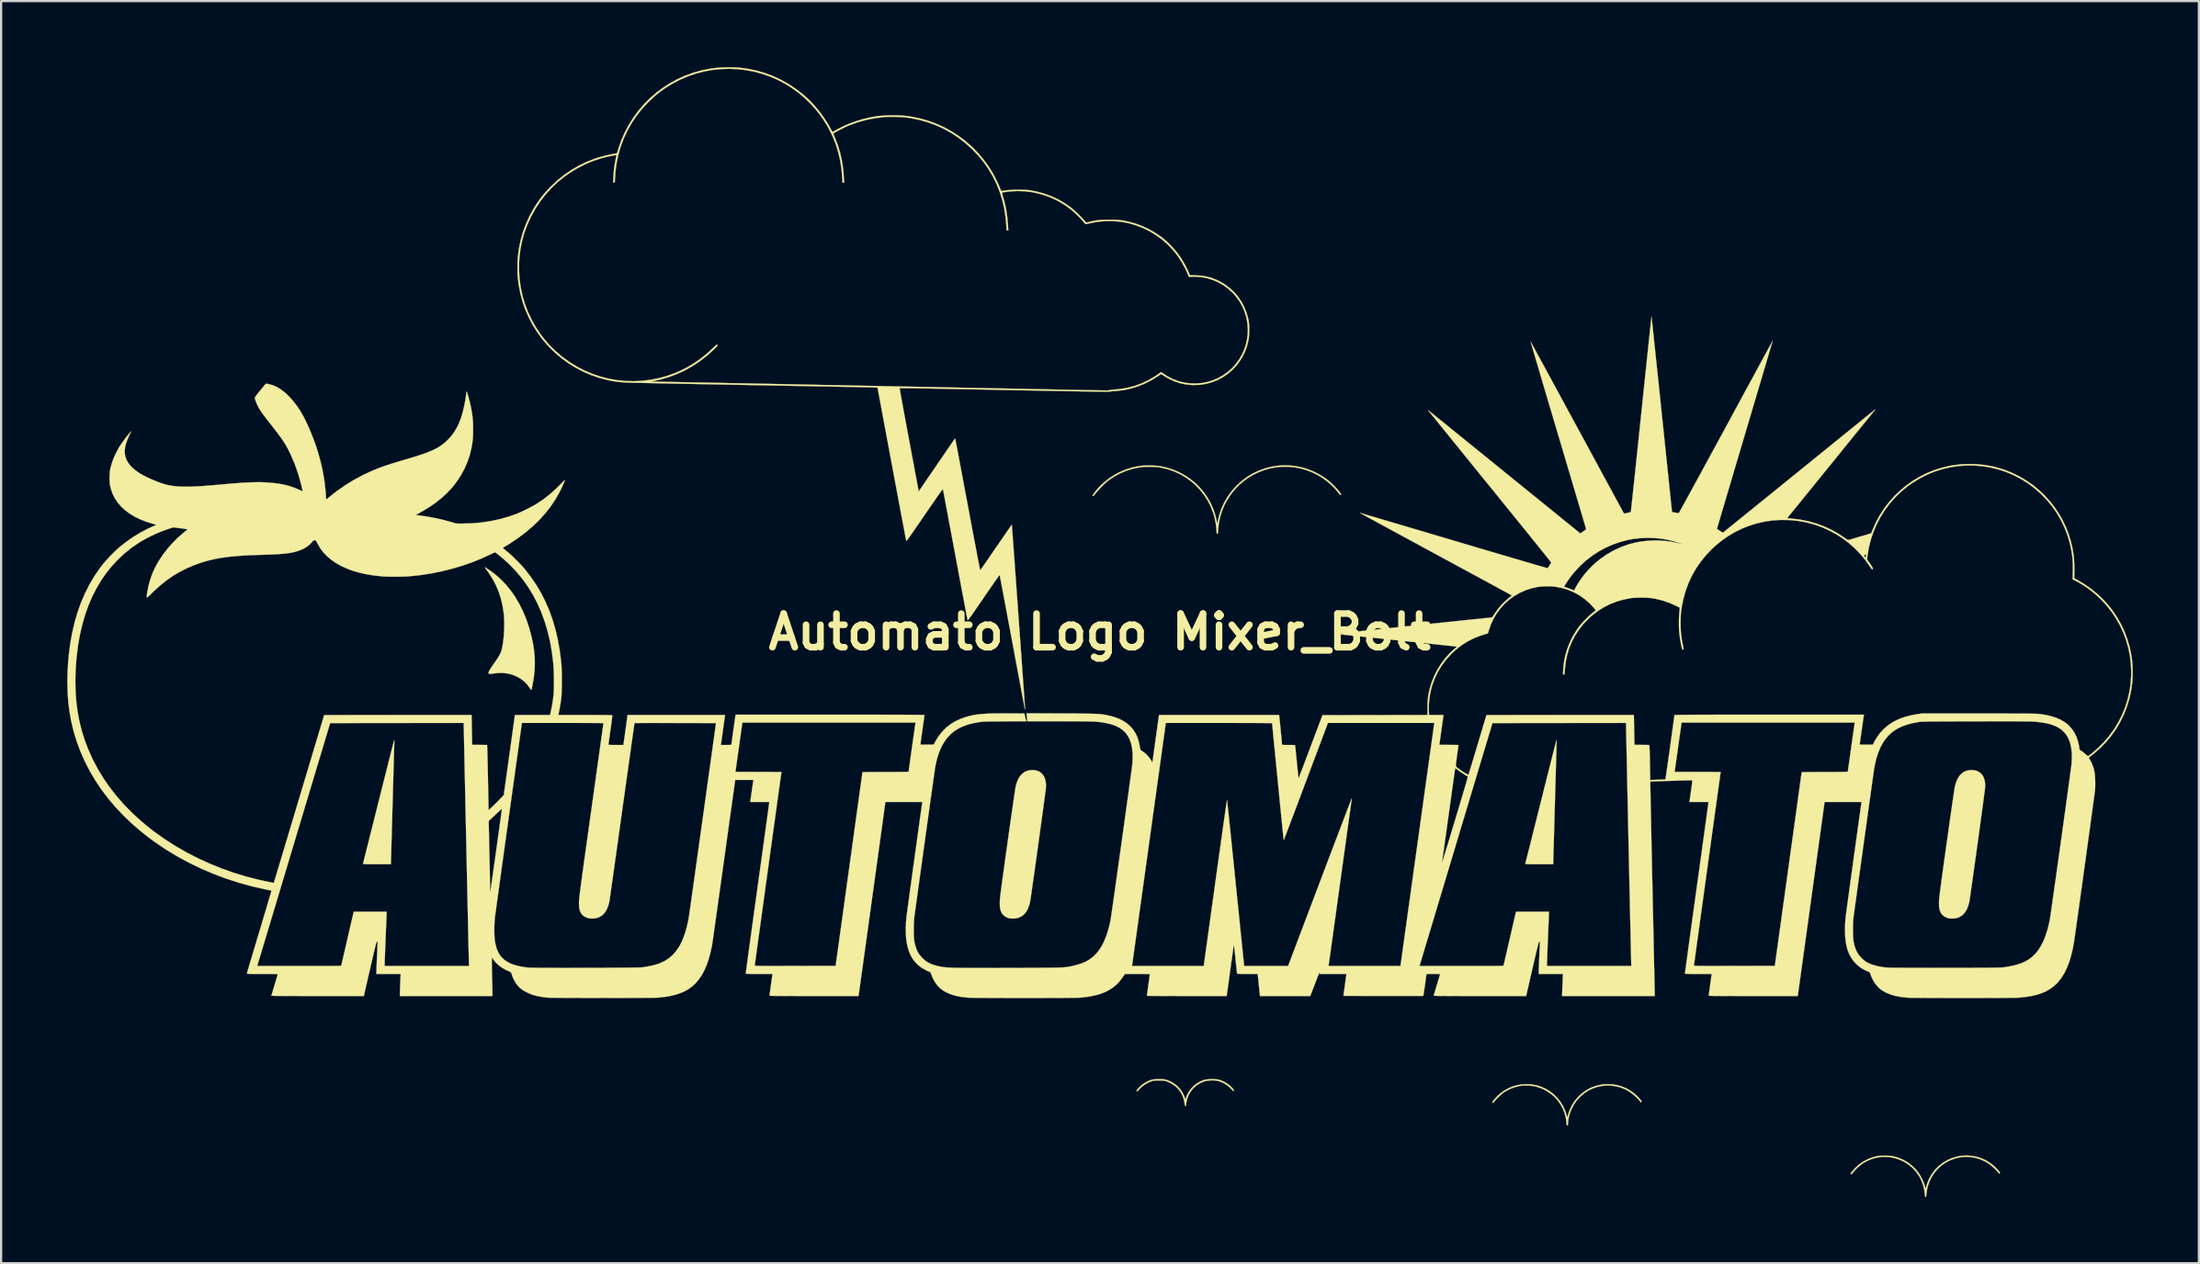
<source format=kicad_pcb>
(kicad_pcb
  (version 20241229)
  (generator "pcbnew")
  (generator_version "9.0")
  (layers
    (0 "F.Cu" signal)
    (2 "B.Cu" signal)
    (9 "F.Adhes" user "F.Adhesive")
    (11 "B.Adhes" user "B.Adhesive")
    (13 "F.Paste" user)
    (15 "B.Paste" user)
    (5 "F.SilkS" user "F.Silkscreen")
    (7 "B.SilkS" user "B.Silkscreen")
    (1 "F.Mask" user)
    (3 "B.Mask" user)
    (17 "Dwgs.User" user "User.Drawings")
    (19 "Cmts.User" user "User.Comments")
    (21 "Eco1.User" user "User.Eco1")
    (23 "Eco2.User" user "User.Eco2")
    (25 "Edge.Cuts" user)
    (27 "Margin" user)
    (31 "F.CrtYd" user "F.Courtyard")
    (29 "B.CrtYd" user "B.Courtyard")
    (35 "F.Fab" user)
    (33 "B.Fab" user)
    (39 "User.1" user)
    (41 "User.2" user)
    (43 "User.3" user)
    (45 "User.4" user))
  (footprint "Automato Logo Mixer_Bolt"
    (layer "F.Cu")
    (at 46.812 25.615)
    (property "Reference" "Automato Logo Mixer_Bolt" (at 0 0 0) (layer "F.SilkS") (effects (font (size 1.524 1.524) (thickness 0.3))))
    (attr through_hole)
    (fp_poly (pts (xy -31.986 4.915) (xy -31.984 4.952) (xy -31.984 5.006) (xy -31.985 5.046) (xy -31.987 5.081) (xy -31.988 5.143) (xy -31.991 5.23) (xy -31.994 5.341) (xy -31.998 5.472) (xy -32.002 5.624) (xy -32.007 5.794) (xy -32.012 5.979) (xy -32.018 6.179) (xy -32.024 6.391) (xy -32.03 6.614) (xy -32.037 6.845) (xy -32.044 7.083) (xy -32.05 7.327) (xy -32.057 7.573) (xy -32.064 7.822) (xy -32.071 8.069) (xy -32.078 8.315) (xy -32.085 8.556) (xy -32.091 8.792) (xy -32.098 9.02) (xy -32.104 9.238) (xy -32.11 9.445) (xy -32.115 9.639) (xy -32.12 9.817) (xy -32.125 9.979) (xy -32.128 10.122) (xy -32.132 10.245) (xy -32.135 10.346) (xy -32.137 10.422) (xy -32.138 10.472) (xy -32.138 10.495) (xy -32.138 10.496) (xy -32.138 10.534) (xy -32.775 10.534) (xy -32.935 10.533) (xy -33.068 10.533) (xy -33.175 10.532) (xy -33.259 10.53) (xy -33.322 10.528) (xy -33.365 10.526) (xy -33.392 10.522) (xy -33.404 10.518) (xy -33.405 10.515) (xy -33.401 10.499) (xy -33.39 10.455) (xy -33.372 10.385) (xy -33.348 10.29) (xy -33.319 10.172) (xy -33.283 10.032) (xy -33.243 9.872) (xy -33.198 9.692) (xy -33.148 9.495) (xy -33.095 9.281) (xy -33.037 9.053) (xy -32.977 8.811) (xy -32.913 8.557) (xy -32.846 8.292) (xy -32.778 8.018) (xy -32.707 7.736) (xy -32.698 7.699) (xy -32.627 7.416) (xy -32.558 7.141) (xy -32.491 6.876) (xy -32.427 6.621) (xy -32.366 6.378) (xy -32.308 6.149) (xy -32.254 5.934) (xy -32.204 5.736) (xy -32.158 5.555) (xy -32.117 5.394) (xy -32.081 5.252) (xy -32.05 5.133) (xy -32.025 5.037) (xy -32.006 4.965) (xy -31.994 4.919) (xy -31.989 4.901) (xy -31.989 4.901) (xy -31.986 4.915)) (stroke (width 0.01) (type solid)) (fill yes) (layer "F.SilkS"))
    (fp_poly (pts (xy 20.712 4.915) (xy 20.713 4.952) (xy 20.713 5.006) (xy 20.712 5.046) (xy 20.711 5.081) (xy 20.709 5.143) (xy 20.707 5.23) (xy 20.703 5.341) (xy 20.7 5.472) (xy 20.695 5.624) (xy 20.691 5.794) (xy 20.685 5.979) (xy 20.68 6.179) (xy 20.674 6.391) (xy 20.667 6.614) (xy 20.661 6.845) (xy 20.654 7.083) (xy 20.647 7.327) (xy 20.64 7.573) (xy 20.633 7.822) (xy 20.626 8.069) (xy 20.619 8.315) (xy 20.613 8.556) (xy 20.606 8.792) (xy 20.6 9.02) (xy 20.594 9.238) (xy 20.588 9.445) (xy 20.582 9.639) (xy 20.577 9.817) (xy 20.573 9.979) (xy 20.569 10.122) (xy 20.566 10.245) (xy 20.563 10.346) (xy 20.561 10.422) (xy 20.56 10.472) (xy 20.559 10.495) (xy 20.559 10.496) (xy 20.559 10.534) (xy 19.922 10.534) (xy 19.762 10.533) (xy 19.629 10.533) (xy 19.522 10.532) (xy 19.439 10.53) (xy 19.376 10.528) (xy 19.332 10.526) (xy 19.306 10.522) (xy 19.293 10.518) (xy 19.292 10.515) (xy 19.296 10.499) (xy 19.308 10.455) (xy 19.325 10.385) (xy 19.349 10.29) (xy 19.379 10.172) (xy 19.414 10.032) (xy 19.455 9.872) (xy 19.5 9.692) (xy 19.549 9.495) (xy 19.603 9.281) (xy 19.66 9.053) (xy 19.721 8.811) (xy 19.785 8.557) (xy 19.851 8.292) (xy 19.92 8.018) (xy 19.99 7.736) (xy 20 7.698) (xy 20.071 7.416) (xy 20.14 7.141) (xy 20.206 6.876) (xy 20.27 6.621) (xy 20.332 6.378) (xy 20.39 6.149) (xy 20.444 5.934) (xy 20.494 5.736) (xy 20.54 5.555) (xy 20.581 5.394) (xy 20.617 5.252) (xy 20.648 5.133) (xy 20.672 5.037) (xy 20.691 4.965) (xy 20.703 4.919) (xy 20.709 4.901) (xy 20.709 4.901) (xy 20.712 4.915)) (stroke (width 0.01) (type solid)) (fill yes) (layer "F.SilkS"))
    (fp_poly (pts (xy -27.863 -2.931) (xy -27.829 -2.911) (xy -27.779 -2.879) (xy -27.718 -2.838) (xy -27.649 -2.79) (xy -27.578 -2.739) (xy -27.509 -2.688) (xy -27.445 -2.639) (xy -27.417 -2.617) (xy -27.16 -2.392) (xy -26.921 -2.143) (xy -26.699 -1.871) (xy -26.495 -1.577) (xy -26.31 -1.26) (xy -26.144 -0.923) (xy -25.997 -0.566) (xy -25.871 -0.189) (xy -25.767 0.194) (xy -25.697 0.522) (xy -25.648 0.834) (xy -25.62 1.136) (xy -25.613 1.434) (xy -25.625 1.733) (xy -25.648 1.965) (xy -25.658 2.04) (xy -25.671 2.128) (xy -25.687 2.221) (xy -25.703 2.316) (xy -25.72 2.407) (xy -25.736 2.488) (xy -25.751 2.555) (xy -25.763 2.602) (xy -25.77 2.623) (xy -25.783 2.624) (xy -25.805 2.6) (xy -25.84 2.549) (xy -25.844 2.543) (xy -25.961 2.382) (xy -26.1 2.24) (xy -26.258 2.119) (xy -26.432 2.019) (xy -26.62 1.942) (xy -26.82 1.888) (xy -27.029 1.86) (xy -27.245 1.858) (xy -27.256 1.859) (xy -27.339 1.865) (xy -27.428 1.874) (xy -27.508 1.885) (xy -27.538 1.89) (xy -27.605 1.899) (xy -27.655 1.902) (xy -27.691 1.895) (xy -27.71 1.877) (xy -27.714 1.847) (xy -27.7 1.802) (xy -27.67 1.741) (xy -27.623 1.662) (xy -27.558 1.564) (xy -27.475 1.444) (xy -27.448 1.404) (xy -27.362 1.282) (xy -27.293 1.178) (xy -27.237 1.088) (xy -27.193 1.007) (xy -27.158 0.931) (xy -27.13 0.855) (xy -27.108 0.774) (xy -27.088 0.682) (xy -27.069 0.576) (xy -27.067 0.56) (xy -27.039 0.36) (xy -27.018 0.143) (xy -27.004 -0.081) (xy -26.999 -0.304) (xy -27.001 -0.52) (xy -27.011 -0.72) (xy -27.022 -0.837) (xy -27.074 -1.181) (xy -27.15 -1.508) (xy -27.251 -1.82) (xy -27.377 -2.121) (xy -27.53 -2.411) (xy -27.711 -2.693) (xy -27.787 -2.798) (xy -27.825 -2.852) (xy -27.856 -2.896) (xy -27.874 -2.926) (xy -27.878 -2.936) (xy -27.863 -2.931)) (stroke (width 0.01) (type solid)) (fill yes) (layer "F.SilkS"))
    (fp_poly (pts (xy -2.868 6.284) (xy -2.751 6.329) (xy -2.651 6.397) (xy -2.569 6.487) (xy -2.506 6.598) (xy -2.463 6.728) (xy -2.441 6.878) (xy -2.44 7.045) (xy -2.443 7.076) (xy -2.45 7.134) (xy -2.461 7.218) (xy -2.475 7.327) (xy -2.492 7.457) (xy -2.512 7.607) (xy -2.534 7.775) (xy -2.559 7.959) (xy -2.586 8.158) (xy -2.615 8.369) (xy -2.645 8.59) (xy -2.677 8.82) (xy -2.709 9.056) (xy -2.742 9.297) (xy -2.776 9.541) (xy -2.81 9.786) (xy -2.844 10.029) (xy -2.877 10.27) (xy -2.91 10.506) (xy -2.942 10.735) (xy -2.973 10.955) (xy -3.003 11.164) (xy -3.031 11.361) (xy -3.057 11.544) (xy -3.08 11.71) (xy -3.102 11.857) (xy -3.12 11.985) (xy -3.136 12.09) (xy -3.148 12.171) (xy -3.157 12.227) (xy -3.162 12.252) (xy -3.211 12.434) (xy -3.276 12.591) (xy -3.357 12.722) (xy -3.452 12.828) (xy -3.563 12.908) (xy -3.69 12.963) (xy -3.832 12.992) (xy -3.949 12.997) (xy -4.012 12.995) (xy -4.072 12.989) (xy -4.113 12.983) (xy -4.214 12.947) (xy -4.308 12.891) (xy -4.388 12.821) (xy -4.446 12.742) (xy -4.451 12.733) (xy -4.484 12.66) (xy -4.507 12.588) (xy -4.522 12.509) (xy -4.53 12.415) (xy -4.533 12.3) (xy -4.533 12.282) (xy -4.532 12.252) (xy -4.531 12.22) (xy -4.53 12.185) (xy -4.527 12.145) (xy -4.523 12.099) (xy -4.518 12.046) (xy -4.511 11.983) (xy -4.502 11.91) (xy -4.492 11.825) (xy -4.479 11.726) (xy -4.465 11.612) (xy -4.447 11.483) (xy -4.428 11.335) (xy -4.405 11.169) (xy -4.379 10.982) (xy -4.35 10.773) (xy -4.318 10.54) (xy -4.282 10.283) (xy -4.243 9.999) (xy -4.199 9.688) (xy -4.186 9.592) (xy -4.148 9.322) (xy -4.111 9.058) (xy -4.075 8.803) (xy -4.04 8.558) (xy -4.007 8.325) (xy -3.975 8.105) (xy -3.946 7.899) (xy -3.918 7.711) (xy -3.894 7.541) (xy -3.871 7.39) (xy -3.852 7.261) (xy -3.836 7.156) (xy -3.824 7.075) (xy -3.815 7.02) (xy -3.81 6.995) (xy -3.756 6.812) (xy -3.688 6.656) (xy -3.606 6.526) (xy -3.51 6.422) (xy -3.4 6.344) (xy -3.276 6.292) (xy -3.137 6.266) (xy -3.002 6.264) (xy -2.868 6.284)) (stroke (width 0.01) (type solid)) (fill yes) (layer "F.SilkS"))
    (fp_poly (pts (xy 39.714 6.284) (xy 39.832 6.329) (xy 39.932 6.397) (xy 40.014 6.487) (xy 40.076 6.598) (xy 40.119 6.728) (xy 40.141 6.878) (xy 40.142 7.045) (xy 40.142 7.045) (xy 40.139 7.076) (xy 40.132 7.134) (xy 40.121 7.219) (xy 40.107 7.327) (xy 40.09 7.457) (xy 40.07 7.607) (xy 40.048 7.775) (xy 40.023 7.959) (xy 39.996 8.158) (xy 39.967 8.369) (xy 39.937 8.59) (xy 39.906 8.82) (xy 39.873 9.056) (xy 39.84 9.298) (xy 39.806 9.541) (xy 39.772 9.786) (xy 39.739 10.03) (xy 39.705 10.27) (xy 39.672 10.506) (xy 39.64 10.735) (xy 39.609 10.955) (xy 39.58 11.165) (xy 39.552 11.362) (xy 39.526 11.544) (xy 39.502 11.71) (xy 39.481 11.858) (xy 39.462 11.985) (xy 39.447 12.09) (xy 39.434 12.171) (xy 39.425 12.227) (xy 39.421 12.252) (xy 39.371 12.434) (xy 39.306 12.591) (xy 39.226 12.722) (xy 39.13 12.828) (xy 39.019 12.908) (xy 38.893 12.963) (xy 38.751 12.992) (xy 38.633 12.997) (xy 38.57 12.995) (xy 38.51 12.989) (xy 38.47 12.983) (xy 38.369 12.947) (xy 38.274 12.891) (xy 38.194 12.821) (xy 38.136 12.742) (xy 38.131 12.733) (xy 38.098 12.66) (xy 38.075 12.588) (xy 38.06 12.509) (xy 38.052 12.415) (xy 38.05 12.3) (xy 38.05 12.282) (xy 38.05 12.252) (xy 38.051 12.22) (xy 38.053 12.185) (xy 38.056 12.145) (xy 38.059 12.099) (xy 38.065 12.046) (xy 38.072 11.983) (xy 38.08 11.91) (xy 38.09 11.825) (xy 38.103 11.726) (xy 38.118 11.613) (xy 38.135 11.483) (xy 38.155 11.336) (xy 38.177 11.169) (xy 38.203 10.982) (xy 38.232 10.773) (xy 38.264 10.541) (xy 38.3 10.283) (xy 38.34 10) (xy 38.383 9.688) (xy 38.397 9.592) (xy 38.434 9.322) (xy 38.472 9.058) (xy 38.508 8.803) (xy 38.542 8.558) (xy 38.576 8.325) (xy 38.607 8.105) (xy 38.637 7.899) (xy 38.664 7.711) (xy 38.689 7.541) (xy 38.711 7.39) (xy 38.73 7.261) (xy 38.746 7.156) (xy 38.759 7.075) (xy 38.768 7.02) (xy 38.772 6.995) (xy 38.827 6.812) (xy 38.894 6.656) (xy 38.976 6.526) (xy 39.072 6.422) (xy 39.182 6.344) (xy 39.306 6.292) (xy 39.445 6.266) (xy 39.58 6.264) (xy 39.714 6.284)) (stroke (width 0.01) (type solid)) (fill yes) (layer "F.SilkS"))
    (fp_poly (pts (xy 23.231 20.516) (xy 23.46 20.553) (xy 23.683 20.618) (xy 23.893 20.708) (xy 24.067 20.809) (xy 24.231 20.927) (xy 24.378 21.059) (xy 24.488 21.18) (xy 24.53 21.234) (xy 24.555 21.269) (xy 24.566 21.292) (xy 24.566 21.307) (xy 24.556 21.319) (xy 24.535 21.334) (xy 24.521 21.325) (xy 24.483 21.273) (xy 24.428 21.208) (xy 24.362 21.137) (xy 24.291 21.067) (xy 24.221 21.004) (xy 24.21 20.994) (xy 24.025 20.858) (xy 23.83 20.748) (xy 23.626 20.664) (xy 23.416 20.607) (xy 23.203 20.575) (xy 22.989 20.569) (xy 22.776 20.588) (xy 22.566 20.631) (xy 22.363 20.7) (xy 22.167 20.793) (xy 21.983 20.91) (xy 21.812 21.051) (xy 21.656 21.215) (xy 21.596 21.29) (xy 21.495 21.442) (xy 21.406 21.607) (xy 21.334 21.779) (xy 21.279 21.952) (xy 21.244 22.121) (xy 21.231 22.279) (xy 21.231 22.283) (xy 21.23 22.337) (xy 21.226 22.366) (xy 21.217 22.379) (xy 21.203 22.382) (xy 21.179 22.37) (xy 21.166 22.335) (xy 21.16 22.288) (xy 21.157 22.234) (xy 21.157 22.229) (xy 21.154 22.189) (xy 21.146 22.129) (xy 21.134 22.059) (xy 21.126 22.018) (xy 21.067 21.799) (xy 20.981 21.592) (xy 20.871 21.398) (xy 20.739 21.219) (xy 20.586 21.058) (xy 20.414 20.917) (xy 20.226 20.796) (xy 20.023 20.699) (xy 19.808 20.627) (xy 19.707 20.603) (xy 19.595 20.586) (xy 19.466 20.574) (xy 19.333 20.57) (xy 19.204 20.573) (xy 19.091 20.583) (xy 19.063 20.587) (xy 18.859 20.634) (xy 18.659 20.704) (xy 18.469 20.793) (xy 18.343 20.868) (xy 18.268 20.923) (xy 18.183 20.995) (xy 18.095 21.076) (xy 18.01 21.159) (xy 17.938 21.238) (xy 17.905 21.279) (xy 17.862 21.33) (xy 17.831 21.354) (xy 17.817 21.356) (xy 17.801 21.346) (xy 17.798 21.331) (xy 17.81 21.305) (xy 17.838 21.264) (xy 17.866 21.227) (xy 18.008 21.065) (xy 18.174 20.917) (xy 18.357 20.788) (xy 18.554 20.681) (xy 18.718 20.613) (xy 18.928 20.553) (xy 19.149 20.519) (xy 19.375 20.509) (xy 19.601 20.525) (xy 19.82 20.566) (xy 19.994 20.619) (xy 20.204 20.711) (xy 20.401 20.829) (xy 20.582 20.969) (xy 20.744 21.13) (xy 20.887 21.309) (xy 21.006 21.504) (xy 21.102 21.712) (xy 21.161 21.896) (xy 21.195 22.024) (xy 21.236 21.881) (xy 21.313 21.659) (xy 21.416 21.451) (xy 21.542 21.258) (xy 21.69 21.083) (xy 21.858 20.927) (xy 22.044 20.793) (xy 22.246 20.682) (xy 22.322 20.648) (xy 22.543 20.573) (xy 22.77 20.526) (xy 23 20.507) (xy 23.231 20.516)) (stroke (width 0.01) (type solid)) (fill yes) (layer "F.SilkS"))
    (fp_poly (pts (xy 5.2 20.284) (xy 5.29 20.289) (xy 5.366 20.299) (xy 5.436 20.316) (xy 5.506 20.341) (xy 5.586 20.377) (xy 5.625 20.395) (xy 5.76 20.471) (xy 5.883 20.561) (xy 5.987 20.658) (xy 6.021 20.698) (xy 6.058 20.744) (xy 6.077 20.773) (xy 6.082 20.791) (xy 6.074 20.803) (xy 6.069 20.807) (xy 6.051 20.815) (xy 6.032 20.807) (xy 6.006 20.778) (xy 6 20.771) (xy 5.884 20.647) (xy 5.748 20.54) (xy 5.599 20.451) (xy 5.442 20.386) (xy 5.298 20.349) (xy 5.187 20.337) (xy 5.064 20.336) (xy 4.937 20.345) (xy 4.819 20.363) (xy 4.729 20.386) (xy 4.557 20.459) (xy 4.401 20.556) (xy 4.263 20.673) (xy 4.145 20.809) (xy 4.05 20.962) (xy 3.978 21.128) (xy 3.932 21.305) (xy 3.92 21.399) (xy 3.913 21.455) (xy 3.905 21.486) (xy 3.893 21.499) (xy 3.884 21.5) (xy 3.87 21.495) (xy 3.86 21.475) (xy 3.853 21.434) (xy 3.848 21.396) (xy 3.816 21.212) (xy 3.756 21.039) (xy 3.672 20.879) (xy 3.564 20.734) (xy 3.434 20.607) (xy 3.285 20.5) (xy 3.116 20.414) (xy 3.041 20.385) (xy 2.993 20.369) (xy 2.952 20.358) (xy 2.91 20.35) (xy 2.861 20.346) (xy 2.798 20.344) (xy 2.714 20.343) (xy 2.682 20.343) (xy 2.591 20.343) (xy 2.523 20.344) (xy 2.471 20.348) (xy 2.428 20.354) (xy 2.388 20.364) (xy 2.343 20.378) (xy 2.313 20.389) (xy 2.145 20.464) (xy 1.987 20.564) (xy 1.845 20.686) (xy 1.751 20.79) (xy 1.722 20.824) (xy 1.703 20.838) (xy 1.688 20.834) (xy 1.681 20.827) (xy 1.672 20.814) (xy 1.674 20.797) (xy 1.688 20.772) (xy 1.719 20.732) (xy 1.741 20.705) (xy 1.857 20.586) (xy 1.996 20.48) (xy 2.144 20.395) (xy 2.23 20.355) (xy 2.304 20.325) (xy 2.373 20.305) (xy 2.446 20.292) (xy 2.529 20.285) (xy 2.631 20.283) (xy 2.682 20.283) (xy 2.777 20.283) (xy 2.85 20.285) (xy 2.906 20.289) (xy 2.953 20.297) (xy 2.998 20.307) (xy 3.033 20.317) (xy 3.211 20.387) (xy 3.373 20.481) (xy 3.519 20.597) (xy 3.645 20.732) (xy 3.749 20.884) (xy 3.829 21.051) (xy 3.842 21.087) (xy 3.862 21.144) (xy 3.876 21.176) (xy 3.885 21.187) (xy 3.893 21.18) (xy 3.896 21.171) (xy 3.93 21.079) (xy 3.957 21.009) (xy 3.981 20.954) (xy 4.005 20.909) (xy 4.03 20.865) (xy 4.038 20.853) (xy 4.142 20.71) (xy 4.255 20.591) (xy 4.384 20.489) (xy 4.515 20.411) (xy 4.608 20.364) (xy 4.693 20.33) (xy 4.777 20.306) (xy 4.868 20.292) (xy 4.974 20.284) (xy 5.087 20.283) (xy 5.2 20.284)) (stroke (width 0.01) (type solid)) (fill yes) (layer "F.SilkS"))
    (fp_poly (pts (xy 39.491 23.754) (xy 39.719 23.792) (xy 39.941 23.859) (xy 40.154 23.952) (xy 40.356 24.072) (xy 40.391 24.097) (xy 40.466 24.155) (xy 40.547 24.225) (xy 40.627 24.3) (xy 40.699 24.374) (xy 40.757 24.441) (xy 40.782 24.473) (xy 40.806 24.511) (xy 40.814 24.534) (xy 40.808 24.551) (xy 40.802 24.557) (xy 40.787 24.568) (xy 40.771 24.562) (xy 40.75 24.536) (xy 40.738 24.52) (xy 40.699 24.472) (xy 40.643 24.41) (xy 40.574 24.342) (xy 40.499 24.272) (xy 40.424 24.206) (xy 40.355 24.15) (xy 40.301 24.11) (xy 40.101 23.995) (xy 39.891 23.907) (xy 39.674 23.845) (xy 39.453 23.811) (xy 39.229 23.805) (xy 39.007 23.827) (xy 38.788 23.876) (xy 38.576 23.954) (xy 38.503 23.987) (xy 38.414 24.033) (xy 38.341 24.074) (xy 38.275 24.116) (xy 38.205 24.168) (xy 38.138 24.221) (xy 37.975 24.371) (xy 37.832 24.542) (xy 37.71 24.731) (xy 37.612 24.934) (xy 37.539 25.149) (xy 37.493 25.373) (xy 37.479 25.493) (xy 37.473 25.557) (xy 37.466 25.597) (xy 37.458 25.617) (xy 37.446 25.624) (xy 37.443 25.624) (xy 37.43 25.62) (xy 37.422 25.604) (xy 37.415 25.571) (xy 37.41 25.515) (xy 37.407 25.484) (xy 37.382 25.295) (xy 37.333 25.1) (xy 37.265 24.91) (xy 37.179 24.732) (xy 37.14 24.665) (xy 37.006 24.478) (xy 36.855 24.313) (xy 36.687 24.17) (xy 36.505 24.05) (xy 36.311 23.954) (xy 36.109 23.881) (xy 35.9 23.832) (xy 35.686 23.808) (xy 35.47 23.809) (xy 35.255 23.837) (xy 35.042 23.89) (xy 34.835 23.971) (xy 34.634 24.078) (xy 34.587 24.109) (xy 34.506 24.169) (xy 34.415 24.245) (xy 34.323 24.33) (xy 34.238 24.417) (xy 34.169 24.497) (xy 34.155 24.514) (xy 34.119 24.561) (xy 34.094 24.586) (xy 34.077 24.595) (xy 34.062 24.59) (xy 34.06 24.588) (xy 34.049 24.577) (xy 34.048 24.562) (xy 34.061 24.537) (xy 34.089 24.498) (xy 34.108 24.473) (xy 34.256 24.303) (xy 34.425 24.152) (xy 34.614 24.021) (xy 34.818 23.912) (xy 35.036 23.828) (xy 35.231 23.777) (xy 35.327 23.762) (xy 35.443 23.753) (xy 35.569 23.749) (xy 35.698 23.751) (xy 35.819 23.758) (xy 35.925 23.77) (xy 35.963 23.777) (xy 36.196 23.842) (xy 36.415 23.932) (xy 36.62 24.048) (xy 36.807 24.186) (xy 36.976 24.347) (xy 37.093 24.487) (xy 37.159 24.584) (xy 37.226 24.697) (xy 37.289 24.817) (xy 37.343 24.937) (xy 37.384 25.047) (xy 37.4 25.101) (xy 37.42 25.173) (xy 37.436 25.222) (xy 37.448 25.245) (xy 37.456 25.243) (xy 37.458 25.222) (xy 37.463 25.188) (xy 37.478 25.132) (xy 37.499 25.064) (xy 37.525 24.988) (xy 37.554 24.911) (xy 37.582 24.842) (xy 37.608 24.786) (xy 37.608 24.785) (xy 37.728 24.58) (xy 37.87 24.393) (xy 38.032 24.228) (xy 38.213 24.084) (xy 38.41 23.964) (xy 38.621 23.868) (xy 38.845 23.798) (xy 39.026 23.763) (xy 39.259 23.744) (xy 39.491 23.754)) (stroke (width 0.01) (type solid)) (fill yes) (layer "F.SilkS"))
    (fp_poly (pts (xy 8.594 -7.554) (xy 8.878 -7.523) (xy 9.161 -7.467) (xy 9.438 -7.383) (xy 9.71 -7.273) (xy 9.974 -7.137) (xy 10.228 -6.973) (xy 10.327 -6.9) (xy 10.402 -6.839) (xy 10.48 -6.769) (xy 10.56 -6.694) (xy 10.639 -6.616) (xy 10.714 -6.538) (xy 10.783 -6.462) (xy 10.842 -6.393) (xy 10.889 -6.332) (xy 10.923 -6.282) (xy 10.939 -6.247) (xy 10.936 -6.229) (xy 10.912 -6.217) (xy 10.906 -6.216) (xy 10.894 -6.227) (xy 10.867 -6.257) (xy 10.832 -6.3) (xy 10.801 -6.339) (xy 10.661 -6.503) (xy 10.498 -6.666) (xy 10.32 -6.821) (xy 10.132 -6.962) (xy 9.943 -7.083) (xy 9.924 -7.094) (xy 9.658 -7.23) (xy 9.385 -7.337) (xy 9.108 -7.417) (xy 8.829 -7.469) (xy 8.548 -7.495) (xy 8.268 -7.495) (xy 7.991 -7.469) (xy 7.718 -7.418) (xy 7.451 -7.342) (xy 7.192 -7.243) (xy 6.943 -7.12) (xy 6.704 -6.975) (xy 6.479 -6.807) (xy 6.268 -6.617) (xy 6.074 -6.406) (xy 5.897 -6.174) (xy 5.741 -5.923) (xy 5.653 -5.752) (xy 5.567 -5.552) (xy 5.493 -5.335) (xy 5.435 -5.11) (xy 5.393 -4.887) (xy 5.37 -4.674) (xy 5.369 -4.65) (xy 5.365 -4.57) (xy 5.36 -4.514) (xy 5.355 -4.479) (xy 5.349 -4.461) (xy 5.339 -4.453) (xy 5.333 -4.452) (xy 5.316 -4.459) (xy 5.306 -4.482) (xy 5.299 -4.529) (xy 5.298 -4.531) (xy 5.293 -4.585) (xy 5.288 -4.654) (xy 5.282 -4.726) (xy 5.282 -4.736) (xy 5.269 -4.855) (xy 5.246 -4.992) (xy 5.216 -5.136) (xy 5.18 -5.279) (xy 5.141 -5.409) (xy 5.033 -5.686) (xy 4.9 -5.949) (xy 4.743 -6.195) (xy 4.565 -6.425) (xy 4.365 -6.637) (xy 4.148 -6.828) (xy 3.913 -6.999) (xy 3.663 -7.147) (xy 3.399 -7.271) (xy 3.122 -7.37) (xy 2.836 -7.443) (xy 2.66 -7.473) (xy 2.567 -7.482) (xy 2.454 -7.488) (xy 2.328 -7.492) (xy 2.197 -7.491) (xy 2.067 -7.488) (xy 1.947 -7.482) (xy 1.844 -7.473) (xy 1.785 -7.465) (xy 1.483 -7.4) (xy 1.194 -7.308) (xy 0.918 -7.192) (xy 0.658 -7.051) (xy 0.416 -6.887) (xy 0.323 -6.814) (xy 0.25 -6.751) (xy 0.166 -6.671) (xy 0.076 -6.581) (xy -0.012 -6.488) (xy -0.094 -6.398) (xy -0.164 -6.317) (xy -0.199 -6.272) (xy -0.247 -6.211) (xy -0.282 -6.176) (xy -0.304 -6.165) (xy -0.307 -6.165) (xy -0.323 -6.175) (xy -0.326 -6.189) (xy -0.314 -6.214) (xy -0.289 -6.253) (xy -0.146 -6.443) (xy 0.023 -6.628) (xy 0.213 -6.803) (xy 0.421 -6.965) (xy 0.641 -7.111) (xy 0.869 -7.236) (xy 0.874 -7.239) (xy 1.157 -7.362) (xy 1.448 -7.455) (xy 1.747 -7.52) (xy 1.823 -7.532) (xy 1.932 -7.544) (xy 2.062 -7.55) (xy 2.206 -7.553) (xy 2.354 -7.551) (xy 2.498 -7.544) (xy 2.63 -7.534) (xy 2.742 -7.52) (xy 2.75 -7.519) (xy 3.047 -7.453) (xy 3.333 -7.361) (xy 3.606 -7.244) (xy 3.864 -7.104) (xy 4.107 -6.94) (xy 4.332 -6.756) (xy 4.539 -6.551) (xy 4.725 -6.328) (xy 4.891 -6.088) (xy 5.034 -5.832) (xy 5.152 -5.561) (xy 5.246 -5.277) (xy 5.293 -5.08) (xy 5.329 -4.908) (xy 5.347 -5.005) (xy 5.419 -5.308) (xy 5.517 -5.597) (xy 5.642 -5.871) (xy 5.792 -6.13) (xy 5.969 -6.375) (xy 6.171 -6.605) (xy 6.221 -6.656) (xy 6.446 -6.859) (xy 6.685 -7.036) (xy 6.936 -7.187) (xy 7.197 -7.313) (xy 7.466 -7.413) (xy 7.743 -7.487) (xy 8.024 -7.536) (xy 8.308 -7.558) (xy 8.594 -7.554)) (stroke (width 0.01) (type solid)) (fill yes) (layer "F.SilkS"))
    (fp_poly (pts (xy -16.672 -25.61) (xy -16.528 -25.606) (xy -16.402 -25.6) (xy -16.331 -25.594) (xy -15.933 -25.54) (xy -15.547 -25.458) (xy -15.17 -25.348) (xy -14.805 -25.211) (xy -14.451 -25.045) (xy -14.108 -24.853) (xy -13.777 -24.632) (xy -13.458 -24.385) (xy -13.28 -24.23) (xy -13.085 -24.04) (xy -12.89 -23.827) (xy -12.702 -23.597) (xy -12.525 -23.356) (xy -12.364 -23.111) (xy -12.224 -22.869) (xy -12.222 -22.864) (xy -12.186 -22.798) (xy -12.155 -22.742) (xy -12.131 -22.702) (xy -12.117 -22.682) (xy -12.116 -22.681) (xy -12.1 -22.688) (xy -12.064 -22.707) (xy -12.014 -22.735) (xy -11.974 -22.758) (xy -11.7 -22.903) (xy -11.405 -23.036) (xy -11.096 -23.152) (xy -10.78 -23.251) (xy -10.464 -23.328) (xy -10.415 -23.338) (xy -10.247 -23.369) (xy -10.094 -23.394) (xy -9.947 -23.412) (xy -9.798 -23.424) (xy -9.638 -23.431) (xy -9.46 -23.434) (xy -9.398 -23.434) (xy -9.233 -23.433) (xy -9.09 -23.43) (xy -8.961 -23.423) (xy -8.839 -23.413) (xy -8.715 -23.399) (xy -8.583 -23.379) (xy -8.509 -23.367) (xy -8.128 -23.288) (xy -7.756 -23.18) (xy -7.394 -23.046) (xy -7.044 -22.886) (xy -6.707 -22.7) (xy -6.384 -22.491) (xy -6.078 -22.258) (xy -5.788 -22.002) (xy -5.518 -21.726) (xy -5.267 -21.429) (xy -5.037 -21.112) (xy -4.911 -20.914) (xy -4.834 -20.781) (xy -4.753 -20.63) (xy -4.674 -20.471) (xy -4.6 -20.314) (xy -4.539 -20.17) (xy -4.536 -20.163) (xy -4.505 -20.09) (xy -4.482 -20.042) (xy -4.464 -20.014) (xy -4.449 -20.002) (xy -4.442 -20.002) (xy -4.417 -20.005) (xy -4.37 -20.012) (xy -4.307 -20.021) (xy -4.243 -20.031) (xy -4.159 -20.041) (xy -4.053 -20.049) (xy -3.93 -20.055) (xy -3.797 -20.058) (xy -3.66 -20.059) (xy -3.527 -20.058) (xy -3.402 -20.055) (xy -3.293 -20.049) (xy -3.207 -20.041) (xy -3.19 -20.038) (xy -2.839 -19.972) (xy -2.503 -19.879) (xy -2.182 -19.761) (xy -1.876 -19.618) (xy -1.586 -19.448) (xy -1.311 -19.254) (xy -1.197 -19.162) (xy -1.13 -19.103) (xy -1.051 -19.028) (xy -0.964 -18.944) (xy -0.877 -18.857) (xy -0.795 -18.771) (xy -0.725 -18.695) (xy -0.678 -18.641) (xy -0.618 -18.568) (xy -0.455 -18.606) (xy -0.334 -18.634) (xy -0.227 -18.655) (xy -0.128 -18.672) (xy -0.031 -18.684) (xy 0.072 -18.691) (xy 0.187 -18.696) (xy 0.32 -18.698) (xy 0.433 -18.699) (xy 0.581 -18.698) (xy 0.705 -18.695) (xy 0.813 -18.69) (xy 0.911 -18.682) (xy 1.006 -18.67) (xy 1.103 -18.654) (xy 1.211 -18.632) (xy 1.285 -18.616) (xy 1.597 -18.533) (xy 1.904 -18.421) (xy 2.205 -18.282) (xy 2.495 -18.118) (xy 2.771 -17.931) (xy 2.884 -17.845) (xy 2.974 -17.769) (xy 3.075 -17.676) (xy 3.18 -17.573) (xy 3.284 -17.465) (xy 3.381 -17.36) (xy 3.463 -17.264) (xy 3.498 -17.22) (xy 3.68 -16.963) (xy 3.839 -16.705) (xy 3.971 -16.448) (xy 4.027 -16.321) (xy 4.084 -16.185) (xy 4.346 -16.177) (xy 4.609 -16.159) (xy 4.855 -16.118) (xy 5.088 -16.055) (xy 5.312 -15.966) (xy 5.532 -15.852) (xy 5.685 -15.756) (xy 5.9 -15.595) (xy 6.095 -15.413) (xy 6.267 -15.212) (xy 6.418 -14.992) (xy 6.544 -14.755) (xy 6.647 -14.501) (xy 6.725 -14.233) (xy 6.748 -14.127) (xy 6.763 -14.026) (xy 6.773 -13.904) (xy 6.777 -13.768) (xy 6.777 -13.627) (xy 6.771 -13.488) (xy 6.761 -13.359) (xy 6.746 -13.248) (xy 6.741 -13.225) (xy 6.674 -12.959) (xy 6.582 -12.708) (xy 6.464 -12.469) (xy 6.357 -12.297) (xy 6.196 -12.082) (xy 6.013 -11.888) (xy 5.812 -11.715) (xy 5.595 -11.565) (xy 5.362 -11.44) (xy 5.117 -11.339) (xy 4.862 -11.265) (xy 4.599 -11.219) (xy 4.477 -11.208) (xy 4.2 -11.202) (xy 3.93 -11.226) (xy 3.669 -11.278) (xy 3.414 -11.359) (xy 3.166 -11.469) (xy 2.924 -11.608) (xy 2.919 -11.612) (xy 2.782 -11.7) (xy 2.597 -11.576) (xy 2.316 -11.405) (xy 2.023 -11.258) (xy 1.721 -11.137) (xy 1.412 -11.042) (xy 1.099 -10.974) (xy 0.786 -10.935) (xy 0.672 -10.928) (xy 0.6 -10.923) (xy 0.536 -10.916) (xy 0.488 -10.909) (xy 0.465 -10.903) (xy 0.455 -10.901) (xy 0.43 -10.9) (xy 0.389 -10.899) (xy 0.333 -10.899) (xy 0.26 -10.899) (xy 0.17 -10.899) (xy 0.061 -10.9) (xy -0.067 -10.901) (xy -0.214 -10.903) (xy -0.382 -10.906) (xy -0.571 -10.909) (xy -0.782 -10.912) (xy -1.015 -10.916) (xy -1.272 -10.92) (xy -1.554 -10.925) (xy -1.86 -10.931) (xy -2.192 -10.937) (xy -2.55 -10.944) (xy -2.936 -10.951) (xy -3.349 -10.959) (xy -3.791 -10.967) (xy -4.069 -10.973) (xy -4.528 -10.981) (xy -4.958 -10.99) (xy -5.36 -10.998) (xy -5.735 -11.005) (xy -6.083 -11.011) (xy -6.407 -11.018) (xy -6.706 -11.023) (xy -6.982 -11.029) (xy -7.236 -11.033) (xy -7.469 -11.038) (xy -7.681 -11.042) (xy -7.873 -11.045) (xy -8.047 -11.048) (xy -8.203 -11.051) (xy -8.342 -11.053) (xy -8.466 -11.055) (xy -8.575 -11.057) (xy -8.67 -11.058) (xy -8.753 -11.06) (xy -8.823 -11.06) (xy -8.882 -11.061) (xy -8.931 -11.061) (xy -8.971 -11.061) (xy -9.003 -11.061) (xy -9.028 -11.061) (xy -9.046 -11.06) (xy -9.059 -11.059) (xy -9.067 -11.058) (xy -9.072 -11.057) (xy -9.074 -11.056) (xy -9.075 -11.056) (xy -9.073 -11.041) (xy -9.066 -10.998) (xy -9.054 -10.928) (xy -9.037 -10.834) (xy -9.016 -10.718) (xy -8.991 -10.579) (xy -8.962 -10.421) (xy -8.93 -10.245) (xy -8.894 -10.052) (xy -8.856 -9.843) (xy -8.815 -9.622) (xy -8.772 -9.388) (xy -8.726 -9.144) (xy -8.679 -8.892) (xy -8.658 -8.778) (xy -8.61 -8.52) (xy -8.563 -8.271) (xy -8.518 -8.03) (xy -8.475 -7.8) (xy -8.434 -7.582) (xy -8.396 -7.378) (xy -8.361 -7.19) (xy -8.329 -7.019) (xy -8.3 -6.867) (xy -8.276 -6.735) (xy -8.255 -6.625) (xy -8.239 -6.539) (xy -8.228 -6.479) (xy -8.222 -6.446) (xy -8.221 -6.44) (xy -8.21 -6.374) (xy -7.398 -7.561) (xy -7.282 -7.73) (xy -7.171 -7.892) (xy -7.065 -8.046) (xy -6.967 -8.189) (xy -6.877 -8.321) (xy -6.796 -8.438) (xy -6.726 -8.54) (xy -6.668 -8.625) (xy -6.622 -8.691) (xy -6.591 -8.736) (xy -6.574 -8.759) (xy -6.573 -8.762) (xy -6.557 -8.771) (xy -6.554 -8.769) (xy -6.551 -8.754) (xy -6.542 -8.711) (xy -6.529 -8.642) (xy -6.51 -8.547) (xy -6.488 -8.428) (xy -6.461 -8.287) (xy -6.43 -8.124) (xy -6.396 -7.942) (xy -6.358 -7.742) (xy -6.317 -7.525) (xy -6.274 -7.292) (xy -6.227 -7.045) (xy -6.179 -6.785) (xy -6.128 -6.514) (xy -6.075 -6.233) (xy -6.021 -5.944) (xy -5.99 -5.778) (xy -5.935 -5.485) (xy -5.882 -5.199) (xy -5.83 -4.922) (xy -5.78 -4.656) (xy -5.732 -4.403) (xy -5.686 -4.162) (xy -5.643 -3.937) (xy -5.603 -3.727) (xy -5.567 -3.536) (xy -5.534 -3.363) (xy -5.504 -3.211) (xy -5.479 -3.08) (xy -5.457 -2.972) (xy -5.441 -2.889) (xy -5.429 -2.832) (xy -5.422 -2.802) (xy -5.421 -2.798) (xy -5.411 -2.81) (xy -5.385 -2.846) (xy -5.345 -2.902) (xy -5.292 -2.978) (xy -5.227 -3.071) (xy -5.152 -3.18) (xy -5.067 -3.303) (xy -4.974 -3.438) (xy -4.874 -3.582) (xy -4.769 -3.736) (xy -4.699 -3.838) (xy -4.591 -3.996) (xy -4.488 -4.146) (xy -4.392 -4.286) (xy -4.302 -4.416) (xy -4.222 -4.533) (xy -4.151 -4.636) (xy -4.091 -4.722) (xy -4.044 -4.79) (xy -4.01 -4.838) (xy -3.992 -4.864) (xy -3.988 -4.869) (xy -3.986 -4.853) (xy -3.983 -4.809) (xy -3.978 -4.738) (xy -3.971 -4.641) (xy -3.962 -4.52) (xy -3.951 -4.377) (xy -3.939 -4.213) (xy -3.926 -4.03) (xy -3.911 -3.828) (xy -3.895 -3.61) (xy -3.878 -3.376) (xy -3.861 -3.129) (xy -3.842 -2.869) (xy -3.822 -2.598) (xy -3.802 -2.318) (xy -3.781 -2.03) (xy -3.76 -1.736) (xy -3.738 -1.436) (xy -3.716 -1.133) (xy -3.695 -0.828) (xy -3.672 -0.522) (xy -3.651 -0.216) (xy -3.629 0.087) (xy -3.607 0.386) (xy -3.586 0.68) (xy -3.565 0.968) (xy -3.545 1.248) (xy -3.526 1.518) (xy -3.508 1.777) (xy -3.49 2.024) (xy -3.473 2.257) (xy -3.458 2.475) (xy -3.443 2.676) (xy -3.43 2.859) (xy -3.419 3.023) (xy -3.409 3.165) (xy -3.4 3.284) (xy -3.394 3.38) (xy -3.389 3.45) (xy -3.386 3.494) (xy -3.385 3.509) (xy -3.392 3.501) (xy -3.397 3.486) (xy -3.4 3.469) (xy -3.409 3.424) (xy -3.423 3.352) (xy -3.441 3.255) (xy -3.464 3.134) (xy -3.491 2.991) (xy -3.522 2.827) (xy -3.556 2.643) (xy -3.594 2.441) (xy -3.635 2.222) (xy -3.679 1.987) (xy -3.726 1.738) (xy -3.775 1.477) (xy -3.826 1.204) (xy -3.878 0.922) (xy -3.933 0.631) (xy -3.968 0.441) (xy -4.023 0.145) (xy -4.077 -0.143) (xy -4.129 -0.421) (xy -4.18 -0.689) (xy -4.228 -0.946) (xy -4.273 -1.188) (xy -4.316 -1.417) (xy -4.356 -1.629) (xy -4.393 -1.823) (xy -4.427 -1.999) (xy -4.456 -2.154) (xy -4.482 -2.288) (xy -4.503 -2.399) (xy -4.52 -2.486) (xy -4.532 -2.547) (xy -4.539 -2.58) (xy -4.541 -2.587) (xy -4.55 -2.577) (xy -4.575 -2.543) (xy -4.615 -2.488) (xy -4.667 -2.414) (xy -4.732 -2.323) (xy -4.807 -2.215) (xy -4.891 -2.094) (xy -4.984 -1.96) (xy -5.083 -1.816) (xy -5.189 -1.663) (xy -5.266 -1.55) (xy -5.393 -1.364) (xy -5.505 -1.2) (xy -5.602 -1.059) (xy -5.686 -0.939) (xy -5.756 -0.837) (xy -5.815 -0.753) (xy -5.864 -0.685) (xy -5.903 -0.631) (xy -5.933 -0.591) (xy -5.956 -0.563) (xy -5.973 -0.545) (xy -5.984 -0.536) (xy -5.991 -0.535) (xy -5.994 -0.539) (xy -5.998 -0.557) (xy -6.007 -0.603) (xy -6.021 -0.676) (xy -6.039 -0.773) (xy -6.062 -0.895) (xy -6.09 -1.039) (xy -6.121 -1.203) (xy -6.155 -1.387) (xy -6.193 -1.59) (xy -6.235 -1.808) (xy -6.279 -2.042) (xy -6.325 -2.29) (xy -6.374 -2.55) (xy -6.424 -2.822) (xy -6.477 -3.102) (xy -6.531 -3.391) (xy -6.552 -3.504) (xy -6.606 -3.795) (xy -6.659 -4.079) (xy -6.711 -4.354) (xy -6.76 -4.619) (xy -6.808 -4.871) (xy -6.853 -5.111) (xy -6.895 -5.336) (xy -6.934 -5.544) (xy -6.97 -5.735) (xy -7.002 -5.907) (xy -7.031 -6.059) (xy -7.056 -6.189) (xy -7.076 -6.296) (xy -7.092 -6.379) (xy -7.103 -6.435) (xy -7.109 -6.464) (xy -7.11 -6.467) (xy -7.113 -6.47) (xy -7.121 -6.467) (xy -7.134 -6.455) (xy -7.152 -6.433) (xy -7.178 -6.401) (xy -7.211 -6.357) (xy -7.253 -6.299) (xy -7.305 -6.226) (xy -7.367 -6.137) (xy -7.442 -6.031) (xy -7.528 -5.905) (xy -7.628 -5.76) (xy -7.743 -5.593) (xy -7.873 -5.404) (xy -7.941 -5.304) (xy -8.083 -5.097) (xy -8.209 -4.914) (xy -8.32 -4.753) (xy -8.417 -4.613) (xy -8.5 -4.494) (xy -8.57 -4.394) (xy -8.629 -4.312) (xy -8.676 -4.247) (xy -8.713 -4.197) (xy -8.74 -4.163) (xy -8.759 -4.141) (xy -8.77 -4.133) (xy -8.773 -4.133) (xy -8.777 -4.15) (xy -8.786 -4.196) (xy -8.8 -4.268) (xy -8.818 -4.365) (xy -8.841 -4.487) (xy -8.869 -4.631) (xy -8.9 -4.797) (xy -8.935 -4.984) (xy -8.974 -5.189) (xy -9.016 -5.412) (xy -9.061 -5.652) (xy -9.109 -5.906) (xy -9.159 -6.175) (xy -9.212 -6.456) (xy -9.267 -6.748) (xy -9.323 -7.051) (xy -9.381 -7.362) (xy -9.43 -7.622) (xy -10.076 -11.084) (xy -10.286 -11.092) (xy -10.317 -11.093) (xy -10.377 -11.095) (xy -10.464 -11.097) (xy -10.577 -11.099) (xy -10.716 -11.102) (xy -10.88 -11.106) (xy -11.066 -11.109) (xy -11.274 -11.114) (xy -11.503 -11.118) (xy -11.752 -11.123) (xy -12.02 -11.128) (xy -12.304 -11.134) (xy -12.606 -11.14) (xy -12.922 -11.146) (xy -13.252 -11.152) (xy -13.596 -11.159) (xy -13.951 -11.165) (xy -14.316 -11.172) (xy -14.692 -11.179) (xy -15.075 -11.187) (xy -15.466 -11.194) (xy -15.696 -11.198) (xy -16.093 -11.206) (xy -16.484 -11.213) (xy -16.869 -11.22) (xy -17.245 -11.227) (xy -17.613 -11.235) (xy -17.97 -11.241) (xy -18.316 -11.248) (xy -18.649 -11.255) (xy -18.969 -11.261) (xy -19.273 -11.267) (xy -19.561 -11.272) (xy -19.832 -11.278) (xy -20.084 -11.283) (xy -20.316 -11.288) (xy -20.527 -11.292) (xy -20.716 -11.296) (xy -20.882 -11.3) (xy -21.023 -11.303) (xy -21.138 -11.305) (xy -21.227 -11.308) (xy -21.287 -11.309) (xy -21.306 -11.31) (xy -21.507 -11.319) (xy -21.686 -11.331) (xy -21.848 -11.346) (xy -22 -11.367) (xy -22.15 -11.392) (xy -22.303 -11.424) (xy -22.307 -11.425) (xy -22.686 -11.524) (xy -23.055 -11.651) (xy -23.413 -11.805) (xy -23.758 -11.984) (xy -24.088 -12.189) (xy -24.403 -12.417) (xy -24.699 -12.667) (xy -24.977 -12.94) (xy -25.234 -13.233) (xy -25.262 -13.268) (xy -25.499 -13.588) (xy -25.708 -13.922) (xy -25.891 -14.268) (xy -26.047 -14.626) (xy -26.175 -14.995) (xy -26.275 -15.376) (xy -26.348 -15.768) (xy -26.386 -16.084) (xy -26.393 -16.186) (xy -26.398 -16.309) (xy -26.399 -16.399) (xy -26.33 -16.399) (xy -26.306 -16.009) (xy -26.253 -15.624) (xy -26.172 -15.247) (xy -26.062 -14.877) (xy -25.925 -14.516) (xy -25.76 -14.166) (xy -25.569 -13.828) (xy -25.352 -13.503) (xy -25.213 -13.32) (xy -24.962 -13.028) (xy -24.688 -12.755) (xy -24.391 -12.5) (xy -24.071 -12.265) (xy -24.018 -12.229) (xy -23.687 -12.027) (xy -23.345 -11.852) (xy -22.993 -11.704) (xy -22.632 -11.583) (xy -22.265 -11.489) (xy -21.892 -11.423) (xy -21.516 -11.384) (xy -21.138 -11.374) (xy -20.759 -11.391) (xy -20.381 -11.436) (xy -20.005 -11.509) (xy -19.634 -11.61) (xy -19.269 -11.74) (xy -19.033 -11.84) (xy -18.705 -12.005) (xy -18.385 -12.197) (xy -18.077 -12.413) (xy -17.784 -12.651) (xy -17.56 -12.858) (xy -17.491 -12.925) (xy -17.44 -12.974) (xy -17.403 -13.005) (xy -17.377 -13.024) (xy -17.359 -13.03) (xy -17.345 -13.028) (xy -17.344 -13.027) (xy -17.331 -13.017) (xy -17.326 -13.004) (xy -17.334 -12.985) (xy -17.355 -12.957) (xy -17.392 -12.917) (xy -17.447 -12.862) (xy -17.506 -12.804) (xy -17.808 -12.532) (xy -18.124 -12.286) (xy -18.454 -12.066) (xy -18.796 -11.874) (xy -19.15 -11.708) (xy -19.515 -11.57) (xy -19.892 -11.459) (xy -20.193 -11.392) (xy -20.372 -11.358) (xy -20.208 -11.356) (xy -20.184 -11.355) (xy -20.131 -11.354) (xy -20.05 -11.353) (xy -19.941 -11.35) (xy -19.806 -11.348) (xy -19.644 -11.345) (xy -19.458 -11.341) (xy -19.247 -11.337) (xy -19.013 -11.332) (xy -18.755 -11.327) (xy -18.476 -11.322) (xy -18.176 -11.316) (xy -17.855 -11.31) (xy -17.514 -11.303) (xy -17.155 -11.296) (xy -16.777 -11.288) (xy -16.382 -11.281) (xy -15.971 -11.273) (xy -15.544 -11.264) (xy -15.102 -11.256) (xy -14.646 -11.247) (xy -14.177 -11.237) (xy -13.695 -11.228) (xy -13.202 -11.218) (xy -12.697 -11.208) (xy -12.182 -11.198) (xy -11.658 -11.188) (xy -11.125 -11.177) (xy -10.584 -11.166) (xy -10.037 -11.156) (xy -9.981 -11.154) (xy -9.311 -11.141) (xy -8.67 -11.129) (xy -8.058 -11.116) (xy -7.474 -11.105) (xy -6.917 -11.094) (xy -6.386 -11.083) (xy -5.882 -11.073) (xy -5.403 -11.064) (xy -4.949 -11.055) (xy -4.519 -11.047) (xy -4.112 -11.039) (xy -3.728 -11.031) (xy -3.366 -11.024) (xy -3.025 -11.017) (xy -2.705 -11.011) (xy -2.406 -11.005) (xy -2.126 -11) (xy -1.865 -10.994) (xy -1.622 -10.99) (xy -1.397 -10.985) (xy -1.188 -10.981) (xy -0.996 -10.978) (xy -0.819 -10.974) (xy -0.658 -10.971) (xy -0.511 -10.969) (xy -0.377 -10.966) (xy -0.257 -10.964) (xy -0.149 -10.962) (xy -0.052 -10.961) (xy 0.033 -10.959) (xy 0.108 -10.958) (xy 0.173 -10.957) (xy 0.228 -10.957) (xy 0.276 -10.956) (xy 0.315 -10.956) (xy 0.347 -10.956) (xy 0.373 -10.956) (xy 0.393 -10.956) (xy 0.407 -10.956) (xy 0.417 -10.956) (xy 0.423 -10.957) (xy 0.425 -10.958) (xy 0.425 -10.958) (xy 0.423 -10.959) (xy 0.419 -10.96) (xy 0.415 -10.961) (xy 0.411 -10.962) (xy 0.407 -10.963) (xy 0.404 -10.964) (xy 0.403 -10.965) (xy 0.417 -10.97) (xy 0.456 -10.977) (xy 0.513 -10.982) (xy 0.583 -10.988) (xy 0.594 -10.988) (xy 0.941 -11.021) (xy 1.274 -11.08) (xy 1.594 -11.165) (xy 1.902 -11.278) (xy 2.2 -11.418) (xy 2.489 -11.586) (xy 2.667 -11.707) (xy 2.783 -11.79) (xy 2.837 -11.751) (xy 3.067 -11.599) (xy 3.306 -11.476) (xy 3.553 -11.381) (xy 3.809 -11.315) (xy 4.071 -11.278) (xy 4.341 -11.27) (xy 4.393 -11.271) (xy 4.644 -11.294) (xy 4.882 -11.339) (xy 5.111 -11.409) (xy 5.339 -11.505) (xy 5.371 -11.521) (xy 5.602 -11.651) (xy 5.812 -11.802) (xy 6.003 -11.972) (xy 6.172 -12.16) (xy 6.32 -12.362) (xy 6.445 -12.578) (xy 6.547 -12.805) (xy 6.626 -13.041) (xy 6.68 -13.284) (xy 6.71 -13.532) (xy 6.713 -13.783) (xy 6.69 -14.036) (xy 6.641 -14.288) (xy 6.563 -14.537) (xy 6.47 -14.754) (xy 6.341 -14.985) (xy 6.189 -15.199) (xy 6.016 -15.395) (xy 5.822 -15.57) (xy 5.611 -15.724) (xy 5.384 -15.854) (xy 5.143 -15.96) (xy 4.89 -16.041) (xy 4.801 -16.061) (xy 4.677 -16.084) (xy 4.54 -16.101) (xy 4.402 -16.112) (xy 4.273 -16.116) (xy 4.175 -16.113) (xy 4.04 -16.103) (xy 3.998 -16.213) (xy 3.974 -16.271) (xy 3.941 -16.346) (xy 3.903 -16.427) (xy 3.869 -16.498) (xy 3.707 -16.794) (xy 3.521 -17.072) (xy 3.314 -17.331) (xy 3.085 -17.571) (xy 2.838 -17.79) (xy 2.572 -17.986) (xy 2.291 -18.159) (xy 1.994 -18.308) (xy 1.684 -18.432) (xy 1.362 -18.528) (xy 1.246 -18.556) (xy 0.968 -18.605) (xy 0.677 -18.632) (xy 0.38 -18.639) (xy 0.085 -18.624) (xy -0.202 -18.588) (xy -0.411 -18.547) (xy -0.481 -18.531) (xy -0.544 -18.517) (xy -0.591 -18.506) (xy -0.614 -18.502) (xy -0.634 -18.501) (xy -0.655 -18.511) (xy -0.682 -18.535) (xy -0.719 -18.578) (xy -0.74 -18.604) (xy -0.812 -18.688) (xy -0.901 -18.784) (xy -1 -18.885) (xy -1.104 -18.985) (xy -1.204 -19.076) (xy -1.295 -19.154) (xy -1.3 -19.157) (xy -1.566 -19.352) (xy -1.848 -19.523) (xy -2.141 -19.669) (xy -2.446 -19.789) (xy -2.758 -19.883) (xy -3.075 -19.951) (xy -3.396 -19.99) (xy -3.717 -20.001) (xy -3.928 -19.993) (xy -4.022 -19.985) (xy -4.117 -19.976) (xy -4.208 -19.966) (xy -4.29 -19.955) (xy -4.358 -19.945) (xy -4.407 -19.935) (xy -4.431 -19.927) (xy -4.433 -19.926) (xy -4.432 -19.91) (xy -4.423 -19.872) (xy -4.408 -19.817) (xy -4.395 -19.772) (xy -4.306 -19.449) (xy -4.238 -19.125) (xy -4.191 -18.794) (xy -4.162 -18.447) (xy -4.16 -18.411) (xy -4.149 -18.213) (xy -4.224 -18.213) (xy -4.234 -18.411) (xy -4.27 -18.818) (xy -4.332 -19.214) (xy -4.422 -19.597) (xy -4.538 -19.967) (xy -4.681 -20.324) (xy -4.851 -20.668) (xy -5.046 -20.998) (xy -5.269 -21.315) (xy -5.517 -21.616) (xy -5.791 -21.903) (xy -5.792 -21.904) (xy -6.088 -22.171) (xy -6.397 -22.412) (xy -6.721 -22.627) (xy -7.058 -22.815) (xy -7.409 -22.977) (xy -7.774 -23.112) (xy -8.151 -23.22) (xy -8.541 -23.301) (xy -8.741 -23.331) (xy -8.848 -23.343) (xy -8.978 -23.352) (xy -9.123 -23.359) (xy -9.274 -23.363) (xy -9.426 -23.365) (xy -9.569 -23.364) (xy -9.698 -23.36) (xy -9.779 -23.354) (xy -10.175 -23.307) (xy -10.565 -23.231) (xy -10.946 -23.128) (xy -11.317 -22.997) (xy -11.385 -22.97) (xy -11.447 -22.943) (xy -11.523 -22.907) (xy -11.609 -22.866) (xy -11.698 -22.821) (xy -11.787 -22.776) (xy -11.871 -22.732) (xy -11.944 -22.693) (xy -12.001 -22.66) (xy -12.038 -22.637) (xy -12.045 -22.632) (xy -12.085 -22.599) (xy -12.01 -22.427) (xy -11.877 -22.084) (xy -11.769 -21.726) (xy -11.687 -21.354) (xy -11.63 -20.969) (xy -11.6 -20.593) (xy -11.59 -20.38) (xy -11.665 -20.38) (xy -11.675 -20.593) (xy -11.708 -20.995) (xy -11.769 -21.385) (xy -11.857 -21.763) (xy -11.972 -22.131) (xy -12.116 -22.488) (xy -12.287 -22.835) (xy -12.392 -23.021) (xy -12.599 -23.339) (xy -12.83 -23.644) (xy -13.085 -23.932) (xy -13.359 -24.201) (xy -13.652 -24.45) (xy -13.961 -24.675) (xy -14.261 -24.863) (xy -14.602 -25.042) (xy -14.954 -25.194) (xy -15.314 -25.319) (xy -15.682 -25.417) (xy -16.055 -25.487) (xy -16.431 -25.53) (xy -16.809 -25.545) (xy -17.187 -25.532) (xy -17.563 -25.493) (xy -17.936 -25.425) (xy -18.304 -25.33) (xy -18.665 -25.206) (xy -19.017 -25.055) (xy -19.048 -25.041) (xy -19.353 -24.882) (xy -19.636 -24.713) (xy -19.901 -24.529) (xy -20.154 -24.325) (xy -20.402 -24.099) (xy -20.515 -23.986) (xy -20.781 -23.693) (xy -21.021 -23.385) (xy -21.235 -23.063) (xy -21.423 -22.727) (xy -21.585 -22.378) (xy -21.72 -22.016) (xy -21.827 -21.644) (xy -21.907 -21.261) (xy -21.96 -20.869) (xy -21.983 -20.499) (xy -21.985 -20.442) (xy -21.989 -20.408) (xy -21.998 -20.391) (xy -22.012 -20.384) (xy -22.022 -20.382) (xy -22.058 -20.377) (xy -22.049 -20.621) (xy -22.044 -20.722) (xy -22.037 -20.83) (xy -22.028 -20.934) (xy -22.019 -21.023) (xy -22.016 -21.045) (xy -22.006 -21.116) (xy -21.993 -21.199) (xy -21.978 -21.287) (xy -21.962 -21.375) (xy -21.947 -21.458) (xy -21.932 -21.529) (xy -21.92 -21.585) (xy -21.911 -21.618) (xy -21.908 -21.625) (xy -21.917 -21.629) (xy -21.951 -21.628) (xy -22.005 -21.62) (xy -22.076 -21.608) (xy -22.159 -21.592) (xy -22.25 -21.573) (xy -22.345 -21.552) (xy -22.439 -21.529) (xy -22.529 -21.506) (xy -22.584 -21.491) (xy -22.956 -21.37) (xy -23.315 -21.222) (xy -23.66 -21.048) (xy -23.99 -20.85) (xy -24.304 -20.629) (xy -24.6 -20.385) (xy -24.877 -20.119) (xy -25.134 -19.833) (xy -25.37 -19.527) (xy -25.584 -19.203) (xy -25.774 -18.861) (xy -25.803 -18.803) (xy -25.96 -18.454) (xy -26.089 -18.104) (xy -26.189 -17.748) (xy -26.263 -17.385) (xy -26.31 -17.01) (xy -26.325 -16.792) (xy -26.33 -16.399) (xy -26.399 -16.399) (xy -26.4 -16.446) (xy -26.4 -16.589) (xy -26.398 -16.728) (xy -26.394 -16.857) (xy -26.387 -16.967) (xy -26.386 -16.988) (xy -26.336 -17.376) (xy -26.259 -17.758) (xy -26.154 -18.133) (xy -26.021 -18.497) (xy -25.863 -18.849) (xy -25.679 -19.187) (xy -25.626 -19.274) (xy -25.484 -19.492) (xy -25.341 -19.691) (xy -25.19 -19.879) (xy -25.024 -20.065) (xy -24.877 -20.216) (xy -24.586 -20.488) (xy -24.278 -20.735) (xy -23.954 -20.956) (xy -23.616 -21.152) (xy -23.264 -21.322) (xy -22.898 -21.465) (xy -22.853 -21.481) (xy -22.662 -21.54) (xy -22.461 -21.595) (xy -22.261 -21.643) (xy -22.079 -21.678) (xy -21.998 -21.692) (xy -21.941 -21.703) (xy -21.905 -21.713) (xy -21.884 -21.723) (xy -21.876 -21.734) (xy -21.874 -21.746) (xy -21.87 -21.767) (xy -21.858 -21.811) (xy -21.841 -21.869) (xy -21.824 -21.928) (xy -21.693 -22.299) (xy -21.536 -22.658) (xy -21.353 -23.003) (xy -21.146 -23.333) (xy -20.914 -23.646) (xy -20.66 -23.942) (xy -20.384 -24.219) (xy -20.087 -24.475) (xy -19.819 -24.675) (xy -19.489 -24.889) (xy -19.145 -25.076) (xy -18.788 -25.236) (xy -18.42 -25.369) (xy -18.043 -25.474) (xy -17.658 -25.55) (xy -17.383 -25.587) (xy -17.267 -25.597) (xy -17.13 -25.604) (xy -16.98 -25.608) (xy -16.825 -25.61) (xy -16.672 -25.61)) (stroke (width 0.01) (type solid)) (fill yes) (layer "F.SilkS"))
    (fp_poly (pts (xy 25.017 -14.293) (xy 25.022 -14.25) (xy 25.03 -14.18) (xy 25.04 -14.083) (xy 25.053 -13.962) (xy 25.069 -13.816) (xy 25.086 -13.647) (xy 25.107 -13.457) (xy 25.129 -13.246) (xy 25.153 -13.016) (xy 25.179 -12.768) (xy 25.207 -12.503) (xy 25.237 -12.222) (xy 25.268 -11.926) (xy 25.3 -11.616) (xy 25.334 -11.294) (xy 25.369 -10.96) (xy 25.405 -10.617) (xy 25.442 -10.264) (xy 25.479 -9.904) (xy 25.482 -9.876) (xy 25.945 -5.441) (xy 26.087 -5.415) (xy 26.15 -5.404) (xy 26.202 -5.393) (xy 26.237 -5.386) (xy 26.245 -5.384) (xy 26.254 -5.396) (xy 26.276 -5.434) (xy 26.311 -5.496) (xy 26.358 -5.581) (xy 26.418 -5.689) (xy 26.489 -5.817) (xy 26.571 -5.966) (xy 26.663 -6.134) (xy 26.765 -6.32) (xy 26.876 -6.523) (xy 26.996 -6.743) (xy 27.124 -6.977) (xy 27.26 -7.226) (xy 27.402 -7.487) (xy 27.551 -7.761) (xy 27.706 -8.046) (xy 27.866 -8.34) (xy 28.031 -8.644) (xy 28.2 -8.955) (xy 28.373 -9.274) (xy 28.382 -9.291) (xy 28.555 -9.61) (xy 28.724 -9.922) (xy 28.889 -10.226) (xy 29.049 -10.521) (xy 29.203 -10.807) (xy 29.352 -11.081) (xy 29.495 -11.343) (xy 29.63 -11.593) (xy 29.758 -11.828) (xy 29.877 -12.048) (xy 29.988 -12.253) (xy 30.09 -12.44) (xy 30.182 -12.609) (xy 30.264 -12.759) (xy 30.335 -12.889) (xy 30.394 -12.998) (xy 30.441 -13.085) (xy 30.476 -13.148) (xy 30.498 -13.187) (xy 30.506 -13.202) (xy 30.506 -13.202) (xy 30.502 -13.187) (xy 30.49 -13.145) (xy 30.47 -13.077) (xy 30.442 -12.983) (xy 30.408 -12.866) (xy 30.366 -12.725) (xy 30.318 -12.562) (xy 30.264 -12.378) (xy 30.204 -12.175) (xy 30.138 -11.953) (xy 30.067 -11.714) (xy 29.991 -11.458) (xy 29.911 -11.187) (xy 29.827 -10.902) (xy 29.738 -10.604) (xy 29.646 -10.294) (xy 29.551 -9.973) (xy 29.453 -9.643) (xy 29.352 -9.304) (xy 29.254 -8.971) (xy 29.151 -8.625) (xy 29.05 -8.285) (xy 28.952 -7.955) (xy 28.856 -7.633) (xy 28.764 -7.322) (xy 28.676 -7.023) (xy 28.591 -6.737) (xy 28.51 -6.465) (xy 28.434 -6.209) (xy 28.363 -5.968) (xy 28.297 -5.745) (xy 28.236 -5.54) (xy 28.182 -5.355) (xy 28.133 -5.191) (xy 28.091 -5.049) (xy 28.056 -4.93) (xy 28.028 -4.835) (xy 28.008 -4.765) (xy 27.995 -4.722) (xy 27.991 -4.706) (xy 27.991 -4.688) (xy 27.999 -4.67) (xy 28.022 -4.649) (xy 28.062 -4.62) (xy 28.114 -4.587) (xy 28.169 -4.553) (xy 28.215 -4.527) (xy 28.246 -4.511) (xy 28.256 -4.509) (xy 28.269 -4.518) (xy 28.304 -4.546) (xy 28.36 -4.591) (xy 28.436 -4.653) (xy 28.533 -4.73) (xy 28.648 -4.823) (xy 28.78 -4.93) (xy 28.93 -5.051) (xy 29.095 -5.185) (xy 29.276 -5.331) (xy 29.47 -5.488) (xy 29.678 -5.656) (xy 29.898 -5.835) (xy 30.13 -6.022) (xy 30.372 -6.218) (xy 30.624 -6.422) (xy 30.884 -6.633) (xy 31.152 -6.851) (xy 31.427 -7.073) (xy 31.702 -7.296) (xy 31.983 -7.524) (xy 32.258 -7.747) (xy 32.526 -7.964) (xy 32.786 -8.175) (xy 33.038 -8.379) (xy 33.28 -8.576) (xy 33.512 -8.763) (xy 33.732 -8.942) (xy 33.94 -9.11) (xy 34.135 -9.268) (xy 34.316 -9.414) (xy 34.482 -9.548) (xy 34.631 -9.669) (xy 34.764 -9.777) (xy 34.879 -9.87) (xy 34.976 -9.948) (xy 35.053 -10.01) (xy 35.109 -10.055) (xy 35.144 -10.083) (xy 35.156 -10.093) (xy 35.157 -10.088) (xy 35.142 -10.065) (xy 35.113 -10.027) (xy 35.087 -9.995) (xy 35.068 -9.972) (xy 35.032 -9.928) (xy 34.979 -9.862) (xy 34.91 -9.777) (xy 34.825 -9.673) (xy 34.727 -9.552) (xy 34.615 -9.415) (xy 34.491 -9.262) (xy 34.356 -9.095) (xy 34.211 -8.916) (xy 34.056 -8.725) (xy 33.892 -8.524) (xy 33.721 -8.313) (xy 33.544 -8.094) (xy 33.361 -7.868) (xy 33.173 -7.637) (xy 33.081 -7.523) (xy 31.166 -5.162) (xy 31.379 -5.143) (xy 31.764 -5.095) (xy 32.137 -5.02) (xy 32.499 -4.916) (xy 32.85 -4.786) (xy 33.188 -4.628) (xy 33.515 -4.442) (xy 33.794 -4.255) (xy 33.858 -4.211) (xy 33.904 -4.184) (xy 33.935 -4.173) (xy 33.951 -4.174) (xy 33.973 -4.18) (xy 34.019 -4.194) (xy 34.088 -4.213) (xy 34.174 -4.239) (xy 34.275 -4.268) (xy 34.387 -4.301) (xy 34.48 -4.329) (xy 34.976 -4.475) (xy 35.038 -4.632) (xy 35.189 -4.971) (xy 35.364 -5.295) (xy 35.563 -5.602) (xy 35.784 -5.892) (xy 36.026 -6.164) (xy 36.287 -6.415) (xy 36.566 -6.646) (xy 36.862 -6.856) (xy 37.173 -7.042) (xy 37.498 -7.204) (xy 37.836 -7.342) (xy 38.186 -7.453) (xy 38.545 -7.537) (xy 38.668 -7.558) (xy 39.025 -7.603) (xy 39.388 -7.62) (xy 39.752 -7.611) (xy 40.113 -7.575) (xy 40.466 -7.513) (xy 40.642 -7.471) (xy 40.997 -7.364) (xy 41.341 -7.229) (xy 41.673 -7.069) (xy 41.99 -6.884) (xy 42.292 -6.676) (xy 42.576 -6.445) (xy 42.842 -6.193) (xy 43.088 -5.921) (xy 43.312 -5.63) (xy 43.514 -5.322) (xy 43.654 -5.071) (xy 43.799 -4.769) (xy 43.918 -4.469) (xy 44.015 -4.164) (xy 44.091 -3.85) (xy 44.148 -3.518) (xy 44.16 -3.429) (xy 44.167 -3.359) (xy 44.173 -3.272) (xy 44.178 -3.171) (xy 44.183 -3.061) (xy 44.186 -2.948) (xy 44.188 -2.837) (xy 44.188 -2.732) (xy 44.187 -2.638) (xy 44.185 -2.561) (xy 44.181 -2.505) (xy 44.177 -2.48) (xy 44.175 -2.464) (xy 44.18 -2.449) (xy 44.197 -2.432) (xy 44.23 -2.411) (xy 44.282 -2.381) (xy 44.334 -2.353) (xy 44.646 -2.168) (xy 44.947 -1.957) (xy 45.232 -1.724) (xy 45.498 -1.47) (xy 45.743 -1.198) (xy 45.91 -0.986) (xy 46.12 -0.677) (xy 46.303 -0.353) (xy 46.461 -0.016) (xy 46.592 0.333) (xy 46.696 0.693) (xy 46.772 1.064) (xy 46.804 1.292) (xy 46.814 1.402) (xy 46.822 1.531) (xy 46.827 1.675) (xy 46.829 1.823) (xy 46.828 1.97) (xy 46.825 2.108) (xy 46.818 2.229) (xy 46.812 2.301) (xy 46.756 2.683) (xy 46.672 3.055) (xy 46.561 3.414) (xy 46.423 3.76) (xy 46.26 4.093) (xy 46.071 4.411) (xy 45.857 4.714) (xy 45.619 5) (xy 45.356 5.269) (xy 45.07 5.52) (xy 44.877 5.67) (xy 44.836 5.7) (xy 44.91 5.822) (xy 44.975 5.949) (xy 45.033 6.096) (xy 45.079 6.255) (xy 45.101 6.358) (xy 45.114 6.451) (xy 45.124 6.566) (xy 45.131 6.695) (xy 45.134 6.83) (xy 45.134 6.963) (xy 45.13 7.086) (xy 45.124 7.168) (xy 45.121 7.196) (xy 45.114 7.252) (xy 45.103 7.334) (xy 45.089 7.441) (xy 45.071 7.571) (xy 45.051 7.722) (xy 45.027 7.893) (xy 45.002 8.082) (xy 44.973 8.288) (xy 44.943 8.509) (xy 44.911 8.742) (xy 44.878 8.987) (xy 44.842 9.243) (xy 44.806 9.506) (xy 44.769 9.776) (xy 44.731 10.051) (xy 44.693 10.329) (xy 44.654 10.609) (xy 44.615 10.889) (xy 44.577 11.168) (xy 44.539 11.443) (xy 44.501 11.713) (xy 44.464 11.977) (xy 44.429 12.233) (xy 44.395 12.479) (xy 44.362 12.713) (xy 44.331 12.935) (xy 44.302 13.142) (xy 44.276 13.332) (xy 44.251 13.504) (xy 44.23 13.657) (xy 44.211 13.789) (xy 44.196 13.897) (xy 44.183 13.981) (xy 44.175 14.039) (xy 44.173 14.052) (xy 44.111 14.388) (xy 44.036 14.699) (xy 43.947 14.985) (xy 43.844 15.246) (xy 43.728 15.482) (xy 43.598 15.691) (xy 43.455 15.874) (xy 43.382 15.951) (xy 43.236 16.083) (xy 43.076 16.198) (xy 42.901 16.298) (xy 42.707 16.382) (xy 42.493 16.452) (xy 42.258 16.508) (xy 41.999 16.551) (xy 41.715 16.582) (xy 41.68 16.585) (xy 41.639 16.587) (xy 41.569 16.589) (xy 41.475 16.59) (xy 41.356 16.592) (xy 41.215 16.593) (xy 41.055 16.595) (xy 40.877 16.596) (xy 40.684 16.597) (xy 40.477 16.598) (xy 40.258 16.598) (xy 40.03 16.599) (xy 39.795 16.599) (xy 39.554 16.6) (xy 39.309 16.6) (xy 39.063 16.6) (xy 38.818 16.6) (xy 38.575 16.599) (xy 38.337 16.599) (xy 38.106 16.598) (xy 37.883 16.598) (xy 37.672 16.597) (xy 37.473 16.596) (xy 37.289 16.595) (xy 37.121 16.594) (xy 36.973 16.592) (xy 36.846 16.591) (xy 36.741 16.589) (xy 36.662 16.587) (xy 36.61 16.585) (xy 36.597 16.584) (xy 36.325 16.554) (xy 36.079 16.507) (xy 35.857 16.443) (xy 35.659 16.363) (xy 35.485 16.266) (xy 35.403 16.208) (xy 35.282 16.098) (xy 35.171 15.966) (xy 35.073 15.815) (xy 34.992 15.651) (xy 34.948 15.534) (xy 34.928 15.478) (xy 34.91 15.444) (xy 34.89 15.425) (xy 34.871 15.416) (xy 34.809 15.391) (xy 34.731 15.355) (xy 34.648 15.312) (xy 34.569 15.268) (xy 34.503 15.228) (xy 34.495 15.223) (xy 34.338 15.099) (xy 34.198 14.952) (xy 34.076 14.784) (xy 33.976 14.599) (xy 33.909 14.433) (xy 33.858 14.252) (xy 33.821 14.046) (xy 33.797 13.819) (xy 33.787 13.572) (xy 33.789 13.458) (xy 34.148 13.458) (xy 34.149 13.592) (xy 34.152 13.722) (xy 34.157 13.84) (xy 34.165 13.942) (xy 34.174 14.022) (xy 34.176 14.036) (xy 34.216 14.217) (xy 34.266 14.374) (xy 34.329 14.511) (xy 34.407 14.635) (xy 34.503 14.75) (xy 34.536 14.784) (xy 34.597 14.842) (xy 34.659 14.896) (xy 34.716 14.941) (xy 34.756 14.969) (xy 34.91 15.045) (xy 35.089 15.11) (xy 35.29 15.162) (xy 35.51 15.201) (xy 35.721 15.224) (xy 35.753 15.225) (xy 35.814 15.226) (xy 35.901 15.228) (xy 36.013 15.229) (xy 36.148 15.23) (xy 36.305 15.231) (xy 36.481 15.231) (xy 36.675 15.232) (xy 36.886 15.233) (xy 37.111 15.233) (xy 37.35 15.234) (xy 37.599 15.234) (xy 37.858 15.234) (xy 38.125 15.234) (xy 38.354 15.233) (xy 38.676 15.233) (xy 38.97 15.233) (xy 39.237 15.232) (xy 39.478 15.232) (xy 39.695 15.231) (xy 39.889 15.23) (xy 40.062 15.23) (xy 40.214 15.229) (xy 40.349 15.228) (xy 40.466 15.227) (xy 40.568 15.225) (xy 40.656 15.224) (xy 40.731 15.222) (xy 40.794 15.22) (xy 40.848 15.218) (xy 40.893 15.216) (xy 40.931 15.214) (xy 40.963 15.211) (xy 40.991 15.208) (xy 41.01 15.205) (xy 41.228 15.171) (xy 41.433 15.128) (xy 41.622 15.077) (xy 41.789 15.021) (xy 41.932 14.96) (xy 41.942 14.955) (xy 42.115 14.855) (xy 42.275 14.734) (xy 42.42 14.593) (xy 42.552 14.429) (xy 42.671 14.242) (xy 42.779 14.032) (xy 42.874 13.796) (xy 42.959 13.535) (xy 43.034 13.247) (xy 43.069 13.085) (xy 43.074 13.054) (xy 43.083 12.995) (xy 43.096 12.91) (xy 43.112 12.8) (xy 43.132 12.667) (xy 43.154 12.512) (xy 43.179 12.338) (xy 43.206 12.145) (xy 43.236 11.936) (xy 43.268 11.712) (xy 43.301 11.475) (xy 43.337 11.226) (xy 43.373 10.967) (xy 43.411 10.699) (xy 43.449 10.425) (xy 43.488 10.145) (xy 43.528 9.862) (xy 43.568 9.577) (xy 43.607 9.292) (xy 43.647 9.008) (xy 43.686 8.727) (xy 43.724 8.451) (xy 43.762 8.181) (xy 43.798 7.919) (xy 43.833 7.666) (xy 43.866 7.425) (xy 43.898 7.196) (xy 43.927 6.982) (xy 43.954 6.783) (xy 43.979 6.602) (xy 44 6.441) (xy 44.019 6.3) (xy 44.035 6.182) (xy 44.047 6.089) (xy 44.056 6.021) (xy 44.06 5.98) (xy 44.061 5.976) (xy 44.076 5.709) (xy 44.07 5.462) (xy 44.043 5.237) (xy 43.996 5.032) (xy 43.927 4.849) (xy 43.838 4.687) (xy 43.727 4.546) (xy 43.596 4.425) (xy 43.561 4.399) (xy 43.424 4.315) (xy 43.269 4.243) (xy 43.092 4.183) (xy 42.894 4.134) (xy 42.671 4.097) (xy 42.422 4.07) (xy 42.342 4.064) (xy 42.293 4.061) (xy 42.222 4.059) (xy 42.13 4.057) (xy 42.014 4.056) (xy 41.875 4.054) (xy 41.712 4.053) (xy 41.524 4.052) (xy 41.311 4.052) (xy 41.071 4.051) (xy 40.805 4.051) (xy 40.51 4.051) (xy 40.188 4.052) (xy 39.837 4.052) (xy 39.699 4.053) (xy 39.383 4.053) (xy 39.095 4.054) (xy 38.834 4.055) (xy 38.599 4.056) (xy 38.388 4.056) (xy 38.199 4.057) (xy 38.032 4.058) (xy 37.885 4.059) (xy 37.755 4.06) (xy 37.643 4.062) (xy 37.546 4.063) (xy 37.463 4.065) (xy 37.392 4.066) (xy 37.332 4.068) (xy 37.282 4.07) (xy 37.24 4.073) (xy 37.205 4.075) (xy 37.175 4.078) (xy 37.148 4.081) (xy 37.13 4.084) (xy 36.867 4.132) (xy 36.63 4.192) (xy 36.416 4.266) (xy 36.222 4.353) (xy 36.047 4.456) (xy 35.966 4.513) (xy 35.799 4.656) (xy 35.648 4.824) (xy 35.513 5.016) (xy 35.395 5.233) (xy 35.294 5.474) (xy 35.209 5.738) (xy 35.141 6.025) (xy 35.113 6.186) (xy 35.107 6.22) (xy 35.098 6.283) (xy 35.086 6.371) (xy 35.07 6.484) (xy 35.05 6.62) (xy 35.028 6.777) (xy 35.004 6.954) (xy 34.976 7.148) (xy 34.947 7.359) (xy 34.915 7.583) (xy 34.882 7.821) (xy 34.848 8.07) (xy 34.812 8.328) (xy 34.775 8.593) (xy 34.737 8.865) (xy 34.698 9.141) (xy 34.66 9.42) (xy 34.621 9.7) (xy 34.582 9.979) (xy 34.544 10.256) (xy 34.506 10.529) (xy 34.469 10.796) (xy 34.433 11.056) (xy 34.398 11.306) (xy 34.365 11.546) (xy 34.334 11.774) (xy 34.304 11.987) (xy 34.277 12.185) (xy 34.252 12.365) (xy 34.23 12.526) (xy 34.211 12.666) (xy 34.195 12.784) (xy 34.182 12.878) (xy 34.173 12.946) (xy 34.168 12.986) (xy 34.167 12.991) (xy 34.159 13.086) (xy 34.153 13.199) (xy 34.149 13.325) (xy 34.148 13.458) (xy 33.789 13.458) (xy 33.791 13.309) (xy 33.809 13.031) (xy 33.819 12.924) (xy 33.823 12.894) (xy 33.831 12.837) (xy 33.842 12.754) (xy 33.856 12.648) (xy 33.873 12.519) (xy 33.893 12.37) (xy 33.916 12.204) (xy 33.941 12.021) (xy 33.968 11.824) (xy 33.997 11.614) (xy 34.027 11.394) (xy 34.058 11.166) (xy 34.091 10.931) (xy 34.124 10.691) (xy 34.157 10.449) (xy 34.191 10.205) (xy 34.224 9.963) (xy 34.257 9.724) (xy 34.29 9.489) (xy 34.321 9.261) (xy 34.352 9.042) (xy 34.381 8.833) (xy 34.408 8.637) (xy 34.433 8.455) (xy 34.456 8.289) (xy 34.477 8.141) (xy 34.495 8.014) (xy 34.51 7.908) (xy 34.522 7.827) (xy 34.53 7.771) (xy 34.534 7.743) (xy 34.54 7.71) (xy 33.701 7.71) (xy 32.863 7.71) (xy 32.26 12.076) (xy 32.211 12.434) (xy 32.162 12.785) (xy 32.115 13.126) (xy 32.069 13.458) (xy 32.025 13.779) (xy 31.982 14.088) (xy 31.941 14.383) (xy 31.902 14.664) (xy 31.866 14.929) (xy 31.831 15.177) (xy 31.799 15.407) (xy 31.77 15.619) (xy 31.743 15.809) (xy 31.72 15.978) (xy 31.699 16.125) (xy 31.682 16.248) (xy 31.668 16.345) (xy 31.658 16.417) (xy 31.652 16.461) (xy 31.65 16.476) (xy 31.642 16.51) (xy 29.627 16.51) (xy 29.332 16.51) (xy 29.066 16.51) (xy 28.827 16.51) (xy 28.614 16.509) (xy 28.426 16.509) (xy 28.261 16.508) (xy 28.118 16.507) (xy 27.996 16.506) (xy 27.894 16.505) (xy 27.809 16.504) (xy 27.742 16.502) (xy 27.69 16.5) (xy 27.652 16.498) (xy 27.627 16.496) (xy 27.614 16.493) (xy 27.611 16.491) (xy 27.613 16.472) (xy 27.619 16.427) (xy 27.627 16.362) (xy 27.638 16.281) (xy 27.65 16.188) (xy 27.664 16.088) (xy 27.678 15.985) (xy 27.692 15.883) (xy 27.705 15.788) (xy 27.717 15.703) (xy 27.727 15.633) (xy 27.735 15.582) (xy 27.739 15.557) (xy 27.747 15.509) (xy 27.142 15.509) (xy 27.011 15.509) (xy 26.889 15.508) (xy 26.78 15.507) (xy 26.687 15.505) (xy 26.612 15.503) (xy 26.561 15.501) (xy 26.534 15.499) (xy 26.531 15.498) (xy 26.533 15.482) (xy 26.538 15.438) (xy 26.548 15.367) (xy 26.561 15.27) (xy 26.577 15.149) (xy 26.596 15.003) (xy 26.619 14.836) (xy 26.645 14.648) (xy 26.673 14.44) (xy 26.704 14.213) (xy 26.738 13.97) (xy 26.773 13.71) (xy 26.811 13.435) (xy 26.851 13.147) (xy 26.892 12.846) (xy 26.935 12.535) (xy 26.98 12.213) (xy 27.026 11.883) (xy 27.061 11.632) (xy 27.107 11.296) (xy 27.153 10.967) (xy 27.197 10.647) (xy 27.24 10.338) (xy 27.281 10.039) (xy 27.321 9.753) (xy 27.358 9.481) (xy 27.394 9.224) (xy 27.427 8.983) (xy 27.458 8.76) (xy 27.486 8.556) (xy 27.511 8.371) (xy 27.533 8.208) (xy 27.553 8.067) (xy 27.569 7.95) (xy 27.581 7.858) (xy 27.59 7.792) (xy 27.595 7.753) (xy 27.596 7.743) (xy 27.596 7.71) (xy 26.735 7.71) (xy 26.805 7.22) (xy 26.824 7.087) (xy 26.839 6.981) (xy 26.85 6.898) (xy 26.857 6.836) (xy 26.862 6.791) (xy 26.863 6.761) (xy 26.861 6.742) (xy 26.857 6.733) (xy 26.851 6.728) (xy 26.843 6.727) (xy 26.822 6.727) (xy 26.775 6.727) (xy 26.704 6.729) (xy 26.614 6.731) (xy 26.506 6.733) (xy 26.385 6.737) (xy 26.254 6.74) (xy 26.114 6.744) (xy 25.97 6.749) (xy 25.825 6.753) (xy 25.681 6.758) (xy 25.542 6.762) (xy 25.41 6.767) (xy 25.29 6.771) (xy 25.184 6.775) (xy 25.094 6.778) (xy 25.025 6.781) (xy 24.979 6.784) (xy 24.96 6.785) (xy 24.96 6.786) (xy 24.959 6.801) (xy 24.96 6.845) (xy 24.961 6.916) (xy 24.963 7.014) (xy 24.965 7.138) (xy 24.968 7.286) (xy 24.971 7.457) (xy 24.975 7.65) (xy 24.979 7.863) (xy 24.984 8.097) (xy 24.989 8.349) (xy 24.995 8.619) (xy 25 8.905) (xy 25.007 9.206) (xy 25.013 9.522) (xy 25.02 9.851) (xy 25.028 10.191) (xy 25.035 10.542) (xy 25.043 10.903) (xy 25.051 11.273) (xy 25.057 11.543) (xy 25.065 11.919) (xy 25.073 12.288) (xy 25.081 12.648) (xy 25.089 12.999) (xy 25.096 13.34) (xy 25.103 13.669) (xy 25.11 13.985) (xy 25.116 14.286) (xy 25.122 14.573) (xy 25.128 14.843) (xy 25.134 15.096) (xy 25.139 15.33) (xy 25.143 15.544) (xy 25.147 15.737) (xy 25.151 15.908) (xy 25.154 16.055) (xy 25.156 16.178) (xy 25.158 16.276) (xy 25.16 16.347) (xy 25.161 16.389) (xy 25.161 16.402) (xy 25.161 16.51) (xy 20.962 16.51) (xy 20.962 16.462) (xy 20.963 16.435) (xy 20.965 16.383) (xy 20.967 16.311) (xy 20.971 16.223) (xy 20.975 16.124) (xy 20.979 16.018) (xy 20.983 15.911) (xy 20.988 15.808) (xy 20.992 15.712) (xy 20.996 15.628) (xy 20.997 15.602) (xy 21.001 15.509) (xy 19.902 15.509) (xy 19.902 15.446) (xy 19.902 15.412) (xy 19.904 15.353) (xy 19.907 15.272) (xy 19.91 15.174) (xy 19.915 15.063) (xy 19.919 14.943) (xy 19.924 14.818) (xy 19.93 14.692) (xy 19.935 14.57) (xy 19.94 14.456) (xy 19.944 14.354) (xy 19.948 14.268) (xy 19.952 14.203) (xy 19.954 14.167) (xy 19.957 14.106) (xy 19.958 14.07) (xy 19.953 14.052) (xy 19.943 14.046) (xy 19.929 14.047) (xy 19.925 14.049) (xy 19.92 14.052) (xy 19.915 14.059) (xy 19.909 14.071) (xy 19.902 14.089) (xy 19.893 14.115) (xy 19.883 14.149) (xy 19.871 14.193) (xy 19.856 14.25) (xy 19.839 14.318) (xy 19.819 14.401) (xy 19.795 14.5) (xy 19.768 14.615) (xy 19.737 14.749) (xy 19.701 14.902) (xy 19.661 15.076) (xy 19.616 15.272) (xy 19.565 15.492) (xy 19.509 15.736) (xy 19.447 16.007) (xy 19.378 16.305) (xy 19.363 16.372) (xy 19.331 16.51) (xy 17.232 16.51) (xy 16.929 16.51) (xy 16.656 16.51) (xy 16.41 16.51) (xy 16.189 16.509) (xy 15.994 16.509) (xy 15.823 16.508) (xy 15.674 16.507) (xy 15.546 16.506) (xy 15.438 16.505) (xy 15.349 16.504) (xy 15.278 16.502) (xy 15.222 16.5) (xy 15.182 16.498) (xy 15.156 16.496) (xy 15.142 16.494) (xy 15.139 16.491) (xy 15.145 16.473) (xy 15.158 16.429) (xy 15.178 16.364) (xy 15.203 16.281) (xy 15.232 16.184) (xy 15.265 16.076) (xy 15.284 16.011) (xy 15.318 15.898) (xy 15.349 15.794) (xy 15.377 15.702) (xy 15.4 15.626) (xy 15.417 15.57) (xy 15.427 15.536) (xy 15.43 15.529) (xy 15.427 15.522) (xy 15.412 15.517) (xy 15.381 15.513) (xy 15.331 15.511) (xy 15.258 15.509) (xy 15.159 15.509) (xy 15.125 15.509) (xy 14.813 15.509) (xy 14.745 16.003) (xy 14.728 16.121) (xy 14.712 16.229) (xy 14.698 16.324) (xy 14.687 16.402) (xy 14.677 16.46) (xy 14.671 16.495) (xy 14.669 16.503) (xy 14.654 16.504) (xy 14.61 16.505) (xy 14.54 16.505) (xy 14.446 16.506) (xy 14.329 16.507) (xy 14.192 16.507) (xy 14.035 16.507) (xy 13.862 16.507) (xy 13.673 16.507) (xy 13.471 16.507) (xy 13.257 16.507) (xy 13.033 16.507) (xy 12.855 16.506) (xy 11.047 16.503) (xy 11.116 16.006) (xy 11.185 15.509) (xy 9.964 15.509) (xy 9.973 15.438) (xy 9.971 15.428) (xy 9.96 15.445) (xy 9.94 15.489) (xy 9.91 15.56) (xy 9.871 15.659) (xy 9.822 15.787) (xy 9.816 15.8) (xy 9.772 15.916) (xy 9.729 16.029) (xy 9.688 16.135) (xy 9.652 16.229) (xy 9.623 16.307) (xy 9.601 16.362) (xy 9.598 16.372) (xy 9.544 16.51) (xy 7.265 16.51) (xy 7.257 16.439) (xy 7.253 16.405) (xy 7.247 16.346) (xy 7.238 16.267) (xy 7.229 16.173) (xy 7.218 16.068) (xy 7.209 15.972) (xy 7.198 15.865) (xy 7.188 15.766) (xy 7.179 15.68) (xy 7.172 15.611) (xy 7.166 15.564) (xy 7.163 15.543) (xy 7.156 15.509) (xy 6.694 15.509) (xy 6.564 15.509) (xy 6.461 15.508) (xy 6.381 15.507) (xy 6.322 15.506) (xy 6.28 15.503) (xy 6.253 15.5) (xy 6.237 15.495) (xy 6.228 15.489) (xy 6.225 15.483) (xy 6.222 15.463) (xy 6.217 15.416) (xy 6.209 15.346) (xy 6.199 15.256) (xy 6.188 15.149) (xy 6.175 15.028) (xy 6.162 14.896) (xy 6.153 14.809) (xy 6.135 14.635) (xy 6.12 14.491) (xy 6.107 14.375) (xy 6.096 14.289) (xy 6.087 14.231) (xy 6.081 14.204) (xy 6.077 14.204) (xy 6.073 14.225) (xy 6.066 14.274) (xy 6.055 14.347) (xy 6.041 14.443) (xy 6.025 14.559) (xy 6.006 14.692) (xy 5.985 14.839) (xy 5.962 15) (xy 5.939 15.17) (xy 5.917 15.33) (xy 5.892 15.507) (xy 5.869 15.677) (xy 5.847 15.837) (xy 5.827 15.984) (xy 5.808 16.116) (xy 5.792 16.23) (xy 5.779 16.324) (xy 5.769 16.396) (xy 5.762 16.443) (xy 5.759 16.461) (xy 5.751 16.51) (xy 3.944 16.51) (xy 3.714 16.51) (xy 3.493 16.51) (xy 3.282 16.509) (xy 3.083 16.509) (xy 2.898 16.508) (xy 2.729 16.507) (xy 2.577 16.506) (xy 2.445 16.505) (xy 2.334 16.504) (xy 2.245 16.503) (xy 2.182 16.501) (xy 2.146 16.5) (xy 2.137 16.499) (xy 2.139 16.482) (xy 2.144 16.439) (xy 2.153 16.373) (xy 2.165 16.289) (xy 2.179 16.19) (xy 2.194 16.079) (xy 2.204 16.009) (xy 2.22 15.893) (xy 2.235 15.787) (xy 2.248 15.693) (xy 2.258 15.616) (xy 2.266 15.56) (xy 2.27 15.527) (xy 2.271 15.52) (xy 2.257 15.518) (xy 2.216 15.515) (xy 2.151 15.513) (xy 2.067 15.512) (xy 1.965 15.51) (xy 1.85 15.509) (xy 1.725 15.509) (xy 1.705 15.509) (xy 1.139 15.509) (xy 1.037 15.662) (xy 0.91 15.833) (xy 0.769 15.984) (xy 0.612 16.117) (xy 0.437 16.233) (xy 0.244 16.332) (xy 0.03 16.414) (xy -0.205 16.481) (xy -0.464 16.533) (xy -0.748 16.571) (xy -0.902 16.585) (xy -0.944 16.587) (xy -1.013 16.589) (xy -1.108 16.59) (xy -1.227 16.592) (xy -1.367 16.593) (xy -1.527 16.595) (xy -1.705 16.596) (xy -1.898 16.597) (xy -2.105 16.598) (xy -2.324 16.598) (xy -2.552 16.599) (xy -2.788 16.599) (xy -3.029 16.6) (xy -3.273 16.6) (xy -3.519 16.6) (xy -3.765 16.6) (xy -4.007 16.599) (xy -4.245 16.599) (xy -4.476 16.598) (xy -4.699 16.598) (xy -4.911 16.597) (xy -5.11 16.596) (xy -5.294 16.595) (xy -5.461 16.594) (xy -5.609 16.592) (xy -5.737 16.591) (xy -5.841 16.589) (xy -5.92 16.587) (xy -5.973 16.585) (xy -5.986 16.584) (xy -6.257 16.554) (xy -6.504 16.507) (xy -6.726 16.443) (xy -6.923 16.363) (xy -7.097 16.266) (xy -7.179 16.208) (xy -7.3 16.098) (xy -7.412 15.966) (xy -7.51 15.815) (xy -7.591 15.651) (xy -7.635 15.534) (xy -7.655 15.478) (xy -7.672 15.444) (xy -7.693 15.425) (xy -7.712 15.416) (xy -7.745 15.403) (xy -7.796 15.38) (xy -7.855 15.353) (xy -7.874 15.344) (xy -8.055 15.243) (xy -8.216 15.124) (xy -8.356 14.987) (xy -8.477 14.832) (xy -8.578 14.657) (xy -8.66 14.462) (xy -8.722 14.246) (xy -8.766 14.01) (xy -8.79 13.752) (xy -8.796 13.471) (xy -8.784 13.168) (xy -8.763 12.924) (xy -8.759 12.894) (xy -8.752 12.837) (xy -8.741 12.754) (xy -8.726 12.648) (xy -8.709 12.519) (xy -8.689 12.37) (xy -8.666 12.204) (xy -8.641 12.021) (xy -8.614 11.824) (xy -8.586 11.614) (xy -8.555 11.394) (xy -8.524 11.166) (xy -8.492 10.931) (xy -8.459 10.691) (xy -8.425 10.449) (xy -8.392 10.205) (xy -8.358 9.963) (xy -8.325 9.724) (xy -8.293 9.489) (xy -8.261 9.261) (xy -8.231 9.042) (xy -8.202 8.833) (xy -8.175 8.637) (xy -8.149 8.455) (xy -8.126 8.289) (xy -8.105 8.141) (xy -8.087 8.014) (xy -8.072 7.908) (xy -8.061 7.827) (xy -8.053 7.771) (xy -8.048 7.743) (xy -8.042 7.71) (xy -8.881 7.71) (xy -9.719 7.71) (xy -10.322 12.076) (xy -10.372 12.434) (xy -10.42 12.785) (xy -10.467 13.126) (xy -10.513 13.458) (xy -10.558 13.779) (xy -10.6 14.088) (xy -10.641 14.383) (xy -10.68 14.664) (xy -10.717 14.929) (xy -10.751 15.177) (xy -10.783 15.407) (xy -10.813 15.619) (xy -10.839 15.809) (xy -10.863 15.978) (xy -10.883 16.125) (xy -10.9 16.248) (xy -10.914 16.345) (xy -10.924 16.417) (xy -10.93 16.461) (xy -10.933 16.476) (xy -10.94 16.51) (xy -12.956 16.51) (xy -13.25 16.51) (xy -13.517 16.51) (xy -13.755 16.51) (xy -13.968 16.509) (xy -14.156 16.509) (xy -14.321 16.508) (xy -14.464 16.507) (xy -14.586 16.506) (xy -14.689 16.505) (xy -14.773 16.504) (xy -14.841 16.502) (xy -14.893 16.5) (xy -14.93 16.498) (xy -14.955 16.496) (xy -14.968 16.493) (xy -14.971 16.491) (xy -14.969 16.472) (xy -14.964 16.427) (xy -14.955 16.362) (xy -14.944 16.281) (xy -14.932 16.188) (xy -14.918 16.088) (xy -14.904 15.985) (xy -14.89 15.883) (xy -14.877 15.788) (xy -14.865 15.703) (xy -14.855 15.633) (xy -14.848 15.582) (xy -14.844 15.557) (xy -14.835 15.509) (xy -15.44 15.509) (xy -15.572 15.509) (xy -15.693 15.508) (xy -15.803 15.507) (xy -15.896 15.505) (xy -15.97 15.503) (xy -16.022 15.501) (xy -16.048 15.499) (xy -16.051 15.498) (xy -16.049 15.482) (xy -16.044 15.438) (xy -16.035 15.367) (xy -16.022 15.27) (xy -16.005 15.149) (xy -15.986 15.003) (xy -15.963 14.836) (xy -15.938 14.648) (xy -15.909 14.44) (xy -15.878 14.213) (xy -15.845 13.97) (xy -15.809 13.71) (xy -15.771 13.435) (xy -15.731 13.147) (xy -15.69 12.846) (xy -15.647 12.535) (xy -15.602 12.213) (xy -15.557 11.883) (xy -15.522 11.632) (xy -15.475 11.296) (xy -15.43 10.967) (xy -15.385 10.647) (xy -15.342 10.338) (xy -15.301 10.039) (xy -15.262 9.753) (xy -15.224 9.481) (xy -15.189 9.224) (xy -15.156 8.983) (xy -15.125 8.76) (xy -15.097 8.556) (xy -15.071 8.371) (xy -15.049 8.208) (xy -15.03 8.067) (xy -15.014 7.95) (xy -15.001 7.858) (xy -14.993 7.792) (xy -14.988 7.753) (xy -14.986 7.743) (xy -14.986 7.71) (xy -15.847 7.71) (xy -15.785 7.273) (xy -15.769 7.158) (xy -15.753 7.051) (xy -15.74 6.955) (xy -15.728 6.874) (xy -15.72 6.813) (xy -15.715 6.776) (xy -15.714 6.772) (xy -15.706 6.709) (xy -16.524 6.709) (xy -16.532 6.742) (xy -16.535 6.76) (xy -16.541 6.806) (xy -16.552 6.879) (xy -16.566 6.978) (xy -16.583 7.101) (xy -16.603 7.247) (xy -16.627 7.416) (xy -16.654 7.605) (xy -16.683 7.813) (xy -16.714 8.04) (xy -16.748 8.283) (xy -16.785 8.542) (xy -16.823 8.816) (xy -16.863 9.102) (xy -16.904 9.4) (xy -16.947 9.709) (xy -16.991 10.026) (xy -17.037 10.352) (xy -17.048 10.434) (xy -17.094 10.763) (xy -17.139 11.084) (xy -17.182 11.398) (xy -17.225 11.701) (xy -17.266 11.994) (xy -17.305 12.275) (xy -17.342 12.542) (xy -17.378 12.795) (xy -17.411 13.031) (xy -17.442 13.249) (xy -17.47 13.449) (xy -17.495 13.629) (xy -17.518 13.787) (xy -17.537 13.923) (xy -17.553 14.034) (xy -17.566 14.12) (xy -17.574 14.18) (xy -17.579 14.211) (xy -17.58 14.214) (xy -17.649 14.537) (xy -17.729 14.834) (xy -17.823 15.104) (xy -17.928 15.349) (xy -18.047 15.568) (xy -18.18 15.763) (xy -18.326 15.934) (xy -18.486 16.082) (xy -18.661 16.208) (xy -18.851 16.311) (xy -18.857 16.314) (xy -19.061 16.397) (xy -19.284 16.466) (xy -19.529 16.52) (xy -19.798 16.56) (xy -20.044 16.584) (xy -20.084 16.586) (xy -20.152 16.588) (xy -20.246 16.589) (xy -20.363 16.591) (xy -20.502 16.592) (xy -20.661 16.593) (xy -20.837 16.594) (xy -21.028 16.595) (xy -21.233 16.596) (xy -21.449 16.596) (xy -21.675 16.597) (xy -21.908 16.597) (xy -22.146 16.598) (xy -22.388 16.598) (xy -22.631 16.598) (xy -22.874 16.597) (xy -23.113 16.597) (xy -23.348 16.597) (xy -23.576 16.596) (xy -23.795 16.595) (xy -24.003 16.595) (xy -24.199 16.594) (xy -24.38 16.593) (xy -24.543 16.591) (xy -24.688 16.59) (xy -24.812 16.589) (xy -24.913 16.587) (xy -24.988 16.585) (xy -25.037 16.583) (xy -25.049 16.583) (xy -25.2 16.565) (xy -25.359 16.54) (xy -25.514 16.51) (xy -25.653 16.475) (xy -25.662 16.473) (xy -25.77 16.436) (xy -25.888 16.386) (xy -26.008 16.328) (xy -26.12 16.266) (xy -26.213 16.205) (xy -26.227 16.194) (xy -26.346 16.087) (xy -26.454 15.956) (xy -26.546 15.807) (xy -26.62 15.644) (xy -26.655 15.542) (xy -26.674 15.483) (xy -26.69 15.447) (xy -26.709 15.426) (xy -26.727 15.417) (xy -26.932 15.324) (xy -27.111 15.222) (xy -27.263 15.109) (xy -27.392 14.985) (xy -27.488 14.862) (xy -27.559 14.758) (xy -27.564 14.831) (xy -27.565 14.861) (xy -27.565 14.917) (xy -27.564 14.996) (xy -27.563 15.096) (xy -27.561 15.211) (xy -27.558 15.34) (xy -27.555 15.478) (xy -27.553 15.599) (xy -27.549 15.744) (xy -27.546 15.884) (xy -27.543 16.015) (xy -27.541 16.133) (xy -27.539 16.235) (xy -27.538 16.316) (xy -27.537 16.375) (xy -27.536 16.402) (xy -27.537 16.51) (xy -31.735 16.51) (xy -31.735 16.462) (xy -31.734 16.435) (xy -31.733 16.383) (xy -31.73 16.311) (xy -31.727 16.223) (xy -31.723 16.124) (xy -31.719 16.018) (xy -31.714 15.911) (xy -31.71 15.808) (xy -31.706 15.712) (xy -31.702 15.628) (xy -31.701 15.602) (xy -31.696 15.509) (xy -32.796 15.509) (xy -32.796 15.446) (xy -32.795 15.412) (xy -32.793 15.353) (xy -32.791 15.272) (xy -32.787 15.174) (xy -32.783 15.063) (xy -32.778 14.943) (xy -32.773 14.818) (xy -32.768 14.692) (xy -32.763 14.57) (xy -32.758 14.456) (xy -32.753 14.354) (xy -32.749 14.268) (xy -32.746 14.203) (xy -32.744 14.167) (xy -32.74 14.106) (xy -32.74 14.07) (xy -32.744 14.052) (xy -32.754 14.046) (xy -32.768 14.047) (xy -32.773 14.049) (xy -32.778 14.052) (xy -32.783 14.059) (xy -32.789 14.071) (xy -32.796 14.089) (xy -32.804 14.115) (xy -32.814 14.149) (xy -32.827 14.193) (xy -32.841 14.25) (xy -32.858 14.318) (xy -32.879 14.401) (xy -32.902 14.5) (xy -32.93 14.615) (xy -32.961 14.749) (xy -32.997 14.902) (xy -33.037 15.076) (xy -33.082 15.272) (xy -33.133 15.492) (xy -33.189 15.736) (xy -33.251 16.007) (xy -33.319 16.305) (xy -33.334 16.372) (xy -33.366 16.51) (xy -35.466 16.51) (xy -35.768 16.51) (xy -36.042 16.51) (xy -36.288 16.51) (xy -36.508 16.509) (xy -36.703 16.509) (xy -36.875 16.508) (xy -37.024 16.507) (xy -37.152 16.506) (xy -37.259 16.505) (xy -37.348 16.504) (xy -37.42 16.502) (xy -37.475 16.5) (xy -37.515 16.498) (xy -37.542 16.496) (xy -37.556 16.494) (xy -37.558 16.491) (xy -37.553 16.473) (xy -37.539 16.429) (xy -37.52 16.364) (xy -37.495 16.281) (xy -37.465 16.184) (xy -37.433 16.076) (xy -37.413 16.011) (xy -37.38 15.898) (xy -37.348 15.794) (xy -37.321 15.702) (xy -37.298 15.626) (xy -37.281 15.57) (xy -37.27 15.536) (xy -37.268 15.529) (xy -37.27 15.524) (xy -37.284 15.52) (xy -37.31 15.517) (xy -37.351 15.514) (xy -37.41 15.512) (xy -37.488 15.511) (xy -37.588 15.51) (xy -37.712 15.509) (xy -37.862 15.509) (xy -37.964 15.509) (xy -38.131 15.509) (xy -38.271 15.508) (xy -38.386 15.508) (xy -38.477 15.506) (xy -38.548 15.505) (xy -38.6 15.502) (xy -38.635 15.499) (xy -38.657 15.496) (xy -38.667 15.491) (xy -38.668 15.489) (xy -38.664 15.473) (xy -38.651 15.429) (xy -38.631 15.36) (xy -38.604 15.268) (xy -38.571 15.154) (xy -38.57 15.15) (xy -38.201 15.15) (xy -36.299 15.15) (xy -36.021 15.15) (xy -35.772 15.15) (xy -35.549 15.15) (xy -35.352 15.15) (xy -35.178 15.15) (xy -35.027 15.149) (xy -34.896 15.149) (xy -34.785 15.148) (xy -34.691 15.147) (xy -34.613 15.146) (xy -34.55 15.144) (xy -34.5 15.143) (xy -34.462 15.141) (xy -34.433 15.138) (xy -34.413 15.136) (xy -34.401 15.133) (xy -34.393 15.13) (xy -34.39 15.126) (xy -34.389 15.124) (xy -34.384 15.106) (xy -34.374 15.061) (xy -34.357 14.991) (xy -34.336 14.899) (xy -34.31 14.786) (xy -34.28 14.656) (xy -34.246 14.511) (xy -34.209 14.352) (xy -34.17 14.182) (xy -34.129 14.004) (xy -34.118 13.955) (xy -34.076 13.774) (xy -34.036 13.599) (xy -33.998 13.435) (xy -33.963 13.282) (xy -33.931 13.144) (xy -33.903 13.023) (xy -33.879 12.92) (xy -33.86 12.839) (xy -33.847 12.782) (xy -33.84 12.752) (xy -33.839 12.749) (xy -33.823 12.685) (xy -32.333 12.685) (xy -32.333 12.741) (xy -32.333 12.765) (xy -32.335 12.816) (xy -32.338 12.892) (xy -32.342 12.991) (xy -32.347 13.109) (xy -32.352 13.244) (xy -32.358 13.394) (xy -32.365 13.556) (xy -32.372 13.728) (xy -32.378 13.865) (xy -32.385 14.045) (xy -32.392 14.217) (xy -32.399 14.381) (xy -32.404 14.533) (xy -32.41 14.67) (xy -32.414 14.79) (xy -32.418 14.891) (xy -32.42 14.969) (xy -32.422 15.021) (xy -32.422 15.042) (xy -32.422 15.15) (xy -28.596 15.15) (xy -28.605 14.863) (xy -28.606 14.829) (xy -28.607 14.768) (xy -28.609 14.68) (xy -28.612 14.566) (xy -28.615 14.428) (xy -28.619 14.267) (xy -28.623 14.085) (xy -28.628 13.882) (xy -28.632 13.661) (xy -28.636 13.522) (xy -27.451 13.522) (xy -27.449 13.665) (xy -27.444 13.797) (xy -27.436 13.912) (xy -27.426 14.005) (xy -27.386 14.208) (xy -27.333 14.387) (xy -27.265 14.543) (xy -27.18 14.678) (xy -27.078 14.796) (xy -26.956 14.899) (xy -26.813 14.988) (xy -26.767 15.012) (xy -26.642 15.066) (xy -26.494 15.115) (xy -26.328 15.157) (xy -26.15 15.191) (xy -25.967 15.216) (xy -25.893 15.223) (xy -25.854 15.225) (xy -25.788 15.227) (xy -25.697 15.229) (xy -25.582 15.23) (xy -25.446 15.231) (xy -25.29 15.232) (xy -25.116 15.233) (xy -24.927 15.234) (xy -24.725 15.234) (xy -24.51 15.234) (xy -24.286 15.235) (xy -24.054 15.235) (xy -23.816 15.234) (xy -23.575 15.234) (xy -23.331 15.234) (xy -23.088 15.233) (xy -22.846 15.232) (xy -22.608 15.232) (xy -22.377 15.231) (xy -22.153 15.23) (xy -21.939 15.228) (xy -21.736 15.227) (xy -21.547 15.226) (xy -21.374 15.224) (xy -21.219 15.222) (xy -21.083 15.221) (xy -20.969 15.219) (xy -20.878 15.217) (xy -20.812 15.215) (xy -20.774 15.213) (xy -20.768 15.212) (xy -20.582 15.185) (xy -20.42 15.156) (xy -20.277 15.125) (xy -20.148 15.091) (xy -20.026 15.053) (xy -19.925 15.015) (xy -19.724 14.921) (xy -19.54 14.802) (xy -19.371 14.658) (xy -19.22 14.489) (xy -19.085 14.295) (xy -19.043 14.225) (xy -18.958 14.057) (xy -18.877 13.864) (xy -18.802 13.652) (xy -18.735 13.425) (xy -18.678 13.188) (xy -18.639 12.996) (xy -18.635 12.97) (xy -18.627 12.915) (xy -18.615 12.833) (xy -18.6 12.724) (xy -18.581 12.591) (xy -18.559 12.435) (xy -18.533 12.256) (xy -18.505 12.056) (xy -18.474 11.836) (xy -18.44 11.597) (xy -18.404 11.341) (xy -18.366 11.069) (xy -18.326 10.781) (xy -18.284 10.479) (xy -18.24 10.165) (xy -18.194 9.839) (xy -18.147 9.503) (xy -18.099 9.158) (xy -18.05 8.804) (xy -18.006 8.492) (xy -17.706 6.343) (xy -16.518 6.343) (xy -15.474 6.346) (xy -14.431 6.35) (xy -14.439 6.406) (xy -14.443 6.43) (xy -14.45 6.482) (xy -14.461 6.561) (xy -14.476 6.664) (xy -14.494 6.791) (xy -14.514 6.94) (xy -14.538 7.11) (xy -14.564 7.299) (xy -14.593 7.506) (xy -14.624 7.73) (xy -14.657 7.968) (xy -14.692 8.22) (xy -14.728 8.485) (xy -14.766 8.76) (xy -14.806 9.045) (xy -14.846 9.337) (xy -14.888 9.637) (xy -14.93 9.941) (xy -14.972 10.249) (xy -15.015 10.56) (xy -15.058 10.871) (xy -15.101 11.182) (xy -15.144 11.491) (xy -15.186 11.797) (xy -15.227 12.098) (xy -15.268 12.393) (xy -15.308 12.68) (xy -15.346 12.959) (xy -15.383 13.227) (xy -15.418 13.483) (xy -15.452 13.726) (xy -15.483 13.955) (xy -15.512 14.167) (xy -15.539 14.362) (xy -15.563 14.538) (xy -15.585 14.694) (xy -15.603 14.829) (xy -15.618 14.94) (xy -15.63 15.026) (xy -15.638 15.087) (xy -15.643 15.121) (xy -15.643 15.127) (xy -15.641 15.13) (xy -15.634 15.134) (xy -15.621 15.136) (xy -15.599 15.139) (xy -15.568 15.141) (xy -15.526 15.143) (xy -15.471 15.144) (xy -15.403 15.145) (xy -15.318 15.146) (xy -15.216 15.147) (xy -15.095 15.148) (xy -14.955 15.148) (xy -14.792 15.148) (xy -14.606 15.148) (xy -14.395 15.148) (xy -14.158 15.147) (xy -13.893 15.147) (xy -13.809 15.147) (xy -11.975 15.143) (xy -11.367 10.758) (xy -11.318 10.399) (xy -11.269 10.048) (xy -11.222 9.706) (xy -11.176 9.375) (xy -11.131 9.054) (xy -11.089 8.745) (xy -11.048 8.45) (xy -11.009 8.169) (xy -10.972 7.905) (xy -10.938 7.657) (xy -10.906 7.427) (xy -10.877 7.216) (xy -10.85 7.026) (xy -10.827 6.857) (xy -10.807 6.711) (xy -10.79 6.589) (xy -10.777 6.492) (xy -10.767 6.42) (xy -10.761 6.377) (xy -10.759 6.361) (xy -10.744 6.359) (xy -10.702 6.358) (xy -10.634 6.356) (xy -10.544 6.354) (xy -10.434 6.353) (xy -10.306 6.352) (xy -10.162 6.351) (xy -10.005 6.35) (xy -9.838 6.35) (xy -9.712 6.35) (xy -9.506 6.35) (xy -9.32 6.349) (xy -9.154 6.348) (xy -9.011 6.347) (xy -8.89 6.345) (xy -8.794 6.343) (xy -8.723 6.341) (xy -8.68 6.339) (xy -8.666 6.336) (xy -8.664 6.319) (xy -8.658 6.274) (xy -8.649 6.206) (xy -8.637 6.117) (xy -8.622 6.01) (xy -8.605 5.887) (xy -8.586 5.752) (xy -8.566 5.608) (xy -8.544 5.456) (xy -8.522 5.301) (xy -8.5 5.144) (xy -8.479 4.99) (xy -8.457 4.84) (xy -8.437 4.697) (xy -8.418 4.565) (xy -8.401 4.446) (xy -8.387 4.343) (xy -8.375 4.259) (xy -8.365 4.197) (xy -8.36 4.16) (xy -8.358 4.15) (xy -8.35 4.109) (xy -16.204 4.109) (xy -16.361 5.226) (xy -16.518 6.343) (xy -17.706 6.343) (xy -17.398 4.131) (xy -19.243 4.127) (xy -19.475 4.127) (xy -19.699 4.127) (xy -19.913 4.127) (xy -20.114 4.126) (xy -20.302 4.126) (xy -20.475 4.127) (xy -20.63 4.127) (xy -20.766 4.127) (xy -20.88 4.128) (xy -20.972 4.128) (xy -21.04 4.129) (xy -21.081 4.13) (xy -21.093 4.13) (xy -21.096 4.145) (xy -21.103 4.189) (xy -21.113 4.26) (xy -21.127 4.356) (xy -21.144 4.478) (xy -21.165 4.623) (xy -21.189 4.79) (xy -21.215 4.979) (xy -21.245 5.187) (xy -21.277 5.414) (xy -21.311 5.659) (xy -21.348 5.92) (xy -21.387 6.196) (xy -21.428 6.486) (xy -21.47 6.789) (xy -21.514 7.103) (xy -21.559 7.427) (xy -21.606 7.76) (xy -21.654 8.102) (xy -21.658 8.131) (xy -21.706 8.474) (xy -21.753 8.809) (xy -21.798 9.137) (xy -21.843 9.454) (xy -21.886 9.761) (xy -21.927 10.056) (xy -21.967 10.337) (xy -22.004 10.603) (xy -22.039 10.854) (xy -22.072 11.088) (xy -22.103 11.303) (xy -22.13 11.498) (xy -22.155 11.673) (xy -22.177 11.826) (xy -22.195 11.955) (xy -22.21 12.06) (xy -22.221 12.139) (xy -22.229 12.191) (xy -22.233 12.214) (xy -22.233 12.214) (xy -22.255 12.309) (xy -22.286 12.412) (xy -22.322 12.512) (xy -22.36 12.6) (xy -22.391 12.657) (xy -22.478 12.775) (xy -22.583 12.868) (xy -22.703 12.937) (xy -22.838 12.98) (xy -22.988 12.997) (xy -23.077 12.995) (xy -23.203 12.975) (xy -23.317 12.934) (xy -23.415 12.873) (xy -23.492 12.794) (xy -23.531 12.733) (xy -23.564 12.66) (xy -23.587 12.588) (xy -23.602 12.509) (xy -23.61 12.415) (xy -23.613 12.3) (xy -23.613 12.282) (xy -23.612 12.258) (xy -23.611 12.232) (xy -23.61 12.203) (xy -23.608 12.17) (xy -23.605 12.132) (xy -23.6 12.087) (xy -23.595 12.034) (xy -23.588 11.973) (xy -23.579 11.902) (xy -23.569 11.82) (xy -23.558 11.727) (xy -23.544 11.62) (xy -23.528 11.499) (xy -23.51 11.363) (xy -23.489 11.211) (xy -23.466 11.042) (xy -23.44 10.853) (xy -23.411 10.645) (xy -23.38 10.417) (xy -23.345 10.167) (xy -23.307 9.893) (xy -23.265 9.596) (xy -23.22 9.274) (xy -23.172 8.925) (xy -23.119 8.55) (xy -23.062 8.145) (xy -23.056 8.104) (xy -23.009 7.763) (xy -22.962 7.43) (xy -22.917 7.107) (xy -22.873 6.793) (xy -22.831 6.491) (xy -22.79 6.201) (xy -22.751 5.925) (xy -22.715 5.664) (xy -22.681 5.42) (xy -22.649 5.193) (xy -22.62 4.984) (xy -22.594 4.795) (xy -22.57 4.628) (xy -22.55 4.482) (xy -22.533 4.361) (xy -22.519 4.264) (xy -22.51 4.193) (xy -22.503 4.149) (xy -22.501 4.133) (xy -22.501 4.133) (xy -22.516 4.132) (xy -22.559 4.131) (xy -22.628 4.13) (xy -22.721 4.129) (xy -22.837 4.128) (xy -22.975 4.127) (xy -23.131 4.126) (xy -23.304 4.125) (xy -23.493 4.125) (xy -23.696 4.124) (xy -23.91 4.124) (xy -24.135 4.124) (xy -24.351 4.124) (xy -26.2 4.124) (xy -26.802 8.445) (xy -26.852 8.804) (xy -26.901 9.156) (xy -26.949 9.5) (xy -26.995 9.835) (xy -27.04 10.16) (xy -27.084 10.474) (xy -27.126 10.775) (xy -27.165 11.062) (xy -27.203 11.334) (xy -27.238 11.59) (xy -27.271 11.829) (xy -27.301 12.048) (xy -27.329 12.248) (xy -27.353 12.426) (xy -27.374 12.582) (xy -27.392 12.714) (xy -27.407 12.821) (xy -27.417 12.902) (xy -27.424 12.955) (xy -27.427 12.976) (xy -27.437 13.096) (xy -27.445 13.231) (xy -27.449 13.375) (xy -27.451 13.522) (xy -28.636 13.522) (xy -28.638 13.422) (xy -28.643 13.166) (xy -28.649 12.896) (xy -28.656 12.612) (xy -28.662 12.316) (xy -28.669 12.008) (xy -28.676 11.691) (xy -28.683 11.366) (xy -28.69 11.033) (xy -28.698 10.695) (xy -28.705 10.352) (xy -28.713 10.006) (xy -28.72 9.659) (xy -28.728 9.311) (xy -28.735 8.963) (xy -28.743 8.618) (xy -28.744 8.571) (xy -27.705 8.571) (xy -27.673 10.079) (xy -27.668 10.291) (xy -27.664 10.496) (xy -27.66 10.693) (xy -27.656 10.878) (xy -27.653 11.049) (xy -27.649 11.205) (xy -27.647 11.344) (xy -27.644 11.462) (xy -27.643 11.559) (xy -27.642 11.631) (xy -27.641 11.677) (xy -27.641 11.69) (xy -27.64 11.74) (xy -27.637 11.774) (xy -27.634 11.786) (xy -27.633 11.786) (xy -27.63 11.77) (xy -27.623 11.727) (xy -27.613 11.657) (xy -27.599 11.564) (xy -27.582 11.448) (xy -27.563 11.311) (xy -27.54 11.155) (xy -27.516 10.982) (xy -27.489 10.793) (xy -27.46 10.591) (xy -27.43 10.377) (xy -27.399 10.153) (xy -27.366 9.92) (xy -27.364 9.906) (xy -27.332 9.673) (xy -27.301 9.448) (xy -27.271 9.233) (xy -27.242 9.029) (xy -27.216 8.84) (xy -27.192 8.665) (xy -27.17 8.508) (xy -27.151 8.369) (xy -27.135 8.251) (xy -27.121 8.155) (xy -27.112 8.084) (xy -27.106 8.038) (xy -27.103 8.02) (xy -27.103 8.02) (xy -27.114 8.026) (xy -27.142 8.049) (xy -27.186 8.088) (xy -27.242 8.139) (xy -27.307 8.199) (xy -27.331 8.222) (xy -27.405 8.291) (xy -27.476 8.358) (xy -27.54 8.419) (xy -27.593 8.468) (xy -27.629 8.501) (xy -27.632 8.504) (xy -27.705 8.571) (xy -28.744 8.571) (xy -28.75 8.277) (xy -28.757 7.94) (xy -28.765 7.609) (xy -28.771 7.286) (xy -28.778 6.971) (xy -28.785 6.666) (xy -28.791 6.373) (xy -28.797 6.093) (xy -28.803 5.826) (xy -28.808 5.575) (xy -28.813 5.34) (xy -28.818 5.124) (xy -28.822 4.926) (xy -28.825 4.75) (xy -28.829 4.595) (xy -28.831 4.463) (xy -28.834 4.356) (xy -28.835 4.275) (xy -28.836 4.221) (xy -28.836 4.195) (xy -28.836 4.195) (xy -28.836 4.124) (xy -34.894 4.131) (xy -36.504 9.495) (xy -36.622 9.887) (xy -36.737 10.272) (xy -36.85 10.649) (xy -36.961 11.018) (xy -37.069 11.377) (xy -37.173 11.725) (xy -37.274 12.061) (xy -37.371 12.385) (xy -37.464 12.695) (xy -37.553 12.99) (xy -37.637 13.269) (xy -37.715 13.531) (xy -37.789 13.775) (xy -37.856 14) (xy -37.918 14.206) (xy -37.973 14.39) (xy -38.022 14.552) (xy -38.064 14.692) (xy -38.098 14.807) (xy -38.125 14.897) (xy -38.145 14.961) (xy -38.156 14.998) (xy -38.158 15.005) (xy -38.201 15.15) (xy -38.57 15.15) (xy -38.531 15.02) (xy -38.486 14.868) (xy -38.435 14.699) (xy -38.381 14.514) (xy -38.322 14.317) (xy -38.259 14.108) (xy -38.194 13.889) (xy -38.126 13.662) (xy -38.108 13.603) (xy -38.039 13.375) (xy -37.973 13.154) (xy -37.91 12.943) (xy -37.851 12.743) (xy -37.795 12.557) (xy -37.744 12.385) (xy -37.698 12.229) (xy -37.657 12.092) (xy -37.622 11.974) (xy -37.594 11.878) (xy -37.572 11.805) (xy -37.558 11.756) (xy -37.553 11.735) (xy -37.552 11.734) (xy -37.568 11.729) (xy -37.608 11.72) (xy -37.668 11.707) (xy -37.745 11.691) (xy -37.833 11.673) (xy -37.854 11.669) (xy -38.456 11.531) (xy -39.049 11.367) (xy -39.633 11.177) (xy -40.206 10.961) (xy -40.766 10.72) (xy -41.311 10.456) (xy -41.841 10.167) (xy -42.354 9.856) (xy -42.847 9.522) (xy -43.054 9.372) (xy -43.484 9.035) (xy -43.89 8.684) (xy -44.271 8.319) (xy -44.626 7.941) (xy -44.956 7.551) (xy -45.261 7.148) (xy -45.539 6.734) (xy -45.79 6.308) (xy -46.014 5.873) (xy -46.212 5.427) (xy -46.381 4.972) (xy -46.523 4.508) (xy -46.636 4.036) (xy -46.714 3.597) (xy -46.764 3.191) (xy -46.795 2.764) (xy -46.807 2.32) (xy -46.806 2.232) (xy -46.447 2.232) (xy -46.436 2.707) (xy -46.402 3.167) (xy -46.344 3.614) (xy -46.263 4.049) (xy -46.157 4.475) (xy -46.026 4.893) (xy -45.871 5.304) (xy -45.69 5.711) (xy -45.645 5.805) (xy -45.416 6.235) (xy -45.16 6.654) (xy -44.877 7.061) (xy -44.567 7.456) (xy -44.23 7.839) (xy -43.867 8.209) (xy -43.477 8.566) (xy -43.061 8.911) (xy -42.859 9.066) (xy -42.395 9.396) (xy -41.911 9.706) (xy -41.407 9.996) (xy -40.887 10.263) (xy -40.351 10.508) (xy -39.802 10.73) (xy -39.242 10.928) (xy -38.673 11.1) (xy -38.097 11.246) (xy -37.764 11.318) (xy -37.45 11.381) (xy -37.434 11.335) (xy -37.428 11.316) (xy -37.415 11.271) (xy -37.393 11.199) (xy -37.364 11.102) (xy -37.327 10.981) (xy -37.284 10.838) (xy -37.235 10.673) (xy -37.179 10.488) (xy -37.118 10.285) (xy -37.052 10.063) (xy -36.98 9.824) (xy -36.904 9.571) (xy -36.823 9.303) (xy -36.739 9.022) (xy -36.651 8.729) (xy -36.56 8.425) (xy -36.467 8.113) (xy -36.37 7.792) (xy -36.291 7.527) (xy -35.164 3.766) (xy -31.823 3.765) (xy -28.482 3.765) (xy -28.455 5.117) (xy -28.117 5.121) (xy -27.779 5.125) (xy -27.77 5.316) (xy -27.769 5.36) (xy -27.766 5.431) (xy -27.764 5.527) (xy -27.761 5.645) (xy -27.757 5.783) (xy -27.754 5.937) (xy -27.75 6.106) (xy -27.746 6.287) (xy -27.742 6.476) (xy -27.738 6.672) (xy -27.736 6.793) (xy -27.71 8.081) (xy -27.561 7.944) (xy -27.499 7.885) (xy -27.424 7.812) (xy -27.343 7.732) (xy -27.264 7.65) (xy -27.217 7.601) (xy -27.021 7.396) (xy -26.833 6.048) (xy -26.804 5.837) (xy -26.775 5.626) (xy -26.746 5.417) (xy -26.717 5.214) (xy -26.69 5.019) (xy -26.665 4.837) (xy -26.641 4.669) (xy -26.62 4.519) (xy -26.603 4.39) (xy -26.588 4.286) (xy -26.581 4.232) (xy -26.516 3.765) (xy -24.924 3.765) (xy -24.887 3.605) (xy -24.831 3.333) (xy -24.786 3.038) (xy -24.764 2.854) (xy -24.756 2.757) (xy -24.751 2.635) (xy -24.747 2.495) (xy -24.746 2.341) (xy -24.746 2.178) (xy -24.749 2.012) (xy -24.753 1.849) (xy -24.759 1.693) (xy -24.767 1.55) (xy -24.776 1.425) (xy -24.779 1.39) (xy -24.842 0.892) (xy -24.928 0.413) (xy -25.038 -0.047) (xy -25.17 -0.487) (xy -25.325 -0.909) (xy -25.503 -1.312) (xy -25.704 -1.696) (xy -25.929 -2.061) (xy -26.176 -2.407) (xy -26.447 -2.734) (xy -26.74 -3.042) (xy -27.057 -3.331) (xy -27.206 -3.455) (xy -27.271 -3.506) (xy -27.328 -3.551) (xy -27.373 -3.585) (xy -27.402 -3.606) (xy -27.41 -3.611) (xy -27.43 -3.607) (xy -27.471 -3.592) (xy -27.526 -3.568) (xy -27.59 -3.537) (xy -27.591 -3.537) (xy -28.008 -3.342) (xy -28.447 -3.165) (xy -28.902 -3.007) (xy -29.371 -2.868) (xy -29.85 -2.749) (xy -30.334 -2.652) (xy -30.82 -2.577) (xy -31.303 -2.527) (xy -31.332 -2.524) (xy -31.434 -2.518) (xy -31.557 -2.513) (xy -31.697 -2.51) (xy -31.846 -2.508) (xy -31.998 -2.508) (xy -32.147 -2.509) (xy -32.287 -2.512) (xy -32.412 -2.516) (xy -32.516 -2.522) (xy -32.549 -2.525) (xy -32.908 -2.564) (xy -33.243 -2.618) (xy -33.556 -2.687) (xy -33.848 -2.771) (xy -34.123 -2.872) (xy -34.381 -2.989) (xy -34.626 -3.125) (xy -34.846 -3.277) (xy -35.041 -3.443) (xy -35.212 -3.624) (xy -35.356 -3.819) (xy -35.473 -4.027) (xy -35.478 -4.037) (xy -35.506 -4.089) (xy -35.532 -4.131) (xy -35.553 -4.154) (xy -35.556 -4.156) (xy -35.595 -4.167) (xy -35.627 -4.162) (xy -35.661 -4.14) (xy -35.702 -4.097) (xy -35.72 -4.074) (xy -35.834 -3.955) (xy -35.972 -3.85) (xy -36.134 -3.759) (xy -36.317 -3.684) (xy -36.519 -3.625) (xy -36.561 -3.615) (xy -36.648 -3.597) (xy -36.74 -3.582) (xy -36.839 -3.568) (xy -36.949 -3.555) (xy -37.071 -3.544) (xy -37.208 -3.534) (xy -37.364 -3.525) (xy -37.539 -3.517) (xy -37.738 -3.509) (xy -37.962 -3.501) (xy -38.152 -3.496) (xy -38.506 -3.484) (xy -38.833 -3.467) (xy -39.135 -3.445) (xy -39.417 -3.418) (xy -39.68 -3.386) (xy -39.928 -3.347) (xy -40.162 -3.301) (xy -40.387 -3.248) (xy -40.605 -3.188) (xy -40.818 -3.12) (xy -41.029 -3.043) (xy -41.081 -3.023) (xy -41.407 -2.883) (xy -41.717 -2.726) (xy -42.012 -2.55) (xy -42.298 -2.352) (xy -42.577 -2.13) (xy -42.854 -1.882) (xy -42.945 -1.795) (xy -43.031 -1.71) (xy -43.097 -1.645) (xy -43.146 -1.601) (xy -43.18 -1.576) (xy -43.2 -1.572) (xy -43.209 -1.588) (xy -43.209 -1.624) (xy -43.203 -1.68) (xy -43.192 -1.756) (xy -43.187 -1.79) (xy -43.141 -2.042) (xy -43.074 -2.302) (xy -42.988 -2.562) (xy -42.919 -2.734) (xy -42.791 -3) (xy -42.637 -3.267) (xy -42.458 -3.531) (xy -42.258 -3.789) (xy -42.038 -4.039) (xy -41.802 -4.275) (xy -41.551 -4.496) (xy -41.464 -4.567) (xy -41.354 -4.654) (xy -41.404 -4.665) (xy -41.435 -4.671) (xy -41.489 -4.679) (xy -41.562 -4.69) (xy -41.647 -4.701) (xy -41.731 -4.712) (xy -42.007 -4.748) (xy -42.202 -4.684) (xy -42.463 -4.592) (xy -42.729 -4.484) (xy -42.99 -4.365) (xy -43.239 -4.239) (xy -43.47 -4.108) (xy -43.554 -4.057) (xy -43.892 -3.824) (xy -44.21 -3.57) (xy -44.508 -3.295) (xy -44.784 -2.998) (xy -45.04 -2.681) (xy -45.275 -2.342) (xy -45.488 -1.983) (xy -45.681 -1.604) (xy -45.852 -1.204) (xy -46.002 -0.784) (xy -46.13 -0.344) (xy -46.237 0.115) (xy -46.322 0.594) (xy -46.385 1.092) (xy -46.399 1.233) (xy -46.434 1.741) (xy -46.447 2.232) (xy -46.806 2.232) (xy -46.8 1.861) (xy -46.774 1.392) (xy -46.742 1.038) (xy -46.677 0.527) (xy -46.589 0.033) (xy -46.478 -0.441) (xy -46.345 -0.897) (xy -46.189 -1.333) (xy -46.01 -1.75) (xy -45.81 -2.148) (xy -45.587 -2.526) (xy -45.341 -2.884) (xy -45.187 -3.085) (xy -45.108 -3.179) (xy -45.012 -3.287) (xy -44.904 -3.402) (xy -44.79 -3.52) (xy -44.676 -3.634) (xy -44.566 -3.739) (xy -44.466 -3.829) (xy -44.428 -3.862) (xy -44.132 -4.095) (xy -43.819 -4.312) (xy -43.493 -4.51) (xy -43.162 -4.684) (xy -42.976 -4.77) (xy -42.765 -4.862) (xy -42.939 -4.91) (xy -43.237 -5.003) (xy -43.512 -5.112) (xy -43.764 -5.236) (xy -43.992 -5.375) (xy -44.196 -5.528) (xy -44.376 -5.695) (xy -44.53 -5.876) (xy -44.658 -6.069) (xy -44.76 -6.275) (xy -44.835 -6.493) (xy -44.877 -6.681) (xy -44.89 -6.797) (xy -44.896 -6.932) (xy -44.894 -7.076) (xy -44.885 -7.218) (xy -44.87 -7.349) (xy -44.854 -7.433) (xy -44.795 -7.646) (xy -44.715 -7.868) (xy -44.617 -8.091) (xy -44.503 -8.307) (xy -44.427 -8.434) (xy -44.379 -8.507) (xy -44.319 -8.593) (xy -44.252 -8.686) (xy -44.182 -8.781) (xy -44.113 -8.871) (xy -44.05 -8.951) (xy -43.997 -9.014) (xy -43.981 -9.032) (xy -43.913 -9.107) (xy -44.001 -8.92) (xy -44.086 -8.727) (xy -44.149 -8.55) (xy -44.189 -8.389) (xy -44.207 -8.24) (xy -44.206 -8.116) (xy -44.18 -7.962) (xy -44.129 -7.816) (xy -44.052 -7.676) (xy -43.948 -7.541) (xy -43.815 -7.41) (xy -43.654 -7.283) (xy -43.576 -7.229) (xy -43.47 -7.164) (xy -43.342 -7.093) (xy -43.196 -7.02) (xy -43.04 -6.947) (xy -42.879 -6.877) (xy -42.719 -6.813) (xy -42.566 -6.756) (xy -42.427 -6.711) (xy -42.403 -6.704) (xy -42.283 -6.672) (xy -42.158 -6.646) (xy -42.026 -6.625) (xy -41.884 -6.609) (xy -41.73 -6.597) (xy -41.563 -6.591) (xy -41.381 -6.59) (xy -41.181 -6.594) (xy -40.962 -6.603) (xy -40.72 -6.617) (xy -40.456 -6.636) (xy -40.166 -6.66) (xy -39.878 -6.686) (xy -39.538 -6.716) (xy -39.226 -6.742) (xy -38.944 -6.762) (xy -38.688 -6.778) (xy -38.461 -6.788) (xy -38.26 -6.793) (xy -38.085 -6.794) (xy -37.966 -6.791) (xy -37.704 -6.777) (xy -37.467 -6.757) (xy -37.251 -6.73) (xy -37.051 -6.696) (xy -36.862 -6.653) (xy -36.681 -6.601) (xy -36.503 -6.537) (xy -36.323 -6.462) (xy -36.152 -6.383) (xy -36.146 -6.387) (xy -36.147 -6.411) (xy -36.154 -6.455) (xy -36.168 -6.523) (xy -36.189 -6.615) (xy -36.218 -6.734) (xy -36.225 -6.761) (xy -36.349 -7.196) (xy -36.498 -7.617) (xy -36.67 -8.022) (xy -36.75 -8.188) (xy -36.798 -8.283) (xy -36.846 -8.373) (xy -36.894 -8.46) (xy -36.946 -8.546) (xy -37.001 -8.633) (xy -37.062 -8.725) (xy -37.132 -8.824) (xy -37.211 -8.932) (xy -37.301 -9.053) (xy -37.404 -9.187) (xy -37.522 -9.339) (xy -37.657 -9.51) (xy -37.71 -9.577) (xy -37.834 -9.737) (xy -37.94 -9.879) (xy -38.029 -10.006) (xy -38.103 -10.123) (xy -38.164 -10.232) (xy -38.215 -10.336) (xy -38.258 -10.439) (xy -38.27 -10.471) (xy -38.289 -10.529) (xy -38.303 -10.58) (xy -38.309 -10.615) (xy -38.309 -10.617) (xy -38.301 -10.64) (xy -38.278 -10.679) (xy -38.237 -10.736) (xy -38.179 -10.812) (xy -38.102 -10.908) (xy -38.068 -10.949) (xy -38.002 -11.03) (xy -37.942 -11.103) (xy -37.89 -11.166) (xy -37.85 -11.214) (xy -37.823 -11.246) (xy -37.814 -11.257) (xy -37.793 -11.261) (xy -37.749 -11.257) (xy -37.686 -11.246) (xy -37.679 -11.244) (xy -37.491 -11.191) (xy -37.308 -11.111) (xy -37.129 -11.003) (xy -36.953 -10.869) (xy -36.778 -10.705) (xy -36.604 -10.513) (xy -36.588 -10.494) (xy -36.477 -10.355) (xy -36.374 -10.216) (xy -36.278 -10.074) (xy -36.186 -9.924) (xy -36.096 -9.763) (xy -36.007 -9.587) (xy -35.916 -9.393) (xy -35.821 -9.177) (xy -35.729 -8.957) (xy -35.572 -8.546) (xy -35.435 -8.124) (xy -35.319 -7.697) (xy -35.224 -7.268) (xy -35.152 -6.842) (xy -35.104 -6.425) (xy -35.089 -6.208) (xy -35.084 -6.14) (xy -35.08 -6.081) (xy -35.076 -6.041) (xy -35.074 -6.025) (xy -35.06 -6.026) (xy -35.028 -6.045) (xy -34.98 -6.081) (xy -34.923 -6.127) (xy -34.579 -6.399) (xy -34.213 -6.654) (xy -33.83 -6.89) (xy -33.434 -7.105) (xy -33.029 -7.294) (xy -33.027 -7.295) (xy -32.89 -7.353) (xy -32.754 -7.408) (xy -32.614 -7.462) (xy -32.467 -7.515) (xy -32.31 -7.568) (xy -32.139 -7.624) (xy -31.95 -7.683) (xy -31.74 -7.747) (xy -31.505 -7.816) (xy -31.459 -7.829) (xy -31.202 -7.905) (xy -30.971 -7.976) (xy -30.766 -8.043) (xy -30.582 -8.107) (xy -30.418 -8.17) (xy -30.272 -8.232) (xy -30.14 -8.295) (xy -30.022 -8.359) (xy -29.913 -8.426) (xy -29.812 -8.497) (xy -29.717 -8.573) (xy -29.624 -8.655) (xy -29.553 -8.725) (xy -29.404 -8.887) (xy -29.275 -9.059) (xy -29.161 -9.246) (xy -29.06 -9.453) (xy -28.978 -9.659) (xy -28.933 -9.796) (xy -28.887 -9.955) (xy -28.844 -10.129) (xy -28.804 -10.309) (xy -28.77 -10.488) (xy -28.742 -10.659) (xy -28.724 -10.813) (xy -28.723 -10.816) (xy -28.716 -10.874) (xy -28.709 -10.903) (xy -28.7 -10.904) (xy -28.7 -10.902) (xy -28.687 -10.871) (xy -28.669 -10.816) (xy -28.647 -10.742) (xy -28.622 -10.654) (xy -28.597 -10.558) (xy -28.571 -10.458) (xy -28.547 -10.36) (xy -28.526 -10.268) (xy -28.509 -10.189) (xy -28.478 -10.022) (xy -28.454 -9.875) (xy -28.436 -9.74) (xy -28.424 -9.607) (xy -28.417 -9.468) (xy -28.413 -9.314) (xy -28.412 -9.204) (xy -28.413 -9.052) (xy -28.416 -8.922) (xy -28.422 -8.807) (xy -28.431 -8.699) (xy -28.445 -8.591) (xy -28.464 -8.475) (xy -28.487 -8.346) (xy -28.565 -8.021) (xy -28.672 -7.706) (xy -28.806 -7.4) (xy -28.968 -7.104) (xy -29.06 -6.959) (xy -29.158 -6.816) (xy -29.25 -6.691) (xy -29.344 -6.576) (xy -29.445 -6.463) (xy -29.561 -6.341) (xy -29.59 -6.312) (xy -29.844 -6.076) (xy -30.12 -5.856) (xy -30.419 -5.65) (xy -30.743 -5.456) (xy -30.866 -5.39) (xy -31.02 -5.308) (xy -30.873 -5.29) (xy -30.518 -5.24) (xy -30.156 -5.173) (xy -29.798 -5.093) (xy -29.454 -5.001) (xy -29.315 -4.96) (xy -29.264 -4.944) (xy -29.22 -4.933) (xy -29.178 -4.925) (xy -29.131 -4.92) (xy -29.074 -4.917) (xy -28.999 -4.916) (xy -28.901 -4.916) (xy -28.897 -4.916) (xy -28.447 -4.929) (xy -28.004 -4.97) (xy -27.571 -5.038) (xy -27.148 -5.132) (xy -26.738 -5.252) (xy -26.423 -5.365) (xy -26.334 -5.403) (xy -26.224 -5.452) (xy -26.102 -5.51) (xy -25.974 -5.574) (xy -25.846 -5.639) (xy -25.724 -5.704) (xy -25.615 -5.764) (xy -25.525 -5.816) (xy -25.507 -5.827) (xy -25.214 -6.026) (xy -24.925 -6.253) (xy -24.644 -6.505) (xy -24.459 -6.689) (xy -24.396 -6.754) (xy -24.34 -6.81) (xy -24.295 -6.855) (xy -24.264 -6.884) (xy -24.25 -6.896) (xy -24.25 -6.896) (xy -24.256 -6.872) (xy -24.273 -6.827) (xy -24.298 -6.764) (xy -24.331 -6.689) (xy -24.367 -6.607) (xy -24.406 -6.523) (xy -24.445 -6.441) (xy -24.482 -6.366) (xy -24.494 -6.343) (xy -24.683 -6.009) (xy -24.9 -5.687) (xy -25.144 -5.376) (xy -25.415 -5.077) (xy -25.712 -4.789) (xy -26.037 -4.514) (xy -26.387 -4.251) (xy -26.764 -4) (xy -26.896 -3.919) (xy -27.07 -3.815) (xy -26.881 -3.659) (xy -26.771 -3.565) (xy -26.649 -3.454) (xy -26.521 -3.332) (xy -26.393 -3.204) (xy -26.271 -3.078) (xy -26.16 -2.958) (xy -26.067 -2.851) (xy -26.064 -2.846) (xy -25.796 -2.502) (xy -25.552 -2.143) (xy -25.332 -1.771) (xy -25.135 -1.383) (xy -24.961 -0.978) (xy -24.809 -0.557) (xy -24.68 -0.118) (xy -24.573 0.339) (xy -24.488 0.816) (xy -24.424 1.313) (xy -24.411 1.442) (xy -24.404 1.537) (xy -24.399 1.654) (xy -24.394 1.789) (xy -24.392 1.937) (xy -24.39 2.094) (xy -24.39 2.254) (xy -24.392 2.413) (xy -24.394 2.566) (xy -24.398 2.709) (xy -24.403 2.837) (xy -24.41 2.945) (xy -24.417 3.029) (xy -24.419 3.041) (xy -24.43 3.119) (xy -24.444 3.213) (xy -24.462 3.315) (xy -24.48 3.42) (xy -24.499 3.521) (xy -24.516 3.611) (xy -24.531 3.684) (xy -24.543 3.732) (xy -24.552 3.765) (xy -23.325 3.765) (xy -23.105 3.765) (xy -22.913 3.765) (xy -22.747 3.765) (xy -22.606 3.766) (xy -22.486 3.766) (xy -22.387 3.767) (xy -22.307 3.768) (xy -22.243 3.769) (xy -22.193 3.771) (xy -22.157 3.773) (xy -22.131 3.776) (xy -22.114 3.779) (xy -22.104 3.783) (xy -22.1 3.787) (xy -22.098 3.792) (xy -22.098 3.795) (xy -22.1 3.816) (xy -22.106 3.863) (xy -22.115 3.933) (xy -22.127 4.023) (xy -22.141 4.13) (xy -22.158 4.251) (xy -22.176 4.382) (xy -22.188 4.465) (xy -22.207 4.6) (xy -22.224 4.725) (xy -22.24 4.839) (xy -22.253 4.937) (xy -22.264 5.016) (xy -22.272 5.074) (xy -22.276 5.108) (xy -22.277 5.115) (xy -22.263 5.118) (xy -22.223 5.12) (xy -22.162 5.122) (xy -22.083 5.124) (xy -21.991 5.125) (xy -21.937 5.125) (xy -21.596 5.125) (xy -21.51 4.501) (xy -21.491 4.366) (xy -21.473 4.238) (xy -21.457 4.121) (xy -21.443 4.018) (xy -21.431 3.933) (xy -21.422 3.869) (xy -21.417 3.83) (xy -21.415 3.821) (xy -21.407 3.765) (xy -16.987 3.765) (xy -16.995 3.814) (xy -16.999 3.839) (xy -17.006 3.89) (xy -17.017 3.964) (xy -17.03 4.057) (xy -17.045 4.166) (xy -17.062 4.288) (xy -17.08 4.418) (xy -17.085 4.46) (xy -17.104 4.591) (xy -17.121 4.714) (xy -17.136 4.826) (xy -17.15 4.922) (xy -17.161 5) (xy -17.17 5.056) (xy -17.175 5.087) (xy -17.175 5.091) (xy -17.183 5.125) (xy -16.944 5.125) (xy -16.863 5.124) (xy -16.794 5.123) (xy -16.741 5.122) (xy -16.71 5.12) (xy -16.704 5.119) (xy -16.702 5.102) (xy -16.696 5.059) (xy -16.687 4.993) (xy -16.676 4.909) (xy -16.662 4.811) (xy -16.647 4.701) (xy -16.63 4.583) (xy -16.613 4.462) (xy -16.595 4.34) (xy -16.579 4.222) (xy -16.563 4.111) (xy -16.548 4.011) (xy -16.536 3.925) (xy -16.526 3.857) (xy -16.519 3.812) (xy -16.516 3.791) (xy -16.508 3.75) (xy -12.228 3.75) (xy -11.79 3.75) (xy -11.381 3.75) (xy -11 3.75) (xy -10.647 3.751) (xy -10.32 3.751) (xy -10.018 3.751) (xy -9.741 3.752) (xy -9.488 3.752) (xy -9.257 3.752) (xy -9.049 3.753) (xy -8.862 3.754) (xy -8.695 3.755) (xy -8.548 3.755) (xy -8.419 3.756) (xy -8.308 3.757) (xy -8.213 3.759) (xy -8.135 3.76) (xy -8.071 3.761) (xy -8.022 3.763) (xy -7.986 3.764) (xy -7.963 3.766) (xy -7.951 3.768) (xy -7.949 3.769) (xy -7.951 3.787) (xy -7.957 3.832) (xy -7.966 3.9) (xy -7.978 3.988) (xy -7.993 4.093) (xy -8.009 4.212) (xy -8.028 4.341) (xy -8.038 4.415) (xy -8.057 4.55) (xy -8.075 4.676) (xy -8.091 4.791) (xy -8.105 4.89) (xy -8.115 4.972) (xy -8.123 5.033) (xy -8.127 5.068) (xy -8.128 5.076) (xy -8.128 5.11) (xy -7.822 5.11) (xy -7.711 5.109) (xy -7.628 5.108) (xy -7.569 5.105) (xy -7.533 5.101) (xy -7.517 5.095) (xy -7.515 5.092) (xy -7.508 5.073) (xy -7.489 5.033) (xy -7.461 4.98) (xy -7.433 4.928) (xy -7.291 4.706) (xy -7.133 4.507) (xy -6.956 4.332) (xy -6.761 4.18) (xy -6.546 4.049) (xy -6.309 3.94) (xy -6.158 3.884) (xy -6.043 3.848) (xy -5.93 3.816) (xy -5.815 3.788) (xy -5.697 3.765) (xy -5.571 3.745) (xy -5.436 3.729) (xy -5.289 3.716) (xy -5.127 3.706) (xy -4.947 3.699) (xy -4.747 3.695) (xy -4.524 3.693) (xy -4.276 3.693) (xy -4.124 3.693) (xy -3.415 3.698) (xy -3.389 3.832) (xy -3.374 3.897) (xy -3.359 3.955) (xy -3.344 3.997) (xy -3.34 4.007) (xy -3.317 4.047) (xy -4.299 4.053) (xy -4.504 4.055) (xy -4.681 4.056) (xy -4.833 4.058) (xy -4.963 4.06) (xy -5.072 4.062) (xy -5.164 4.064) (xy -5.241 4.067) (xy -5.305 4.07) (xy -5.359 4.074) (xy -5.404 4.079) (xy -5.445 4.084) (xy -5.452 4.085) (xy -5.727 4.134) (xy -5.976 4.199) (xy -6.203 4.28) (xy -6.407 4.379) (xy -6.591 4.495) (xy -6.756 4.631) (xy -6.904 4.786) (xy -7.035 4.963) (xy -7.152 5.161) (xy -7.177 5.209) (xy -7.248 5.368) (xy -7.315 5.55) (xy -7.375 5.746) (xy -7.426 5.949) (xy -7.462 6.133) (xy -7.466 6.162) (xy -7.475 6.22) (xy -7.487 6.303) (xy -7.502 6.411) (xy -7.521 6.542) (xy -7.542 6.694) (xy -7.566 6.866) (xy -7.593 7.056) (xy -7.622 7.262) (xy -7.653 7.483) (xy -7.686 7.717) (xy -7.72 7.962) (xy -7.756 8.217) (xy -7.792 8.48) (xy -7.83 8.75) (xy -7.868 9.024) (xy -7.907 9.301) (xy -7.945 9.579) (xy -7.984 9.858) (xy -8.023 10.134) (xy -8.06 10.407) (xy -8.098 10.674) (xy -8.134 10.935) (xy -8.169 11.187) (xy -8.202 11.429) (xy -8.234 11.659) (xy -8.264 11.875) (xy -8.292 12.076) (xy -8.317 12.261) (xy -8.34 12.427) (xy -8.36 12.572) (xy -8.377 12.696) (xy -8.39 12.797) (xy -8.4 12.872) (xy -8.407 12.921) (xy -8.408 12.932) (xy -8.419 13.043) (xy -8.427 13.17) (xy -8.432 13.309) (xy -8.434 13.452) (xy -8.434 13.594) (xy -8.431 13.73) (xy -8.425 13.853) (xy -8.417 13.958) (xy -8.406 14.036) (xy -8.366 14.217) (xy -8.316 14.373) (xy -8.253 14.511) (xy -8.176 14.634) (xy -8.081 14.749) (xy -8.046 14.784) (xy -7.937 14.884) (xy -7.826 14.965) (xy -7.707 15.031) (xy -7.573 15.086) (xy -7.418 15.132) (xy -7.367 15.146) (xy -7.318 15.158) (xy -7.269 15.169) (xy -7.22 15.179) (xy -7.168 15.188) (xy -7.113 15.197) (xy -7.053 15.204) (xy -6.986 15.21) (xy -6.912 15.216) (xy -6.828 15.221) (xy -6.733 15.225) (xy -6.625 15.229) (xy -6.504 15.232) (xy -6.368 15.234) (xy -6.215 15.236) (xy -6.044 15.237) (xy -5.854 15.238) (xy -5.642 15.238) (xy -5.409 15.238) (xy -5.151 15.238) (xy -4.868 15.238) (xy -4.558 15.237) (xy -4.22 15.236) (xy -4.161 15.236) (xy -3.84 15.235) (xy -3.547 15.235) (xy -3.28 15.234) (xy -3.039 15.233) (xy -2.822 15.232) (xy -2.628 15.231) (xy -2.453 15.23) (xy -2.299 15.229) (xy -2.161 15.227) (xy -2.04 15.225) (xy -1.934 15.223) (xy -1.841 15.22) (xy -1.759 15.217) (xy -1.688 15.214) (xy -1.625 15.209) (xy -1.569 15.205) (xy -1.518 15.199) (xy -1.472 15.193) (xy -1.428 15.187) (xy -1.385 15.179) (xy -1.342 15.171) (xy -1.296 15.162) (xy -1.247 15.151) (xy -1.241 15.15) (xy 1.46 15.15) (xy 3.087 15.15) (xy 4.714 15.15) (xy 5.237 11.378) (xy 5.283 11.047) (xy 5.328 10.723) (xy 5.372 10.408) (xy 5.414 10.103) (xy 5.455 9.81) (xy 5.494 9.53) (xy 5.532 9.264) (xy 5.567 9.014) (xy 5.6 8.779) (xy 5.631 8.563) (xy 5.659 8.366) (xy 5.684 8.189) (xy 5.706 8.033) (xy 5.726 7.9) (xy 5.741 7.791) (xy 5.754 7.708) (xy 5.763 7.651) (xy 5.768 7.621) (xy 5.769 7.617) (xy 5.771 7.633) (xy 5.776 7.677) (xy 5.784 7.748) (xy 5.795 7.845) (xy 5.808 7.967) (xy 5.823 8.112) (xy 5.841 8.28) (xy 5.861 8.468) (xy 5.882 8.676) (xy 5.906 8.902) (xy 5.931 9.145) (xy 5.958 9.404) (xy 5.986 9.678) (xy 6.015 9.964) (xy 6.046 10.263) (xy 6.078 10.573) (xy 6.111 10.892) (xy 6.144 11.219) (xy 6.155 11.325) (xy 6.188 11.656) (xy 6.221 11.979) (xy 6.253 12.293) (xy 6.285 12.597) (xy 6.314 12.89) (xy 6.343 13.17) (xy 6.37 13.437) (xy 6.396 13.688) (xy 6.42 13.923) (xy 6.442 14.14) (xy 6.463 14.338) (xy 6.481 14.516) (xy 6.497 14.672) (xy 6.511 14.806) (xy 6.522 14.915) (xy 6.531 14.998) (xy 6.537 15.055) (xy 6.54 15.084) (xy 6.54 15.087) (xy 6.548 15.15) (xy 7.544 15.15) (xy 8.539 15.15) (xy 9.972 11.362) (xy 10.095 11.038) (xy 10.214 10.722) (xy 10.331 10.414) (xy 10.444 10.116) (xy 10.553 9.828) (xy 10.658 9.553) (xy 10.758 9.29) (xy 10.852 9.041) (xy 10.941 8.808) (xy 11.024 8.591) (xy 11.1 8.392) (xy 11.169 8.211) (xy 11.23 8.05) (xy 11.284 7.911) (xy 11.329 7.793) (xy 11.366 7.698) (xy 11.393 7.628) (xy 11.41 7.584) (xy 11.418 7.566) (xy 11.418 7.566) (xy 11.425 7.571) (xy 11.423 7.593) (xy 11.421 7.61) (xy 11.414 7.656) (xy 11.403 7.729) (xy 11.39 7.828) (xy 11.372 7.952) (xy 11.352 8.099) (xy 11.328 8.267) (xy 11.302 8.457) (xy 11.273 8.666) (xy 11.241 8.893) (xy 11.207 9.137) (xy 11.171 9.397) (xy 11.133 9.672) (xy 11.093 9.959) (xy 11.051 10.258) (xy 11.008 10.569) (xy 10.964 10.888) (xy 10.919 11.215) (xy 10.899 11.355) (xy 10.854 11.686) (xy 10.809 12.009) (xy 10.765 12.323) (xy 10.723 12.627) (xy 10.683 12.919) (xy 10.644 13.199) (xy 10.607 13.465) (xy 10.572 13.716) (xy 10.54 13.951) (xy 10.509 14.168) (xy 10.482 14.365) (xy 10.457 14.543) (xy 10.435 14.699) (xy 10.417 14.832) (xy 10.401 14.942) (xy 10.389 15.026) (xy 10.381 15.083) (xy 10.377 15.113) (xy 10.376 15.117) (xy 10.369 15.15) (xy 13.634 15.15) (xy 14.496 15.15) (xy 16.399 15.15) (xy 16.676 15.15) (xy 16.926 15.15) (xy 17.149 15.15) (xy 17.346 15.15) (xy 17.519 15.15) (xy 17.671 15.149) (xy 17.801 15.149) (xy 17.913 15.148) (xy 18.007 15.147) (xy 18.084 15.146) (xy 18.147 15.144) (xy 18.197 15.143) (xy 18.236 15.141) (xy 18.264 15.138) (xy 18.284 15.136) (xy 18.297 15.133) (xy 18.304 15.13) (xy 18.308 15.126) (xy 18.309 15.124) (xy 18.313 15.106) (xy 18.324 15.061) (xy 18.34 14.991) (xy 18.362 14.899) (xy 18.388 14.786) (xy 18.418 14.656) (xy 18.451 14.511) (xy 18.488 14.352) (xy 18.527 14.182) (xy 18.568 14.004) (xy 18.58 13.955) (xy 18.621 13.774) (xy 18.662 13.599) (xy 18.699 13.435) (xy 18.735 13.282) (xy 18.767 13.144) (xy 18.795 13.023) (xy 18.818 12.92) (xy 18.837 12.839) (xy 18.85 12.782) (xy 18.858 12.752) (xy 18.858 12.749) (xy 18.874 12.685) (xy 20.365 12.685) (xy 20.365 12.741) (xy 20.364 12.765) (xy 20.362 12.816) (xy 20.359 12.892) (xy 20.356 12.991) (xy 20.351 13.109) (xy 20.346 13.244) (xy 20.339 13.394) (xy 20.333 13.556) (xy 20.326 13.728) (xy 20.32 13.865) (xy 20.313 14.045) (xy 20.306 14.217) (xy 20.299 14.381) (xy 20.293 14.533) (xy 20.288 14.67) (xy 20.283 14.79) (xy 20.28 14.891) (xy 20.277 14.969) (xy 20.276 15.021) (xy 20.275 15.042) (xy 20.275 15.15) (xy 24.102 15.15) (xy 24.092 14.87) (xy 24.092 14.838) (xy 24.09 14.777) (xy 24.088 14.689) (xy 24.085 14.576) (xy 24.082 14.439) (xy 24.079 14.278) (xy 24.074 14.096) (xy 24.07 13.894) (xy 24.065 13.673) (xy 24.06 13.434) (xy 24.054 13.179) (xy 24.048 12.909) (xy 24.042 12.626) (xy 24.035 12.33) (xy 24.029 12.022) (xy 24.022 11.706) (xy 24.015 11.38) (xy 24.007 11.048) (xy 24 10.71) (xy 23.993 10.367) (xy 23.985 10.021) (xy 23.978 9.673) (xy 23.97 9.325) (xy 23.963 8.978) (xy 23.955 8.632) (xy 23.948 8.29) (xy 23.94 7.953) (xy 23.933 7.622) (xy 23.926 7.298) (xy 23.92 6.983) (xy 23.913 6.678) (xy 23.907 6.384) (xy 23.901 6.103) (xy 23.895 5.836) (xy 23.89 5.584) (xy 23.885 5.349) (xy 23.88 5.131) (xy 23.876 4.933) (xy 23.872 4.755) (xy 23.869 4.599) (xy 23.866 4.467) (xy 23.864 4.358) (xy 23.862 4.276) (xy 23.861 4.221) (xy 23.861 4.194) (xy 23.861 4.193) (xy 23.861 4.124) (xy 17.804 4.131) (xy 16.193 9.495) (xy 16.076 9.887) (xy 15.96 10.272) (xy 15.847 10.649) (xy 15.736 11.018) (xy 15.629 11.377) (xy 15.524 11.725) (xy 15.423 12.061) (xy 15.326 12.385) (xy 15.233 12.695) (xy 15.145 12.99) (xy 15.061 13.269) (xy 14.982 13.531) (xy 14.909 13.775) (xy 14.841 14) (xy 14.779 14.206) (xy 14.724 14.39) (xy 14.675 14.552) (xy 14.634 14.692) (xy 14.599 14.807) (xy 14.572 14.897) (xy 14.553 14.961) (xy 14.542 14.998) (xy 14.54 15.005) (xy 14.496 15.15) (xy 13.634 15.15) (xy 14.284 10.474) (xy 15.515 10.474) (xy 15.519 10.466) (xy 15.53 10.431) (xy 15.549 10.371) (xy 15.576 10.287) (xy 15.609 10.18) (xy 15.648 10.053) (xy 15.693 9.907) (xy 15.743 9.742) (xy 15.798 9.562) (xy 15.857 9.368) (xy 15.92 9.16) (xy 15.986 8.941) (xy 16.055 8.713) (xy 16.105 8.546) (xy 16.196 8.243) (xy 16.279 7.967) (xy 16.354 7.719) (xy 16.42 7.497) (xy 16.478 7.3) (xy 16.529 7.128) (xy 16.572 6.981) (xy 16.608 6.856) (xy 16.636 6.754) (xy 16.658 6.674) (xy 16.674 6.615) (xy 16.682 6.577) (xy 16.685 6.557) (xy 16.684 6.555) (xy 16.665 6.543) (xy 16.626 6.519) (xy 16.574 6.487) (xy 16.527 6.458) (xy 16.451 6.409) (xy 16.366 6.352) (xy 16.285 6.294) (xy 16.253 6.271) (xy 16.199 6.23) (xy 16.155 6.199) (xy 16.125 6.179) (xy 16.115 6.173) (xy 16.113 6.188) (xy 16.106 6.231) (xy 16.097 6.299) (xy 16.084 6.39) (xy 16.068 6.504) (xy 16.049 6.637) (xy 16.028 6.787) (xy 16.005 6.954) (xy 15.979 7.134) (xy 15.953 7.325) (xy 15.925 7.527) (xy 15.895 7.736) (xy 15.865 7.951) (xy 15.835 8.169) (xy 15.804 8.389) (xy 15.774 8.609) (xy 15.743 8.827) (xy 15.714 9.04) (xy 15.685 9.248) (xy 15.657 9.447) (xy 15.631 9.636) (xy 15.607 9.812) (xy 15.584 9.975) (xy 15.564 10.121) (xy 15.546 10.249) (xy 15.531 10.357) (xy 15.52 10.443) (xy 15.515 10.474) (xy 14.284 10.474) (xy 14.394 9.686) (xy 14.45 9.285) (xy 14.505 8.891) (xy 14.558 8.506) (xy 14.61 8.13) (xy 14.661 7.765) (xy 14.71 7.412) (xy 14.758 7.071) (xy 14.803 6.743) (xy 14.847 6.43) (xy 14.888 6.133) (xy 14.927 5.853) (xy 14.964 5.591) (xy 14.998 5.347) (xy 15.029 5.123) (xy 15.057 4.921) (xy 15.082 4.74) (xy 15.104 4.582) (xy 15.123 4.448) (xy 15.138 4.34) (xy 15.15 4.257) (xy 15.157 4.202) (xy 15.161 4.175) (xy 15.162 4.172) (xy 15.169 4.124) (xy 10.345 4.124) (xy 9.361 6.742) (xy 9.26 7.011) (xy 9.162 7.273) (xy 9.067 7.526) (xy 8.975 7.769) (xy 8.888 8.001) (xy 8.805 8.22) (xy 8.728 8.425) (xy 8.657 8.614) (xy 8.592 8.786) (xy 8.533 8.94) (xy 8.483 9.074) (xy 8.44 9.187) (xy 8.406 9.277) (xy 8.38 9.343) (xy 8.364 9.384) (xy 8.359 9.398) (xy 8.347 9.419) (xy 8.34 9.419) (xy 8.335 9.396) (xy 8.331 9.368) (xy 8.329 9.347) (xy 8.324 9.299) (xy 8.316 9.225) (xy 8.306 9.126) (xy 8.294 9.006) (xy 8.28 8.866) (xy 8.264 8.707) (xy 8.247 8.531) (xy 8.228 8.341) (xy 8.208 8.137) (xy 8.186 7.923) (xy 8.164 7.7) (xy 8.141 7.469) (xy 8.118 7.232) (xy 8.094 6.992) (xy 8.07 6.751) (xy 8.046 6.509) (xy 8.023 6.269) (xy 7.999 6.033) (xy 7.977 5.802) (xy 7.955 5.579) (xy 7.934 5.365) (xy 7.914 5.162) (xy 7.895 4.972) (xy 7.878 4.796) (xy 7.862 4.638) (xy 7.849 4.498) (xy 7.837 4.378) (xy 7.828 4.28) (xy 7.821 4.206) (xy 7.816 4.159) (xy 7.814 4.139) (xy 7.814 4.138) (xy 7.799 4.136) (xy 7.755 4.134) (xy 7.682 4.133) (xy 7.582 4.131) (xy 7.453 4.13) (xy 7.298 4.128) (xy 7.117 4.127) (xy 6.91 4.126) (xy 6.678 4.125) (xy 6.421 4.125) (xy 6.141 4.124) (xy 5.837 4.124) (xy 5.511 4.124) (xy 5.405 4.124) (xy 2.995 4.124) (xy 2.235 9.588) (xy 2.18 9.989) (xy 2.125 10.383) (xy 2.071 10.768) (xy 2.019 11.144) (xy 1.968 11.509) (xy 1.919 11.863) (xy 1.872 12.204) (xy 1.826 12.531) (xy 1.782 12.844) (xy 1.741 13.141) (xy 1.702 13.421) (xy 1.666 13.683) (xy 1.632 13.927) (xy 1.601 14.151) (xy 1.572 14.354) (xy 1.547 14.534) (xy 1.525 14.692) (xy 1.506 14.826) (xy 1.491 14.935) (xy 1.48 15.017) (xy 1.472 15.072) (xy 1.468 15.099) (xy 1.468 15.102) (xy 1.46 15.15) (xy -1.241 15.15) (xy -1.236 15.149) (xy -1.128 15.124) (xy -1.01 15.091) (xy -0.891 15.054) (xy -0.78 15.014) (xy -0.684 14.976) (xy -0.64 14.955) (xy -0.467 14.855) (xy -0.308 14.735) (xy -0.163 14.593) (xy -0.031 14.43) (xy 0.088 14.245) (xy 0.195 14.035) (xy 0.291 13.8) (xy 0.375 13.54) (xy 0.45 13.252) (xy 0.486 13.085) (xy 0.492 13.054) (xy 0.501 12.995) (xy 0.514 12.909) (xy 0.53 12.799) (xy 0.549 12.666) (xy 0.572 12.512) (xy 0.597 12.337) (xy 0.624 12.145) (xy 0.654 11.935) (xy 0.686 11.711) (xy 0.719 11.474) (xy 0.754 11.225) (xy 0.791 10.966) (xy 0.828 10.698) (xy 0.867 10.424) (xy 0.906 10.144) (xy 0.946 9.861) (xy 0.985 9.576) (xy 1.025 9.291) (xy 1.065 9.007) (xy 1.104 8.726) (xy 1.142 8.45) (xy 1.18 8.18) (xy 1.216 7.918) (xy 1.251 7.665) (xy 1.284 7.424) (xy 1.315 7.195) (xy 1.345 6.981) (xy 1.372 6.782) (xy 1.396 6.602) (xy 1.418 6.44) (xy 1.437 6.3) (xy 1.453 6.182) (xy 1.465 6.088) (xy 1.473 6.02) (xy 1.478 5.98) (xy 1.478 5.976) (xy 1.493 5.709) (xy 1.487 5.462) (xy 1.461 5.236) (xy 1.413 5.031) (xy 1.345 4.848) (xy 1.331 4.819) (xy 1.249 4.676) (xy 1.149 4.55) (xy 1.03 4.439) (xy 0.891 4.343) (xy 0.731 4.262) (xy 0.548 4.195) (xy 0.341 4.141) (xy 0.11 4.099) (xy -0.148 4.07) (xy -0.217 4.065) (xy -0.266 4.062) (xy -0.343 4.06) (xy -0.446 4.058) (xy -0.572 4.056) (xy -0.721 4.054) (xy -0.889 4.052) (xy -1.074 4.051) (xy -1.276 4.05) (xy -1.491 4.05) (xy -1.717 4.049) (xy -1.856 4.049) (xy -3.285 4.049) (xy -3.293 3.986) (xy -3.298 3.939) (xy -3.304 3.875) (xy -3.309 3.808) (xy -3.31 3.805) (xy -3.318 3.688) (xy -1.753 3.695) (xy -1.488 3.696) (xy -1.251 3.697) (xy -1.04 3.698) (xy -0.853 3.7) (xy -0.688 3.702) (xy -0.543 3.703) (xy -0.416 3.706) (xy -0.304 3.709) (xy -0.207 3.712) (xy -0.122 3.716) (xy -0.047 3.721) (xy 0.02 3.726) (xy 0.081 3.733) (xy 0.138 3.74) (xy 0.193 3.749) (xy 0.248 3.758) (xy 0.305 3.769) (xy 0.36 3.78) (xy 0.611 3.842) (xy 0.837 3.921) (xy 1.04 4.019) (xy 1.22 4.135) (xy 1.377 4.27) (xy 1.51 4.423) (xy 1.621 4.595) (xy 1.659 4.669) (xy 1.702 4.767) (xy 1.738 4.867) (xy 1.769 4.976) (xy 1.796 5.1) (xy 1.823 5.246) (xy 1.83 5.291) (xy 1.839 5.324) (xy 1.857 5.351) (xy 1.892 5.38) (xy 1.924 5.402) (xy 2.053 5.497) (xy 2.162 5.599) (xy 2.259 5.716) (xy 2.337 5.835) (xy 2.363 5.877) (xy 2.382 5.903) (xy 2.39 5.91) (xy 2.39 5.909) (xy 2.392 5.892) (xy 2.398 5.847) (xy 2.407 5.779) (xy 2.419 5.69) (xy 2.434 5.583) (xy 2.45 5.461) (xy 2.469 5.327) (xy 2.489 5.184) (xy 2.509 5.034) (xy 2.53 4.881) (xy 2.552 4.728) (xy 2.573 4.576) (xy 2.593 4.43) (xy 2.612 4.293) (xy 2.63 4.166) (xy 2.646 4.053) (xy 2.659 3.958) (xy 2.67 3.882) (xy 2.678 3.829) (xy 2.682 3.801) (xy 2.683 3.799) (xy 2.69 3.765) (xy 8.127 3.765) (xy 8.135 3.799) (xy 8.137 3.82) (xy 8.143 3.867) (xy 8.15 3.936) (xy 8.159 4.024) (xy 8.169 4.126) (xy 8.181 4.238) (xy 8.193 4.357) (xy 8.205 4.479) (xy 8.216 4.6) (xy 8.228 4.717) (xy 8.238 4.824) (xy 8.247 4.92) (xy 8.254 4.999) (xy 8.259 5.058) (xy 8.262 5.092) (xy 8.262 5.1) (xy 8.265 5.108) (xy 8.274 5.115) (xy 8.295 5.119) (xy 8.33 5.122) (xy 8.384 5.124) (xy 8.461 5.125) (xy 8.561 5.125) (xy 8.668 5.125) (xy 8.749 5.127) (xy 8.805 5.129) (xy 8.84 5.133) (xy 8.857 5.139) (xy 8.86 5.144) (xy 8.862 5.165) (xy 8.866 5.212) (xy 8.873 5.282) (xy 8.881 5.369) (xy 8.891 5.472) (xy 8.903 5.587) (xy 8.915 5.71) (xy 8.928 5.838) (xy 8.941 5.967) (xy 8.954 6.095) (xy 8.966 6.217) (xy 8.978 6.33) (xy 8.989 6.43) (xy 8.998 6.515) (xy 9.005 6.581) (xy 9.01 6.624) (xy 9.012 6.641) (xy 9.012 6.641) (xy 9.018 6.628) (xy 9.034 6.589) (xy 9.058 6.526) (xy 9.091 6.44) (xy 9.132 6.333) (xy 9.18 6.208) (xy 9.234 6.066) (xy 9.294 5.908) (xy 9.358 5.738) (xy 9.427 5.556) (xy 9.499 5.364) (xy 9.557 5.209) (xy 10.097 3.773) (xy 12.478 3.769) (xy 14.859 3.765) (xy 14.86 3.433) (xy 14.86 3.422) (xy 14.918 3.422) (xy 14.922 3.604) (xy 14.931 3.765) (xy 15.585 3.765) (xy 15.576 3.831) (xy 15.571 3.86) (xy 15.564 3.915) (xy 15.553 3.993) (xy 15.539 4.09) (xy 15.523 4.202) (xy 15.506 4.325) (xy 15.488 4.457) (xy 15.481 4.507) (xy 15.396 5.117) (xy 15.831 5.121) (xy 16.265 5.125) (xy 16.2 5.596) (xy 16.184 5.712) (xy 16.17 5.819) (xy 16.158 5.913) (xy 16.149 5.99) (xy 16.143 6.048) (xy 16.141 6.081) (xy 16.142 6.088) (xy 16.159 6.11) (xy 16.195 6.143) (xy 16.247 6.184) (xy 16.311 6.23) (xy 16.381 6.279) (xy 16.454 6.329) (xy 16.525 6.375) (xy 16.591 6.415) (xy 16.648 6.447) (xy 16.69 6.467) (xy 16.714 6.473) (xy 16.718 6.472) (xy 16.724 6.455) (xy 16.737 6.412) (xy 16.758 6.344) (xy 16.786 6.254) (xy 16.82 6.143) (xy 16.859 6.014) (xy 16.903 5.868) (xy 16.952 5.707) (xy 17.004 5.534) (xy 17.059 5.35) (xy 17.116 5.158) (xy 17.131 5.11) (xy 17.533 3.766) (xy 20.875 3.765) (xy 24.216 3.765) (xy 24.229 4.441) (xy 24.242 5.117) (xy 24.58 5.121) (xy 24.918 5.125) (xy 24.927 5.308) (xy 24.93 5.364) (xy 24.932 5.446) (xy 24.935 5.548) (xy 24.938 5.667) (xy 24.941 5.798) (xy 24.943 5.936) (xy 24.946 6.077) (xy 24.946 6.102) (xy 24.956 6.713) (xy 25.301 6.702) (xy 25.399 6.698) (xy 25.487 6.695) (xy 25.559 6.693) (xy 25.613 6.691) (xy 25.643 6.689) (xy 25.648 6.688) (xy 25.651 6.674) (xy 25.657 6.632) (xy 25.667 6.565) (xy 25.679 6.476) (xy 25.695 6.367) (xy 25.698 6.343) (xy 26.064 6.343) (xy 27.108 6.346) (xy 28.152 6.35) (xy 28.143 6.406) (xy 28.139 6.43) (xy 28.132 6.482) (xy 28.121 6.561) (xy 28.106 6.664) (xy 28.089 6.791) (xy 28.068 6.94) (xy 28.044 7.11) (xy 28.018 7.299) (xy 27.99 7.506) (xy 27.959 7.73) (xy 27.926 7.968) (xy 27.891 8.22) (xy 27.854 8.485) (xy 27.816 8.76) (xy 27.777 9.045) (xy 27.736 9.337) (xy 27.695 9.637) (xy 27.653 9.941) (xy 27.61 10.249) (xy 27.567 10.56) (xy 27.524 10.871) (xy 27.481 11.182) (xy 27.439 11.491) (xy 27.397 11.797) (xy 27.355 12.098) (xy 27.314 12.393) (xy 27.275 12.68) (xy 27.236 12.959) (xy 27.199 13.227) (xy 27.164 13.483) (xy 27.131 13.726) (xy 27.099 13.955) (xy 27.07 14.167) (xy 27.043 14.362) (xy 27.019 14.538) (xy 26.998 14.694) (xy 26.979 14.829) (xy 26.964 14.94) (xy 26.952 15.026) (xy 26.944 15.087) (xy 26.94 15.121) (xy 26.939 15.127) (xy 26.941 15.13) (xy 26.948 15.134) (xy 26.961 15.136) (xy 26.983 15.139) (xy 27.014 15.141) (xy 27.056 15.143) (xy 27.111 15.144) (xy 27.18 15.145) (xy 27.264 15.146) (xy 27.366 15.147) (xy 27.487 15.148) (xy 27.628 15.148) (xy 27.79 15.148) (xy 27.976 15.148) (xy 28.187 15.148) (xy 28.424 15.147) (xy 28.689 15.147) (xy 28.773 15.147) (xy 30.607 15.143) (xy 31.215 10.758) (xy 31.265 10.399) (xy 31.313 10.048) (xy 31.361 9.706) (xy 31.407 9.375) (xy 31.451 9.054) (xy 31.494 8.745) (xy 31.535 8.45) (xy 31.574 8.169) (xy 31.61 7.905) (xy 31.645 7.657) (xy 31.676 7.427) (xy 31.706 7.216) (xy 31.732 7.026) (xy 31.755 6.857) (xy 31.775 6.711) (xy 31.792 6.589) (xy 31.806 6.492) (xy 31.816 6.42) (xy 31.822 6.377) (xy 31.824 6.361) (xy 31.838 6.359) (xy 31.881 6.358) (xy 31.948 6.356) (xy 32.038 6.354) (xy 32.148 6.353) (xy 32.276 6.352) (xy 32.42 6.351) (xy 32.577 6.35) (xy 32.745 6.35) (xy 32.871 6.35) (xy 33.076 6.35) (xy 33.262 6.349) (xy 33.428 6.348) (xy 33.572 6.347) (xy 33.692 6.345) (xy 33.789 6.343) (xy 33.859 6.341) (xy 33.902 6.339) (xy 33.916 6.336) (xy 33.919 6.319) (xy 33.924 6.274) (xy 33.934 6.206) (xy 33.946 6.117) (xy 33.961 6.01) (xy 33.978 5.887) (xy 33.997 5.752) (xy 34.017 5.608) (xy 34.038 5.456) (xy 34.06 5.301) (xy 34.082 5.144) (xy 34.104 4.99) (xy 34.125 4.84) (xy 34.145 4.697) (xy 34.164 4.565) (xy 34.181 4.446) (xy 34.196 4.343) (xy 34.208 4.259) (xy 34.217 4.197) (xy 34.223 4.16) (xy 34.224 4.15) (xy 34.233 4.109) (xy 26.378 4.109) (xy 26.221 5.226) (xy 26.064 6.343) (xy 25.698 6.343) (xy 25.713 6.24) (xy 25.733 6.099) (xy 25.755 5.945) (xy 25.778 5.782) (xy 25.802 5.61) (xy 25.827 5.433) (xy 25.852 5.254) (xy 25.877 5.074) (xy 25.902 4.896) (xy 25.926 4.723) (xy 25.949 4.556) (xy 25.971 4.4) (xy 25.991 4.255) (xy 26.009 4.124) (xy 26.025 4.01) (xy 26.038 3.915) (xy 26.048 3.842) (xy 26.055 3.793) (xy 26.057 3.77) (xy 26.058 3.769) (xy 26.063 3.767) (xy 26.079 3.765) (xy 26.107 3.764) (xy 26.148 3.762) (xy 26.203 3.761) (xy 26.272 3.759) (xy 26.356 3.758) (xy 26.457 3.757) (xy 26.574 3.756) (xy 26.71 3.755) (xy 26.865 3.754) (xy 27.039 3.754) (xy 27.234 3.753) (xy 27.451 3.752) (xy 27.689 3.752) (xy 27.951 3.751) (xy 28.237 3.751) (xy 28.548 3.751) (xy 28.885 3.751) (xy 29.249 3.75) (xy 29.64 3.75) (xy 30.059 3.75) (xy 30.353 3.75) (xy 34.649 3.75) (xy 34.641 3.784) (xy 34.638 3.803) (xy 34.632 3.848) (xy 34.622 3.914) (xy 34.61 4) (xy 34.595 4.099) (xy 34.58 4.21) (xy 34.563 4.327) (xy 34.546 4.449) (xy 34.528 4.57) (xy 34.512 4.687) (xy 34.496 4.797) (xy 34.483 4.896) (xy 34.471 4.98) (xy 34.462 5.045) (xy 34.456 5.088) (xy 34.454 5.105) (xy 34.469 5.107) (xy 34.508 5.108) (xy 34.569 5.109) (xy 34.646 5.11) (xy 34.735 5.11) (xy 34.753 5.11) (xy 35.052 5.11) (xy 35.11 4.993) (xy 35.234 4.779) (xy 35.38 4.58) (xy 35.547 4.399) (xy 35.732 4.239) (xy 35.931 4.103) (xy 36.037 4.043) (xy 36.215 3.959) (xy 36.397 3.887) (xy 36.591 3.827) (xy 36.801 3.776) (xy 37.034 3.733) (xy 37.044 3.732) (xy 37.256 3.698) (xy 39.856 3.698) (xy 40.184 3.698) (xy 40.485 3.698) (xy 40.758 3.698) (xy 41.005 3.698) (xy 41.229 3.699) (xy 41.429 3.699) (xy 41.608 3.699) (xy 41.767 3.7) (xy 41.907 3.701) (xy 42.03 3.701) (xy 42.138 3.702) (xy 42.23 3.704) (xy 42.31 3.705) (xy 42.378 3.707) (xy 42.436 3.708) (xy 42.485 3.71) (xy 42.527 3.713) (xy 42.563 3.715) (xy 42.594 3.718) (xy 42.622 3.721) (xy 42.648 3.724) (xy 42.65 3.725) (xy 42.911 3.768) (xy 43.147 3.823) (xy 43.358 3.891) (xy 43.547 3.971) (xy 43.715 4.066) (xy 43.863 4.174) (xy 43.946 4.249) (xy 44.077 4.397) (xy 44.19 4.567) (xy 44.282 4.755) (xy 44.353 4.957) (xy 44.4 5.171) (xy 44.406 5.209) (xy 44.425 5.345) (xy 44.502 5.391) (xy 44.549 5.423) (xy 44.607 5.468) (xy 44.666 5.518) (xy 44.687 5.537) (xy 44.734 5.578) (xy 44.775 5.61) (xy 44.804 5.627) (xy 44.814 5.628) (xy 44.832 5.617) (xy 44.869 5.59) (xy 44.919 5.552) (xy 44.976 5.507) (xy 44.982 5.503) (xy 45.268 5.256) (xy 45.531 4.991) (xy 45.771 4.709) (xy 45.987 4.412) (xy 46.177 4.1) (xy 46.342 3.776) (xy 46.481 3.44) (xy 46.593 3.093) (xy 46.678 2.738) (xy 46.734 2.374) (xy 46.763 2.004) (xy 46.766 1.83) (xy 46.751 1.457) (xy 46.707 1.089) (xy 46.635 0.728) (xy 46.535 0.375) (xy 46.408 0.032) (xy 46.254 -0.3) (xy 46.074 -0.619) (xy 45.869 -0.924) (xy 45.638 -1.214) (xy 45.406 -1.465) (xy 45.165 -1.691) (xy 44.911 -1.9) (xy 44.649 -2.086) (xy 44.383 -2.248) (xy 44.244 -2.322) (xy 44.109 -2.389) (xy 44.117 -2.752) (xy 44.118 -2.999) (xy 44.11 -3.225) (xy 44.091 -3.439) (xy 44.06 -3.651) (xy 44.018 -3.867) (xy 43.965 -4.086) (xy 43.859 -4.433) (xy 43.726 -4.77) (xy 43.566 -5.095) (xy 43.381 -5.408) (xy 43.172 -5.706) (xy 42.939 -5.987) (xy 42.684 -6.251) (xy 42.409 -6.496) (xy 42.114 -6.72) (xy 42.067 -6.752) (xy 41.755 -6.947) (xy 41.431 -7.115) (xy 41.097 -7.256) (xy 40.753 -7.37) (xy 40.402 -7.457) (xy 40.046 -7.517) (xy 39.686 -7.549) (xy 39.324 -7.553) (xy 38.961 -7.53) (xy 38.6 -7.478) (xy 38.242 -7.398) (xy 37.889 -7.289) (xy 37.794 -7.254) (xy 37.568 -7.161) (xy 37.334 -7.047) (xy 37.099 -6.918) (xy 36.872 -6.778) (xy 36.66 -6.633) (xy 36.569 -6.563) (xy 36.288 -6.325) (xy 36.028 -6.067) (xy 35.79 -5.789) (xy 35.574 -5.495) (xy 35.382 -5.185) (xy 35.215 -4.862) (xy 35.073 -4.526) (xy 34.957 -4.181) (xy 34.869 -3.827) (xy 34.81 -3.467) (xy 34.808 -3.454) (xy 34.788 -3.285) (xy 34.836 -3.223) (xy 34.864 -3.183) (xy 34.903 -3.128) (xy 34.946 -3.064) (xy 34.975 -3.02) (xy 35.017 -2.955) (xy 35.042 -2.91) (xy 35.053 -2.881) (xy 35.053 -2.863) (xy 35.05 -2.859) (xy 35.027 -2.842) (xy 35.017 -2.84) (xy 35.003 -2.852) (xy 34.976 -2.885) (xy 34.941 -2.934) (xy 34.9 -2.994) (xy 34.891 -3.008) (xy 34.694 -3.284) (xy 34.536 -3.473) (xy 34.651 -3.473) (xy 34.654 -3.459) (xy 34.671 -3.432) (xy 34.693 -3.404) (xy 34.713 -3.382) (xy 34.723 -3.377) (xy 34.731 -3.39) (xy 34.738 -3.424) (xy 34.741 -3.45) (xy 34.746 -3.523) (xy 34.701 -3.5) (xy 34.669 -3.484) (xy 34.651 -3.473) (xy 34.651 -3.473) (xy 34.536 -3.473) (xy 34.471 -3.55) (xy 34.227 -3.8) (xy 33.964 -4.032) (xy 33.686 -4.244) (xy 33.405 -4.425) (xy 33.073 -4.605) (xy 32.732 -4.756) (xy 32.382 -4.879) (xy 32.024 -4.974) (xy 31.656 -5.039) (xy 31.281 -5.077) (xy 31.246 -5.078) (xy 30.873 -5.083) (xy 30.505 -5.059) (xy 30.142 -5.006) (xy 29.786 -4.925) (xy 29.438 -4.816) (xy 29.1 -4.681) (xy 28.773 -4.518) (xy 28.459 -4.33) (xy 28.159 -4.116) (xy 27.874 -3.877) (xy 27.748 -3.758) (xy 27.486 -3.483) (xy 27.251 -3.193) (xy 27.042 -2.89) (xy 26.859 -2.573) (xy 26.703 -2.241) (xy 26.573 -1.896) (xy 26.469 -1.536) (xy 26.391 -1.161) (xy 26.354 -0.904) (xy 26.348 -0.832) (xy 26.342 -0.736) (xy 26.338 -0.624) (xy 26.336 -0.501) (xy 26.335 -0.388) (xy 26.338 -0.209) (xy 26.344 -0.05) (xy 26.356 0.098) (xy 26.374 0.242) (xy 26.399 0.393) (xy 26.427 0.538) (xy 26.446 0.632) (xy 26.459 0.7) (xy 26.465 0.747) (xy 26.465 0.777) (xy 26.46 0.792) (xy 26.448 0.799) (xy 26.439 0.799) (xy 26.427 0.798) (xy 26.416 0.79) (xy 26.406 0.773) (xy 26.396 0.743) (xy 26.384 0.695) (xy 26.369 0.625) (xy 26.349 0.53) (xy 26.301 0.256) (xy 26.27 -0.018) (xy 26.257 -0.296) (xy 26.26 -0.585) (xy 26.279 -0.891) (xy 26.291 -1.014) (xy 26.3 -1.102) (xy 26.086 -1.207) (xy 25.801 -1.332) (xy 25.514 -1.429) (xy 25.218 -1.501) (xy 25.027 -1.534) (xy 24.914 -1.547) (xy 24.779 -1.555) (xy 24.633 -1.56) (xy 24.482 -1.56) (xy 24.335 -1.556) (xy 24.2 -1.548) (xy 24.086 -1.536) (xy 24.07 -1.533) (xy 23.744 -1.469) (xy 23.432 -1.379) (xy 23.134 -1.263) (xy 22.852 -1.12) (xy 22.583 -0.952) (xy 22.33 -0.757) (xy 22.145 -0.59) (xy 21.92 -0.353) (xy 21.721 -0.1) (xy 21.548 0.166) (xy 21.402 0.446) (xy 21.282 0.738) (xy 21.19 1.043) (xy 21.125 1.359) (xy 21.088 1.686) (xy 21.084 1.747) (xy 21.08 1.821) (xy 21.075 1.871) (xy 21.07 1.9) (xy 21.062 1.916) (xy 21.05 1.923) (xy 21.039 1.925) (xy 21.003 1.93) (xy 21.012 1.723) (xy 21.041 1.407) (xy 21.1 1.095) (xy 21.187 0.789) (xy 21.302 0.491) (xy 21.444 0.201) (xy 21.614 -0.077) (xy 21.728 -0.239) (xy 21.81 -0.34) (xy 21.909 -0.452) (xy 22.018 -0.568) (xy 22.132 -0.68) (xy 22.244 -0.783) (xy 22.33 -0.855) (xy 22.386 -0.901) (xy 22.434 -0.939) (xy 22.468 -0.967) (xy 22.484 -0.98) (xy 22.485 -0.98) (xy 22.48 -0.994) (xy 22.457 -1.026) (xy 22.422 -1.07) (xy 22.376 -1.123) (xy 22.324 -1.18) (xy 22.27 -1.238) (xy 22.217 -1.291) (xy 22.199 -1.309) (xy 21.98 -1.499) (xy 21.748 -1.662) (xy 21.502 -1.798) (xy 21.243 -1.908) (xy 20.97 -1.992) (xy 20.683 -2.049) (xy 20.633 -2.055) (xy 20.617 -2.057) (xy 21.054 -2.057) (xy 21.055 -2.055) (xy 21.07 -2.048) (xy 21.107 -2.035) (xy 21.16 -2.016) (xy 21.196 -2.004) (xy 21.267 -1.978) (xy 21.338 -1.952) (xy 21.397 -1.928) (xy 21.413 -1.921) (xy 21.457 -1.901) (xy 21.489 -1.888) (xy 21.5 -1.884) (xy 21.51 -1.896) (xy 21.529 -1.929) (xy 21.556 -1.977) (xy 21.573 -2.01) (xy 21.606 -2.07) (xy 21.65 -2.146) (xy 21.701 -2.229) (xy 21.754 -2.312) (xy 21.769 -2.335) (xy 21.97 -2.61) (xy 22.194 -2.867) (xy 22.439 -3.105) (xy 22.703 -3.322) (xy 22.986 -3.517) (xy 23.284 -3.688) (xy 23.596 -3.834) (xy 23.682 -3.869) (xy 23.958 -3.967) (xy 26.446 -3.967) (xy 26.453 -3.959) (xy 26.461 -3.967) (xy 26.453 -3.974) (xy 26.446 -3.967) (xy 23.958 -3.967) (xy 23.961 -3.968) (xy 24.011 -3.982) (xy 26.401 -3.982) (xy 26.409 -3.974) (xy 26.416 -3.982) (xy 26.409 -3.989) (xy 26.401 -3.982) (xy 24.011 -3.982) (xy 24.234 -4.044) (xy 24.507 -4.099) (xy 24.79 -4.133) (xy 25.073 -4.149) (xy 25.367 -4.149) (xy 25.643 -4.132) (xy 25.907 -4.097) (xy 26.167 -4.043) (xy 26.235 -4.026) (xy 26.296 -4.011) (xy 26.344 -4) (xy 26.374 -3.994) (xy 26.381 -3.994) (xy 26.37 -4.001) (xy 26.336 -4.014) (xy 26.284 -4.032) (xy 26.218 -4.054) (xy 26.144 -4.077) (xy 26.067 -4.101) (xy 25.992 -4.122) (xy 25.925 -4.14) (xy 25.908 -4.145) (xy 25.581 -4.213) (xy 25.245 -4.254) (xy 24.902 -4.27) (xy 24.558 -4.26) (xy 24.217 -4.224) (xy 23.928 -4.171) (xy 23.584 -4.08) (xy 23.249 -3.962) (xy 22.925 -3.817) (xy 22.613 -3.646) (xy 22.316 -3.451) (xy 22.035 -3.232) (xy 21.772 -2.991) (xy 21.529 -2.729) (xy 21.357 -2.516) (xy 21.31 -2.452) (xy 21.26 -2.382) (xy 21.21 -2.309) (xy 21.163 -2.238) (xy 21.121 -2.173) (xy 21.087 -2.118) (xy 21.064 -2.078) (xy 21.054 -2.057) (xy 20.617 -2.057) (xy 20.503 -2.068) (xy 20.356 -2.073) (xy 20.201 -2.072) (xy 20.049 -2.065) (xy 19.909 -2.051) (xy 19.834 -2.04) (xy 19.552 -1.975) (xy 19.283 -1.884) (xy 19.027 -1.768) (xy 18.786 -1.627) (xy 18.562 -1.464) (xy 18.356 -1.28) (xy 18.169 -1.075) (xy 18.002 -0.852) (xy 17.858 -0.611) (xy 17.738 -0.354) (xy 17.642 -0.082) (xy 17.617 0.01) (xy 17.603 0.05) (xy 17.584 0.07) (xy 17.55 0.08) (xy 17.545 0.082) (xy 17.476 0.098) (xy 17.387 0.125) (xy 17.283 0.16) (xy 17.173 0.201) (xy 17.061 0.245) (xy 16.954 0.291) (xy 16.86 0.335) (xy 16.855 0.337) (xy 16.634 0.455) (xy 16.434 0.581) (xy 16.246 0.72) (xy 16.063 0.877) (xy 15.904 1.033) (xy 15.688 1.275) (xy 15.498 1.531) (xy 15.334 1.803) (xy 15.195 2.089) (xy 15.084 2.388) (xy 15.023 2.599) (xy 14.981 2.795) (xy 14.949 3.004) (xy 14.927 3.216) (xy 14.918 3.422) (xy 14.86 3.422) (xy 14.862 3.269) (xy 14.868 3.128) (xy 14.878 3) (xy 14.895 2.877) (xy 14.919 2.752) (xy 14.95 2.616) (xy 14.963 2.563) (xy 15.054 2.265) (xy 15.172 1.975) (xy 15.315 1.696) (xy 15.482 1.431) (xy 15.669 1.183) (xy 15.876 0.954) (xy 16.081 0.766) (xy 16.128 0.724) (xy 16.166 0.691) (xy 16.188 0.669) (xy 16.191 0.663) (xy 16.176 0.661) (xy 16.134 0.656) (xy 16.065 0.648) (xy 15.971 0.638) (xy 15.855 0.626) (xy 15.718 0.611) (xy 15.563 0.595) (xy 15.39 0.576) (xy 15.202 0.556) (xy 15 0.535) (xy 14.786 0.512) (xy 14.562 0.489) (xy 14.33 0.464) (xy 14.092 0.439) (xy 13.849 0.414) (xy 13.603 0.388) (xy 13.356 0.362) (xy 13.11 0.336) (xy 12.866 0.311) (xy 12.626 0.286) (xy 12.393 0.261) (xy 12.167 0.238) (xy 11.952 0.215) (xy 11.747 0.194) (xy 11.556 0.174) (xy 11.38 0.156) (xy 11.221 0.139) (xy 11.08 0.125) (xy 10.96 0.112) (xy 10.862 0.102) (xy 10.788 0.095) (xy 10.739 0.09) (xy 10.719 0.088) (xy 10.719 0.088) (xy 10.702 0.085) (xy 10.705 0.081) (xy 10.721 0.079) (xy 10.765 0.074) (xy 10.836 0.067) (xy 10.931 0.056) (xy 11.05 0.044) (xy 11.191 0.029) (xy 11.352 0.011) (xy 11.532 -0.008) (xy 11.728 -0.028) (xy 11.941 -0.051) (xy 12.167 -0.075) (xy 12.405 -0.1) (xy 12.655 -0.126) (xy 12.913 -0.153) (xy 13.179 -0.181) (xy 13.452 -0.209) (xy 13.728 -0.238) (xy 14.008 -0.268) (xy 14.288 -0.297) (xy 14.569 -0.326) (xy 14.847 -0.355) (xy 15.123 -0.384) (xy 15.393 -0.412) (xy 15.656 -0.44) (xy 15.912 -0.466) (xy 16.157 -0.492) (xy 16.391 -0.516) (xy 16.613 -0.539) (xy 16.819 -0.561) (xy 17.01 -0.58) (xy 17.183 -0.598) (xy 17.337 -0.614) (xy 17.47 -0.628) (xy 17.581 -0.639) (xy 17.667 -0.648) (xy 17.728 -0.654) (xy 17.762 -0.657) (xy 17.769 -0.657) (xy 17.789 -0.67) (xy 17.821 -0.707) (xy 17.864 -0.766) (xy 17.894 -0.811) (xy 17.944 -0.886) (xy 18.001 -0.967) (xy 18.055 -1.042) (xy 18.086 -1.083) (xy 18.152 -1.161) (xy 18.234 -1.25) (xy 18.325 -1.342) (xy 18.419 -1.431) (xy 18.509 -1.51) (xy 18.587 -1.573) (xy 18.591 -1.575) (xy 18.635 -1.61) (xy 18.667 -1.639) (xy 18.681 -1.657) (xy 18.68 -1.66) (xy 18.666 -1.668) (xy 18.627 -1.689) (xy 18.564 -1.724) (xy 18.478 -1.771) (xy 18.37 -1.83) (xy 18.241 -1.9) (xy 18.092 -1.981) (xy 17.925 -2.072) (xy 17.74 -2.172) (xy 17.539 -2.282) (xy 17.322 -2.399) (xy 17.091 -2.525) (xy 16.847 -2.657) (xy 16.591 -2.796) (xy 16.323 -2.941) (xy 16.046 -3.091) (xy 15.761 -3.246) (xy 15.467 -3.406) (xy 15.229 -3.535) (xy 14.93 -3.696) (xy 14.638 -3.855) (xy 14.354 -4.009) (xy 14.08 -4.158) (xy 13.815 -4.301) (xy 13.562 -4.438) (xy 13.322 -4.569) (xy 13.094 -4.693) (xy 12.882 -4.808) (xy 12.684 -4.915) (xy 12.504 -5.014) (xy 12.342 -5.102) (xy 12.198 -5.18) (xy 12.074 -5.248) (xy 11.972 -5.304) (xy 11.891 -5.348) (xy 11.834 -5.38) (xy 11.801 -5.398) (xy 11.793 -5.403) (xy 11.807 -5.399) (xy 11.849 -5.387) (xy 11.918 -5.367) (xy 12.012 -5.34) (xy 12.129 -5.305) (xy 12.27 -5.264) (xy 12.433 -5.216) (xy 12.617 -5.162) (xy 12.821 -5.101) (xy 13.043 -5.036) (xy 13.282 -4.965) (xy 13.538 -4.889) (xy 13.81 -4.809) (xy 14.095 -4.724) (xy 14.394 -4.636) (xy 14.704 -4.544) (xy 15.025 -4.448) (xy 15.356 -4.35) (xy 15.696 -4.25) (xy 16.042 -4.147) (xy 16.046 -4.145) (xy 16.394 -4.042) (xy 16.733 -3.942) (xy 17.064 -3.843) (xy 17.386 -3.748) (xy 17.696 -3.656) (xy 17.995 -3.568) (xy 18.281 -3.484) (xy 18.553 -3.404) (xy 18.809 -3.328) (xy 19.049 -3.258) (xy 19.272 -3.192) (xy 19.476 -3.133) (xy 19.66 -3.079) (xy 19.824 -3.031) (xy 19.966 -2.99) (xy 20.084 -2.956) (xy 20.179 -2.929) (xy 20.248 -2.91) (xy 20.291 -2.898) (xy 20.306 -2.895) (xy 20.306 -2.895) (xy 20.325 -2.919) (xy 20.352 -2.959) (xy 20.384 -3.008) (xy 20.416 -3.059) (xy 20.444 -3.104) (xy 20.463 -3.138) (xy 20.469 -3.152) (xy 20.46 -3.165) (xy 20.433 -3.2) (xy 20.388 -3.256) (xy 20.327 -3.333) (xy 20.249 -3.43) (xy 20.157 -3.545) (xy 20.05 -3.678) (xy 19.929 -3.828) (xy 19.796 -3.993) (xy 19.65 -4.174) (xy 19.493 -4.369) (xy 19.325 -4.577) (xy 19.146 -4.797) (xy 18.959 -5.029) (xy 18.763 -5.271) (xy 18.559 -5.523) (xy 18.348 -5.783) (xy 18.131 -6.051) (xy 17.908 -6.326) (xy 17.686 -6.601) (xy 17.458 -6.881) (xy 17.235 -7.156) (xy 17.018 -7.425) (xy 16.807 -7.685) (xy 16.603 -7.937) (xy 16.406 -8.179) (xy 16.219 -8.411) (xy 16.04 -8.631) (xy 15.872 -8.839) (xy 15.714 -9.034) (xy 15.568 -9.215) (xy 15.433 -9.38) (xy 15.312 -9.53) (xy 15.205 -9.663) (xy 15.112 -9.778) (xy 15.034 -9.874) (xy 14.972 -9.951) (xy 14.927 -10.007) (xy 14.899 -10.042) (xy 14.889 -10.055) (xy 14.895 -10.053) (xy 14.921 -10.036) (xy 14.963 -10.004) (xy 15.018 -9.961) (xy 15.062 -9.926) (xy 15.089 -9.904) (xy 15.138 -9.863) (xy 15.209 -9.806) (xy 15.3 -9.732) (xy 15.41 -9.643) (xy 15.538 -9.539) (xy 15.684 -9.421) (xy 15.846 -9.29) (xy 16.023 -9.146) (xy 16.214 -8.991) (xy 16.419 -8.825) (xy 16.635 -8.649) (xy 16.863 -8.464) (xy 17.102 -8.271) (xy 17.349 -8.07) (xy 17.605 -7.863) (xy 17.868 -7.65) (xy 18.137 -7.431) (xy 18.412 -7.208) (xy 18.518 -7.123) (xy 21.788 -4.47) (xy 21.921 -4.562) (xy 21.981 -4.604) (xy 22.019 -4.634) (xy 22.04 -4.656) (xy 22.047 -4.674) (xy 22.046 -4.687) (xy 22.041 -4.704) (xy 22.028 -4.748) (xy 22.007 -4.819) (xy 21.979 -4.915) (xy 21.943 -5.035) (xy 21.901 -5.178) (xy 21.852 -5.343) (xy 21.797 -5.529) (xy 21.736 -5.735) (xy 21.67 -5.959) (xy 21.598 -6.2) (xy 21.522 -6.457) (xy 21.441 -6.73) (xy 21.356 -7.017) (xy 21.267 -7.316) (xy 21.175 -7.627) (xy 21.079 -7.949) (xy 20.981 -8.28) (xy 20.88 -8.62) (xy 20.783 -8.944) (xy 20.681 -9.29) (xy 20.58 -9.629) (xy 20.482 -9.959) (xy 20.387 -10.279) (xy 20.296 -10.589) (xy 20.207 -10.886) (xy 20.123 -11.171) (xy 20.043 -11.441) (xy 19.968 -11.696) (xy 19.897 -11.935) (xy 19.832 -12.156) (xy 19.772 -12.358) (xy 19.718 -12.541) (xy 19.67 -12.703) (xy 19.629 -12.843) (xy 19.595 -12.959) (xy 19.568 -13.052) (xy 19.548 -13.119) (xy 19.536 -13.16) (xy 19.533 -13.173) (xy 19.54 -13.16) (xy 19.561 -13.122) (xy 19.595 -13.06) (xy 19.642 -12.975) (xy 19.701 -12.867) (xy 19.771 -12.739) (xy 19.852 -12.59) (xy 19.943 -12.422) (xy 20.044 -12.236) (xy 20.155 -12.033) (xy 20.274 -11.814) (xy 20.401 -11.58) (xy 20.535 -11.332) (xy 20.677 -11.071) (xy 20.825 -10.798) (xy 20.979 -10.514) (xy 21.138 -10.221) (xy 21.302 -9.918) (xy 21.471 -9.608) (xy 21.627 -9.319) (xy 21.799 -9.002) (xy 21.968 -8.691) (xy 22.132 -8.388) (xy 22.291 -8.094) (xy 22.446 -7.809) (xy 22.594 -7.535) (xy 22.736 -7.273) (xy 22.871 -7.024) (xy 22.999 -6.789) (xy 23.118 -6.569) (xy 23.229 -6.364) (xy 23.331 -6.177) (xy 23.423 -6.007) (xy 23.504 -5.857) (xy 23.575 -5.727) (xy 23.634 -5.618) (xy 23.681 -5.531) (xy 23.716 -5.468) (xy 23.737 -5.429) (xy 23.745 -5.415) (xy 23.771 -5.369) (xy 23.919 -5.4) (xy 23.983 -5.414) (xy 24.034 -5.427) (xy 24.068 -5.437) (xy 24.077 -5.441) (xy 24.08 -5.456) (xy 24.085 -5.5) (xy 24.093 -5.571) (xy 24.104 -5.669) (xy 24.117 -5.792) (xy 24.133 -5.939) (xy 24.151 -6.108) (xy 24.172 -6.299) (xy 24.194 -6.511) (xy 24.219 -6.742) (xy 24.246 -6.991) (xy 24.274 -7.257) (xy 24.303 -7.539) (xy 24.335 -7.836) (xy 24.367 -8.146) (xy 24.401 -8.468) (xy 24.436 -8.802) (xy 24.472 -9.146) (xy 24.509 -9.499) (xy 24.547 -9.859) (xy 24.549 -9.877) (xy 24.586 -10.237) (xy 24.623 -10.59) (xy 24.659 -10.935) (xy 24.694 -11.269) (xy 24.728 -11.592) (xy 24.761 -11.902) (xy 24.792 -12.199) (xy 24.821 -12.482) (xy 24.85 -12.748) (xy 24.876 -12.998) (xy 24.9 -13.229) (xy 24.923 -13.442) (xy 24.943 -13.634) (xy 24.961 -13.804) (xy 24.976 -13.951) (xy 24.99 -14.075) (xy 25 -14.173) (xy 25.008 -14.246) (xy 25.013 -14.291) (xy 25.015 -14.307) (xy 25.015 -14.307) (xy 25.017 -14.293)) (stroke (width 0.01) (type solid)) (fill yes) (layer "F.SilkS")))
  (gr_rect
    (start -3 -3)
    (end 96.646 54.245)
    (stroke (width 0.1) (type default))
    (fill no)
    (layer "Edge.Cuts")))
</source>
